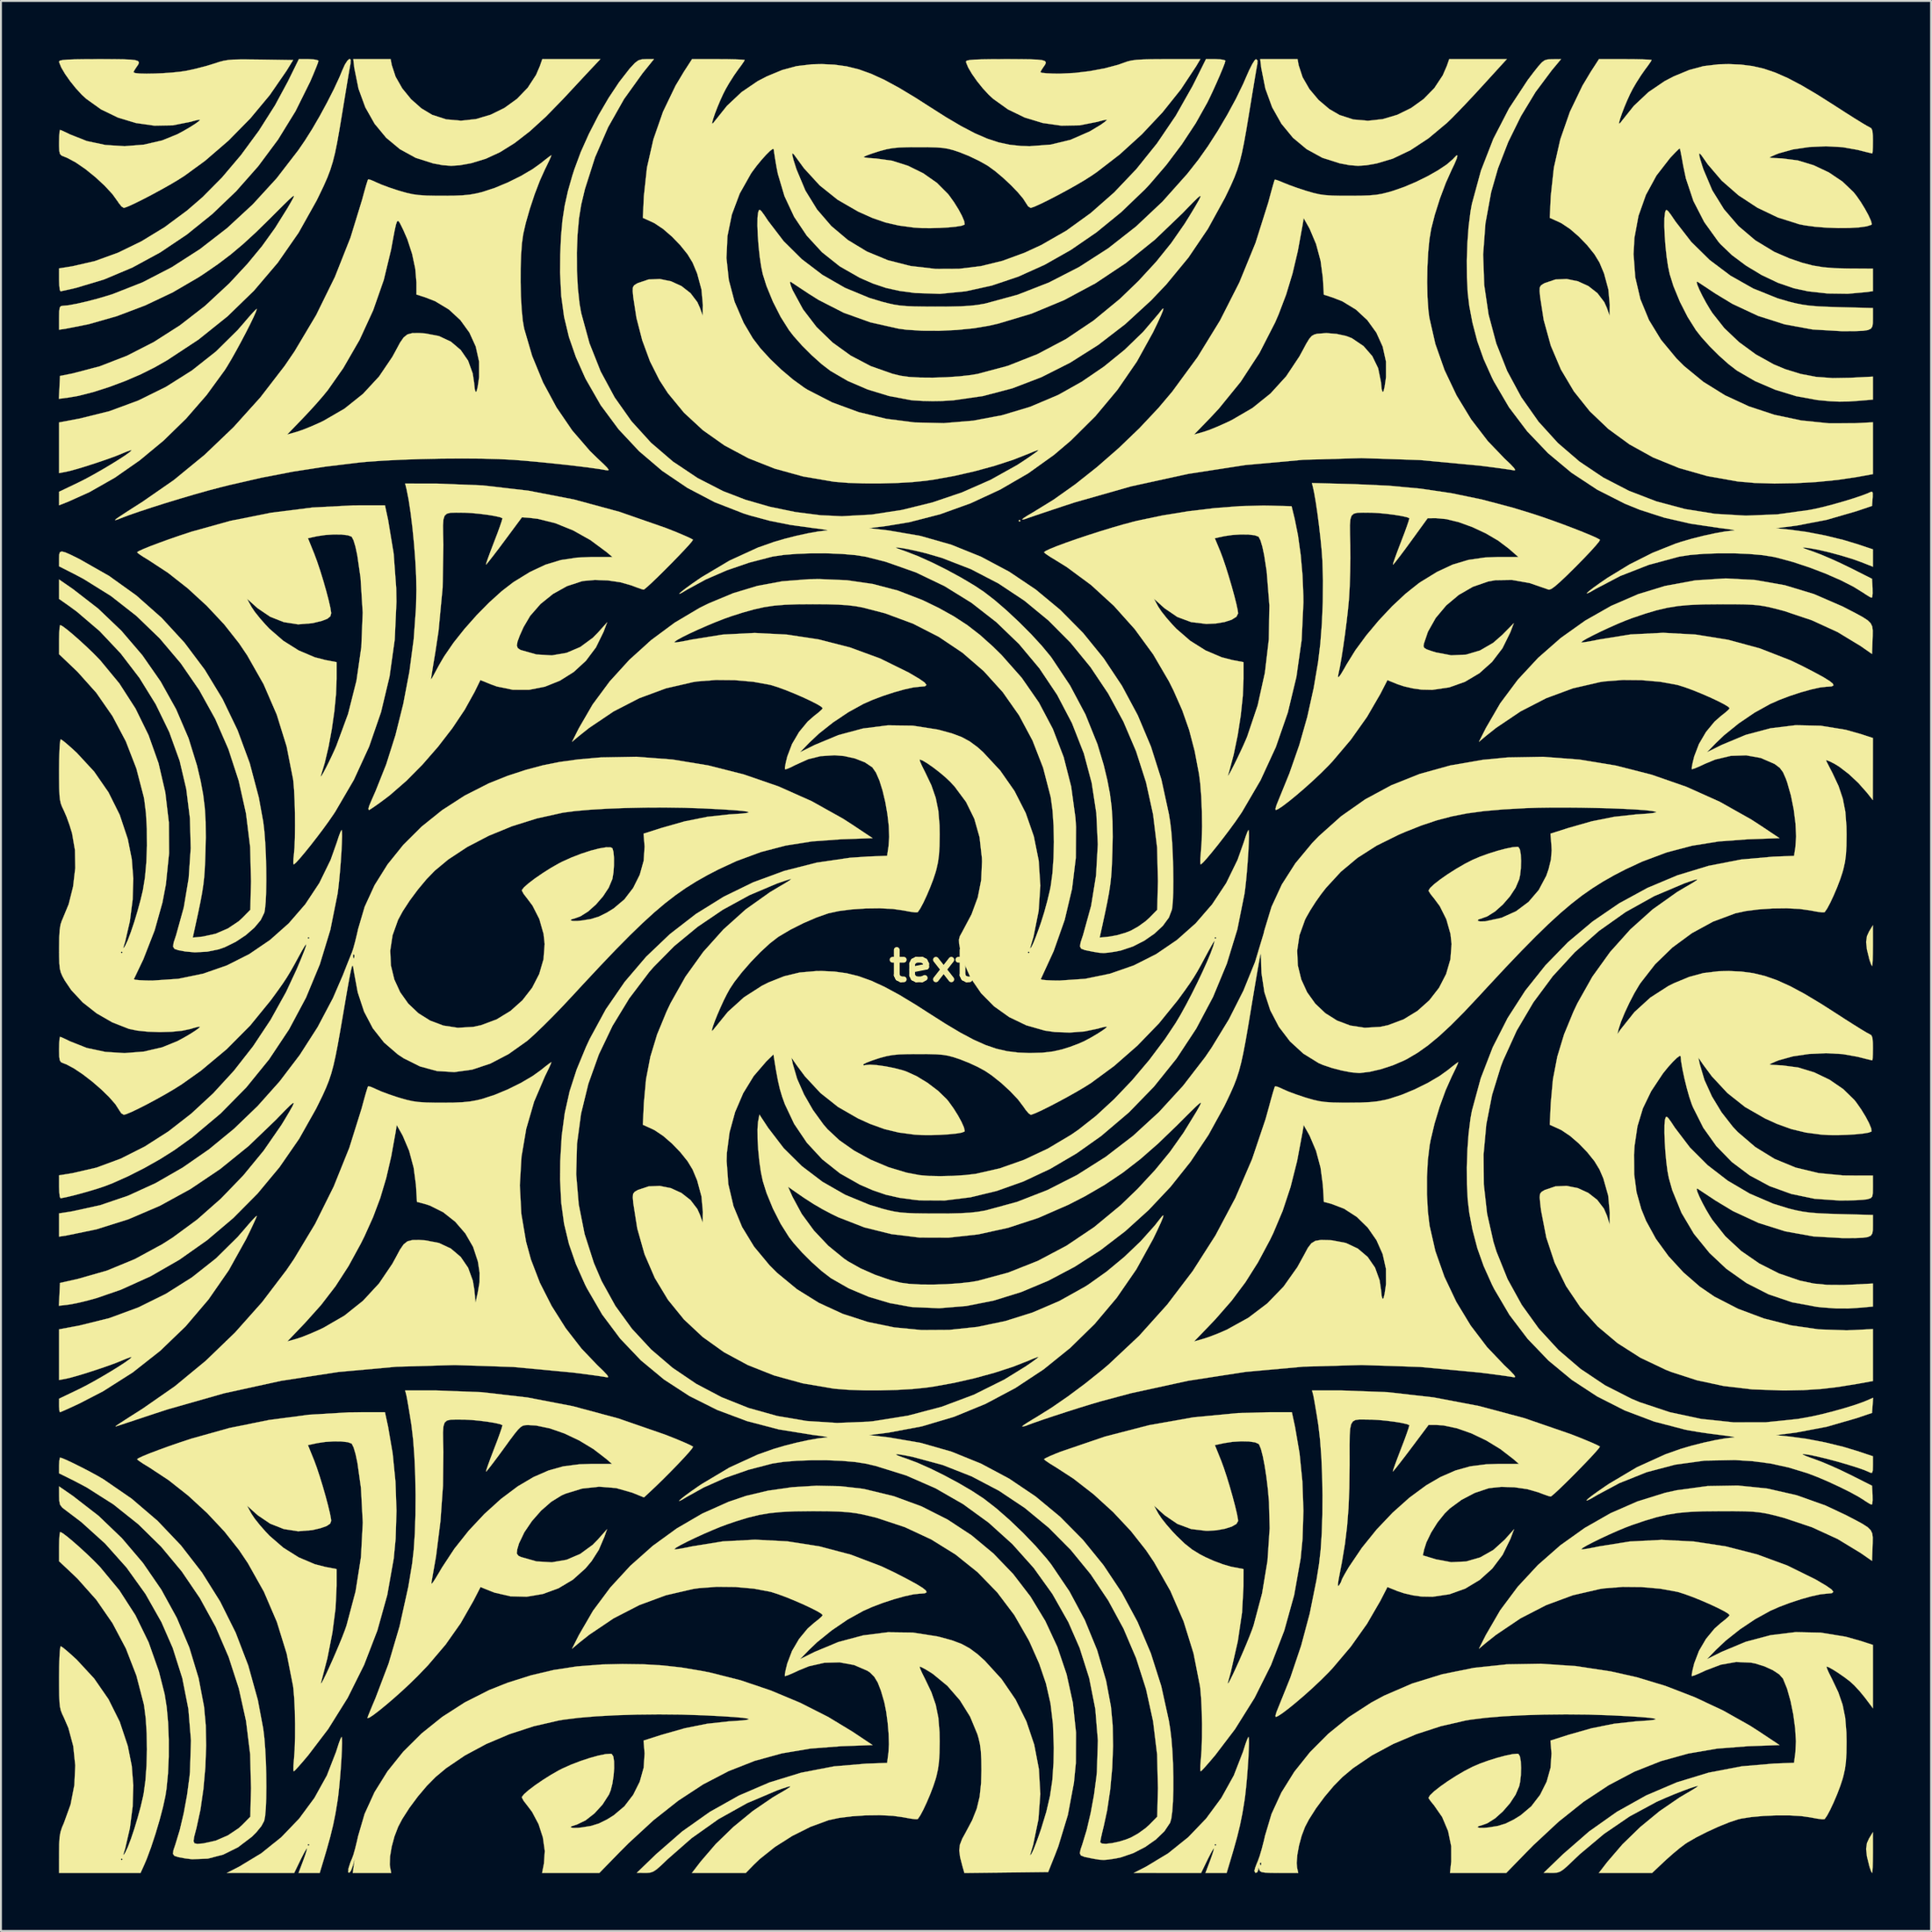
<source format=kicad_pcb>
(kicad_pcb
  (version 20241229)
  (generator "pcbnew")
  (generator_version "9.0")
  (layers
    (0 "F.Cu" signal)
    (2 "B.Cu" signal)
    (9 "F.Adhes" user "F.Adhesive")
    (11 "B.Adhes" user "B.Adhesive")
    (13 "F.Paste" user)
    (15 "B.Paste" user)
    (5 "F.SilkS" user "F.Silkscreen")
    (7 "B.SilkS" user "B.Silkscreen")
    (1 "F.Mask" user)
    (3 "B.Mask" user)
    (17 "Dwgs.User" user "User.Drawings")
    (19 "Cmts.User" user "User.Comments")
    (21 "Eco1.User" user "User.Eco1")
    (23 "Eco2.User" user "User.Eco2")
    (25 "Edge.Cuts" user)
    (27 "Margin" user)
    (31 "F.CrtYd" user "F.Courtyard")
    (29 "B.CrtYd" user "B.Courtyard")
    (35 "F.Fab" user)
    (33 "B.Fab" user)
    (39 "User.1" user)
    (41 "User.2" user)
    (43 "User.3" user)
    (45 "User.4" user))
  (footprint "texture"
    (layer "F.Cu")
    (at 47.052 47.054)
    (property "Reference" "texture" (at 0 0 0) (layer "F.SilkS") (effects (font (size 1.524 1.524) (thickness 0.3))))
    (attr through_hole)
    (fp_poly (pts (xy 2.822 -23.095) (xy 2.775 -23.048) (xy 2.728 -23.095) (xy 2.775 -23.142) (xy 2.822 -23.095)) (stroke (width 0.01) (type solid)) (fill yes) (layer "F.SilkS"))
    (fp_poly (pts (xy 47.037 -1.058) (xy 47.033 -0.637) (xy 47.024 -0.296) (xy 47.01 -0.071) (xy 46.994 0) (xy 46.944 -0.081) (xy 46.872 -0.282) (xy 46.851 -0.353) (xy 46.726 -0.861) (xy 46.685 -1.245) (xy 46.727 -1.547) (xy 46.838 -1.792) (xy 47.036 -2.117) (xy 47.037 -1.058)) (stroke (width 0.01) (type solid)) (fill yes) (layer "F.SilkS"))
    (fp_poly (pts (xy 47.037 45.979) (xy 47.033 46.4) (xy 47.024 46.741) (xy 47.01 46.966) (xy 46.994 47.037) (xy 46.944 46.956) (xy 46.872 46.755) (xy 46.851 46.684) (xy 46.726 46.176) (xy 46.685 45.792) (xy 46.727 45.49) (xy 46.838 45.245) (xy 47.036 44.92) (xy 47.037 45.979)) (stroke (width 0.01) (type solid)) (fill yes) (layer "F.SilkS"))
    (fp_poly (pts (xy -33.812 -47.022) (xy -33.628 -46.982) (xy -33.584 -46.945) (xy -33.62 -46.826) (xy -33.718 -46.574) (xy -33.861 -46.227) (xy -34.014 -45.871) (xy -34.775 -44.337) (xy -35.679 -42.869) (xy -36.71 -41.482) (xy -37.852 -40.189) (xy -39.091 -39.004) (xy -40.411 -37.94) (xy -41.797 -37.01) (xy -43.234 -36.229) (xy -44.706 -35.609) (xy -46.143 -35.178) (xy -46.5 -35.094) (xy -46.784 -35.031) (xy -46.948 -34.998) (xy -46.966 -34.996) (xy -47.003 -35.082) (xy -47.028 -35.305) (xy -47.037 -35.59) (xy -47.037 -36.185) (xy -46.355 -36.293) (xy -45.186 -36.562) (xy -43.983 -36.997) (xy -42.77 -37.587) (xy -41.569 -38.319) (xy -40.405 -39.181) (xy -39.595 -39.881) (xy -38.585 -40.901) (xy -37.6 -42.065) (xy -36.673 -43.327) (xy -35.837 -44.645) (xy -35.171 -45.878) (xy -34.601 -47.037) (xy -34.093 -47.037) (xy -33.812 -47.022)) (stroke (width 0.01) (type solid)) (fill yes) (layer "F.SilkS"))
    (fp_poly (pts (xy 17.254 -46.718) (xy 17.457 -46.096) (xy 17.811 -45.483) (xy 18.285 -44.92) (xy 18.846 -44.445) (xy 19.377 -44.137) (xy 20.091 -43.907) (xy 20.846 -43.841) (xy 21.614 -43.926) (xy 22.369 -44.15) (xy 23.084 -44.501) (xy 23.733 -44.967) (xy 24.289 -45.535) (xy 24.725 -46.194) (xy 24.938 -46.684) (xy 25.061 -47.037) (xy 28.048 -47.037) (xy 26.761 -45.626) (xy 26.33 -45.158) (xy 25.902 -44.702) (xy 25.508 -44.292) (xy 25.179 -43.957) (xy 24.945 -43.731) (xy 24.943 -43.729) (xy 23.986 -42.93) (xy 23.051 -42.314) (xy 22.134 -41.876) (xy 21.305 -41.629) (xy 20.775 -41.534) (xy 20.331 -41.504) (xy 19.886 -41.539) (xy 19.385 -41.633) (xy 18.48 -41.921) (xy 17.668 -42.366) (xy 16.958 -42.958) (xy 16.359 -43.686) (xy 15.879 -44.538) (xy 15.527 -45.504) (xy 15.314 -46.573) (xy 15.306 -46.637) (xy 15.258 -47.037) (xy 17.195 -47.037) (xy 17.254 -46.718)) (stroke (width 0.01) (type solid)) (fill yes) (layer "F.SilkS"))
    (fp_poly (pts (xy -29.784 -46.731) (xy -29.585 -46.125) (xy -29.239 -45.518) (xy -28.78 -44.956) (xy -28.244 -44.482) (xy -27.685 -44.147) (xy -26.958 -43.913) (xy -26.194 -43.844) (xy -25.419 -43.928) (xy -24.658 -44.153) (xy -23.94 -44.506) (xy -23.289 -44.976) (xy -22.734 -45.55) (xy -22.3 -46.217) (xy -22.099 -46.684) (xy -21.976 -47.037) (xy -18.964 -47.037) (xy -19.341 -46.637) (xy -19.531 -46.435) (xy -19.818 -46.128) (xy -20.174 -45.746) (xy -20.569 -45.321) (xy -20.884 -44.983) (xy -21.783 -44.06) (xy -22.619 -43.298) (xy -23.407 -42.687) (xy -24.164 -42.214) (xy -24.903 -41.872) (xy -25.64 -41.647) (xy -25.729 -41.628) (xy -26.262 -41.533) (xy -26.706 -41.504) (xy -27.149 -41.539) (xy -27.639 -41.63) (xy -28.545 -41.919) (xy -29.359 -42.365) (xy -30.072 -42.958) (xy -30.673 -43.685) (xy -31.155 -44.537) (xy -31.508 -45.501) (xy -31.723 -46.567) (xy -31.731 -46.637) (xy -31.779 -47.037) (xy -29.842 -47.037) (xy -29.784 -46.731)) (stroke (width 0.01) (type solid)) (fill yes) (layer "F.SilkS"))
    (fp_poly (pts (xy -32.365 40.069) (xy -32.361 40.31) (xy -32.372 40.67) (xy -32.394 41.115) (xy -32.427 41.61) (xy -32.468 42.122) (xy -32.514 42.617) (xy -32.563 43.059) (xy -32.598 43.311) (xy -32.703 43.952) (xy -32.825 44.552) (xy -32.977 45.174) (xy -33.175 45.883) (xy -33.273 46.214) (xy -33.52 47.037) (xy -34.618 47.037) (xy -34.382 46.411) (xy -34.27 46.1) (xy -34.197 45.866) (xy -34.176 45.756) (xy -34.177 45.754) (xy -34.229 45.817) (xy -34.34 46.012) (xy -34.487 46.3) (xy -34.526 46.38) (xy -34.844 47.037) (xy -36.589 47.037) (xy -38.335 47.036) (xy -37.691 46.706) (xy -36.551 46.017) (xy -36.005 45.579) (xy -34.149 45.579) (xy -34.102 45.626) (xy -34.055 45.579) (xy -34.102 45.532) (xy -34.149 45.579) (xy -36.005 45.579) (xy -35.51 45.181) (xy -34.585 44.217) (xy -33.793 43.144) (xy -33.148 41.981) (xy -32.668 40.747) (xy -32.642 40.664) (xy -32.538 40.338) (xy -32.449 40.097) (xy -32.391 39.985) (xy -32.385 39.981) (xy -32.365 40.069)) (stroke (width 0.01) (type solid)) (fill yes) (layer "F.SilkS"))
    (fp_poly (pts (xy 14.672 40.069) (xy 14.676 40.31) (xy 14.665 40.67) (xy 14.643 41.115) (xy 14.61 41.61) (xy 14.57 42.122) (xy 14.523 42.617) (xy 14.474 43.059) (xy 14.439 43.311) (xy 14.334 43.952) (xy 14.212 44.552) (xy 14.06 45.174) (xy 13.862 45.883) (xy 13.764 46.214) (xy 13.517 47.037) (xy 12.419 47.037) (xy 12.655 46.411) (xy 12.767 46.1) (xy 12.84 45.866) (xy 12.861 45.756) (xy 12.86 45.754) (xy 12.808 45.817) (xy 12.697 46.012) (xy 12.55 46.3) (xy 12.511 46.38) (xy 12.193 47.037) (xy 10.448 47.037) (xy 8.702 47.036) (xy 9.346 46.706) (xy 10.486 46.017) (xy 11.032 45.579) (xy 12.888 45.579) (xy 12.935 45.626) (xy 12.982 45.579) (xy 12.935 45.532) (xy 12.888 45.579) (xy 11.032 45.579) (xy 11.527 45.181) (xy 12.452 44.217) (xy 13.244 43.144) (xy 13.889 41.981) (xy 14.369 40.747) (xy 14.395 40.664) (xy 14.499 40.338) (xy 14.588 40.097) (xy 14.646 39.985) (xy 14.652 39.981) (xy 14.672 40.069)) (stroke (width 0.01) (type solid)) (fill yes) (layer "F.SilkS"))
    (fp_poly (pts (xy -36.828 -33.936) (xy -36.949 -33.66) (xy -37.129 -33.287) (xy -37.352 -32.848) (xy -37.6 -32.377) (xy -37.856 -31.906) (xy -38.104 -31.467) (xy -38.325 -31.095) (xy -38.447 -30.903) (xy -39.389 -29.612) (xy -40.455 -28.388) (xy -41.62 -27.252) (xy -42.86 -26.225) (xy -44.149 -25.327) (xy -45.465 -24.579) (xy -46.565 -24.084) (xy -47.037 -23.898) (xy -47.037 -24.249) (xy -47.036 -24.6) (xy -46.025 -25.084) (xy -45.661 -25.268) (xy -45.241 -25.496) (xy -44.797 -25.75) (xy -44.359 -26.01) (xy -43.958 -26.258) (xy -43.623 -26.476) (xy -43.386 -26.645) (xy -43.278 -26.746) (xy -43.274 -26.757) (xy -43.352 -26.746) (xy -43.552 -26.673) (xy -43.768 -26.583) (xy -44.105 -26.447) (xy -44.555 -26.283) (xy -45.066 -26.109) (xy -45.59 -25.939) (xy -46.075 -25.791) (xy -46.473 -25.681) (xy -46.684 -25.633) (xy -47.037 -25.567) (xy -47.037 -28.195) (xy -45.964 -28.397) (xy -44.429 -28.778) (xy -42.932 -29.33) (xy -41.496 -30.039) (xy -40.143 -30.893) (xy -38.897 -31.878) (xy -37.78 -32.981) (xy -37.477 -33.329) (xy -37.205 -33.647) (xy -36.983 -33.895) (xy -36.835 -34.048) (xy -36.783 -34.082) (xy -36.828 -33.936)) (stroke (width 0.01) (type solid)) (fill yes) (layer "F.SilkS"))
    (fp_poly (pts (xy -36.823 13.068) (xy -36.931 13.312) (xy -37.092 13.656) (xy -37.292 14.068) (xy -37.338 14.162) (xy -38.24 15.783) (xy -39.289 17.294) (xy -40.475 18.687) (xy -41.788 19.951) (xy -43.218 21.077) (xy -44.756 22.054) (xy -45.983 22.688) (xy -46.371 22.869) (xy -46.693 23.015) (xy -46.913 23.111) (xy -46.994 23.142) (xy -47.022 23.059) (xy -47.036 22.853) (xy -47.037 22.789) (xy -47.036 22.437) (xy -46.025 21.953) (xy -45.661 21.769) (xy -45.241 21.541) (xy -44.797 21.287) (xy -44.359 21.027) (xy -43.958 20.779) (xy -43.623 20.561) (xy -43.386 20.392) (xy -43.278 20.291) (xy -43.274 20.28) (xy -43.352 20.291) (xy -43.552 20.364) (xy -43.768 20.454) (xy -44.105 20.59) (xy -44.555 20.754) (xy -45.066 20.928) (xy -45.59 21.098) (xy -46.075 21.246) (xy -46.473 21.356) (xy -46.684 21.404) (xy -47.037 21.47) (xy -47.037 18.842) (xy -45.964 18.64) (xy -44.429 18.259) (xy -42.932 17.707) (xy -41.496 16.998) (xy -40.143 16.144) (xy -38.897 15.159) (xy -37.78 14.056) (xy -37.477 13.708) (xy -37.205 13.391) (xy -36.983 13.143) (xy -36.835 12.992) (xy -36.783 12.96) (xy -36.823 13.068)) (stroke (width 0.01) (type solid)) (fill yes) (layer "F.SilkS"))
    (fp_poly (pts (xy 36.425 7.887) (xy 36.567 8.083) (xy 36.769 8.389) (xy 37.545 9.409) (xy 38.466 10.33) (xy 39.51 11.134) (xy 40.653 11.806) (xy 41.873 12.329) (xy 42.663 12.573) (xy 43.046 12.668) (xy 43.402 12.737) (xy 43.775 12.788) (xy 44.21 12.823) (xy 44.751 12.848) (xy 45.32 12.865) (xy 47.037 12.909) (xy 47.037 13.452) (xy 47.034 13.693) (xy 47.006 13.867) (xy 46.927 13.984) (xy 46.77 14.055) (xy 46.509 14.093) (xy 46.117 14.107) (xy 45.567 14.11) (xy 45.478 14.11) (xy 43.954 14.023) (xy 42.495 13.761) (xy 41.102 13.322) (xy 39.775 12.707) (xy 38.873 12.163) (xy 38.52 11.929) (xy 38.218 11.729) (xy 38.007 11.59) (xy 37.934 11.542) (xy 37.894 11.563) (xy 37.933 11.714) (xy 38.037 11.963) (xy 38.191 12.277) (xy 38.378 12.625) (xy 38.585 12.974) (xy 38.704 13.159) (xy 39.382 14.015) (xy 40.203 14.777) (xy 41.14 15.425) (xy 42.164 15.944) (xy 43.246 16.314) (xy 43.964 16.467) (xy 44.659 16.534) (xy 45.508 16.54) (xy 45.869 16.526) (xy 47.037 16.467) (xy 47.037 17.659) (xy 46.402 17.719) (xy 45.749 17.761) (xy 45.114 17.758) (xy 44.413 17.706) (xy 44.121 17.675) (xy 42.836 17.436) (xy 41.619 17.023) (xy 40.481 16.443) (xy 39.433 15.701) (xy 38.563 14.884) (xy 37.752 13.886) (xy 37.108 12.799) (xy 36.631 11.627) (xy 36.452 10.995) (xy 36.385 10.642) (xy 36.326 10.186) (xy 36.277 9.671) (xy 36.242 9.146) (xy 36.224 8.658) (xy 36.226 8.254) (xy 36.25 7.982) (xy 36.256 7.955) (xy 36.292 7.842) (xy 36.341 7.813) (xy 36.425 7.887)) (stroke (width 0.01) (type solid)) (fill yes) (layer "F.SilkS"))
    (fp_poly (pts (xy 36.426 -39.142) (xy 36.57 -38.949) (xy 36.795 -38.618) (xy 36.797 -38.614) (xy 37.617 -37.556) (xy 38.573 -36.616) (xy 39.649 -35.807) (xy 40.826 -35.142) (xy 42.085 -34.635) (xy 42.663 -34.464) (xy 43.046 -34.369) (xy 43.402 -34.3) (xy 43.775 -34.249) (xy 44.21 -34.214) (xy 44.751 -34.189) (xy 45.32 -34.172) (xy 47.037 -34.128) (xy 47.037 -33.585) (xy 47.034 -33.347) (xy 47.008 -33.175) (xy 46.932 -33.058) (xy 46.78 -32.986) (xy 46.527 -32.947) (xy 46.145 -32.931) (xy 45.61 -32.927) (xy 45.419 -32.927) (xy 43.91 -33.015) (xy 42.461 -33.281) (xy 41.073 -33.724) (xy 39.747 -34.345) (xy 38.876 -34.872) (xy 38.522 -35.107) (xy 38.22 -35.307) (xy 38.008 -35.446) (xy 37.934 -35.495) (xy 37.893 -35.474) (xy 37.933 -35.323) (xy 38.037 -35.075) (xy 38.191 -34.76) (xy 38.38 -34.41) (xy 38.588 -34.059) (xy 38.711 -33.868) (xy 39.328 -33.087) (xy 40.091 -32.362) (xy 40.96 -31.725) (xy 41.892 -31.206) (xy 42.486 -30.958) (xy 43.288 -30.71) (xy 44.088 -30.558) (xy 44.946 -30.495) (xy 45.869 -30.511) (xy 47.037 -30.57) (xy 47.037 -29.379) (xy 46.317 -29.318) (xy 45.774 -29.28) (xy 45.304 -29.272) (xy 44.826 -29.293) (xy 44.261 -29.346) (xy 44.121 -29.362) (xy 43.051 -29.558) (xy 41.965 -29.891) (xy 40.925 -30.338) (xy 39.997 -30.876) (xy 39.981 -30.886) (xy 39.546 -31.221) (xy 39.057 -31.658) (xy 38.567 -32.146) (xy 38.131 -32.632) (xy 37.858 -32.98) (xy 37.427 -33.665) (xy 37.025 -34.454) (xy 36.691 -35.266) (xy 36.496 -35.889) (xy 36.412 -36.29) (xy 36.339 -36.787) (xy 36.28 -37.333) (xy 36.239 -37.883) (xy 36.218 -38.388) (xy 36.223 -38.802) (xy 36.255 -39.078) (xy 36.255 -39.079) (xy 36.291 -39.188) (xy 36.34 -39.215) (xy 36.426 -39.142)) (stroke (width 0.01) (type solid)) (fill yes) (layer "F.SilkS"))
    (fp_poly (pts (xy -31.915 -47.009) (xy -31.921 -46.822) (xy -31.929 -46.778) (xy -31.959 -46.616) (xy -32.014 -46.297) (xy -32.089 -45.849) (xy -32.18 -45.3) (xy -32.282 -44.68) (xy -32.366 -44.168) (xy -32.5 -43.362) (xy -32.617 -42.707) (xy -32.727 -42.168) (xy -32.842 -41.71) (xy -32.971 -41.296) (xy -33.124 -40.893) (xy -33.313 -40.464) (xy -33.548 -39.974) (xy -33.687 -39.691) (xy -34.616 -38.033) (xy -35.699 -36.475) (xy -36.931 -35.027) (xy -38.302 -33.697) (xy -39.805 -32.493) (xy -41.431 -31.422) (xy -42.058 -31.064) (xy -42.791 -30.696) (xy -43.604 -30.346) (xy -44.448 -30.03) (xy -45.272 -29.768) (xy -46.028 -29.575) (xy -46.548 -29.484) (xy -47.047 -29.42) (xy -47.018 -30.013) (xy -46.99 -30.606) (xy -46.331 -30.737) (xy -44.925 -31.107) (xy -43.517 -31.653) (xy -42.125 -32.365) (xy -40.768 -33.232) (xy -39.465 -34.242) (xy -38.233 -35.386) (xy -38.143 -35.479) (xy -37.267 -36.423) (xy -36.513 -37.336) (xy -35.837 -38.277) (xy -35.195 -39.304) (xy -35.003 -39.635) (xy -34.906 -39.811) (xy -34.855 -39.92) (xy -34.865 -39.952) (xy -34.947 -39.898) (xy -35.115 -39.746) (xy -35.38 -39.489) (xy -35.757 -39.114) (xy -36.09 -38.78) (xy -36.829 -38.056) (xy -37.495 -37.445) (xy -38.132 -36.909) (xy -38.784 -36.415) (xy -39.493 -35.925) (xy -39.812 -35.717) (xy -41.147 -34.939) (xy -42.573 -34.263) (xy -44.043 -33.707) (xy -45.511 -33.288) (xy -46.637 -33.065) (xy -47.037 -33.003) (xy -47.037 -33.623) (xy -47.032 -33.956) (xy -47.006 -34.143) (xy -46.949 -34.225) (xy -46.846 -34.243) (xy -46.845 -34.243) (xy -46.555 -34.271) (xy -46.132 -34.348) (xy -45.621 -34.464) (xy -45.066 -34.608) (xy -44.513 -34.77) (xy -44.252 -34.854) (xy -42.711 -35.46) (xy -41.197 -36.242) (xy -39.729 -37.185) (xy -38.321 -38.276) (xy -36.992 -39.504) (xy -35.756 -40.854) (xy -34.63 -42.314) (xy -34.285 -42.818) (xy -33.91 -43.412) (xy -33.517 -44.088) (xy -33.133 -44.796) (xy -32.783 -45.484) (xy -32.496 -46.102) (xy -32.353 -46.449) (xy -32.215 -46.754) (xy -32.082 -46.959) (xy -31.976 -47.049) (xy -31.915 -47.009)) (stroke (width 0.01) (type solid)) (fill yes) (layer "F.SilkS"))
    (fp_poly (pts (xy -46.856 29.413) (xy -46.629 29.582) (xy -46.328 29.832) (xy -45.98 30.138) (xy -45.614 30.474) (xy -45.26 30.814) (xy -44.946 31.134) (xy -44.904 31.179) (xy -43.913 32.375) (xy -43.078 33.671) (xy -42.395 35.072) (xy -41.861 36.585) (xy -41.563 37.765) (xy -41.456 38.435) (xy -41.384 39.236) (xy -41.349 40.113) (xy -41.35 41.013) (xy -41.389 41.881) (xy -41.465 42.664) (xy -41.523 43.039) (xy -41.649 43.62) (xy -41.827 44.299) (xy -42.04 45.014) (xy -42.267 45.703) (xy -42.49 46.305) (xy -42.611 46.59) (xy -42.813 47.037) (xy -47.037 47.037) (xy -47.037 46.331) (xy -43.839 46.331) (xy -43.791 46.379) (xy -43.744 46.331) (xy -43.791 46.284) (xy -43.839 46.331) (xy -47.037 46.331) (xy -47.037 46.014) (xy -47.032 45.534) (xy -47.011 45.187) (xy -46.965 44.918) (xy -46.885 44.671) (xy -46.789 44.449) (xy -46.442 43.49) (xy -46.245 42.483) (xy -46.198 41.462) (xy -46.301 40.462) (xy -46.554 39.519) (xy -46.796 38.959) (xy -46.884 38.775) (xy -46.948 38.605) (xy -46.991 38.413) (xy -47.017 38.164) (xy -47.031 37.824) (xy -47.036 37.358) (xy -47.037 36.88) (xy -47.032 36.334) (xy -47.019 35.874) (xy -46.998 35.528) (xy -46.972 35.323) (xy -46.951 35.278) (xy -46.851 35.339) (xy -46.648 35.504) (xy -46.372 35.746) (xy -46.118 35.98) (xy -45.218 36.953) (xy -44.475 38.027) (xy -43.893 39.195) (xy -43.476 40.447) (xy -43.269 41.481) (xy -43.189 42.498) (xy -43.223 43.596) (xy -43.366 44.71) (xy -43.612 45.777) (xy -43.695 46.049) (xy -43.699 46.109) (xy -43.629 46.018) (xy -43.607 45.981) (xy -43.47 45.69) (xy -43.307 45.262) (xy -43.133 44.742) (xy -42.962 44.176) (xy -42.808 43.612) (xy -42.687 43.094) (xy -42.648 42.898) (xy -42.558 42.236) (xy -42.502 41.462) (xy -42.48 40.633) (xy -42.494 39.806) (xy -42.541 39.038) (xy -42.624 38.386) (xy -42.645 38.271) (xy -43.027 36.801) (xy -43.571 35.398) (xy -44.268 34.081) (xy -45.106 32.869) (xy -46.077 31.779) (xy -46.281 31.582) (xy -47.037 30.871) (xy -47.037 30.111) (xy -47.03 29.76) (xy -47.012 29.494) (xy -46.986 29.36) (xy -46.977 29.351) (xy -46.856 29.413)) (stroke (width 0.01) (type solid)) (fill yes) (layer "F.SilkS"))
    (fp_poly (pts (xy -46.723 -21.458) (xy -46.433 -21.331) (xy -46.005 -21.119) (xy -45.977 -21.105) (xy -44.448 -20.236) (xy -43.027 -19.217) (xy -41.72 -18.06) (xy -40.536 -16.773) (xy -39.48 -15.366) (xy -38.56 -13.85) (xy -37.782 -12.234) (xy -37.152 -10.528) (xy -36.679 -8.741) (xy -36.449 -7.479) (xy -36.392 -6.994) (xy -36.347 -6.409) (xy -36.315 -5.763) (xy -36.296 -5.093) (xy -36.291 -4.436) (xy -36.301 -3.831) (xy -36.324 -3.315) (xy -36.363 -2.926) (xy -36.395 -2.765) (xy -36.58 -2.385) (xy -36.912 -1.988) (xy -37.355 -1.602) (xy -37.875 -1.257) (xy -38.437 -0.981) (xy -38.759 -0.866) (xy -39.354 -0.745) (xy -39.998 -0.711) (xy -40.485 -0.755) (xy -40.845 -0.82) (xy -41.051 -0.89) (xy -41.126 -1.007) (xy -41.096 -1.215) (xy -40.984 -1.555) (xy -40.969 -1.599) (xy -40.57 -3.039) (xy -40.316 -4.556) (xy -40.21 -6.111) (xy -40.251 -7.667) (xy -40.441 -9.185) (xy -40.781 -10.629) (xy -40.787 -10.65) (xy -41.324 -12.137) (xy -42.023 -13.575) (xy -42.868 -14.941) (xy -43.842 -16.213) (xy -44.929 -17.366) (xy -46.111 -18.376) (xy -46.488 -18.653) (xy -47.037 -19.04) (xy -47.037 -20.049) (xy -46.321 -19.554) (xy -45.011 -18.54) (xy -43.807 -17.39) (xy -42.722 -16.123) (xy -41.771 -14.758) (xy -40.967 -13.316) (xy -40.323 -11.815) (xy -39.883 -10.393) (xy -39.698 -9.604) (xy -39.565 -8.893) (xy -39.48 -8.203) (xy -39.437 -7.478) (xy -39.43 -6.663) (xy -39.445 -5.974) (xy -39.463 -5.439) (xy -39.484 -4.99) (xy -39.514 -4.591) (xy -39.558 -4.206) (xy -39.62 -3.799) (xy -39.707 -3.332) (xy -39.823 -2.769) (xy -39.974 -2.073) (xy -40.045 -1.749) (xy -40.105 -1.476) (xy -39.577 -1.53) (xy -38.922 -1.674) (xy -38.277 -1.952) (xy -37.713 -2.33) (xy -37.528 -2.501) (xy -37.119 -2.917) (xy -37.083 -4.398) (xy -37.127 -6.171) (xy -37.342 -7.913) (xy -37.721 -9.61) (xy -38.256 -11.25) (xy -38.941 -12.821) (xy -39.767 -14.31) (xy -40.728 -15.704) (xy -41.817 -16.991) (xy -43.026 -18.158) (xy -44.347 -19.192) (xy -45.775 -20.081) (xy -46.224 -20.319) (xy -47.037 -20.731) (xy -47.037 -21.143) (xy -47.031 -21.344) (xy -46.995 -21.463) (xy -46.901 -21.502) (xy -46.723 -21.458)) (stroke (width 0.01) (type solid)) (fill yes) (layer "F.SilkS"))
    (fp_poly (pts (xy -44.262 -47.036) (xy -43.726 -47.029) (xy -43.34 -47.013) (xy -43.085 -46.984) (xy -42.944 -46.936) (xy -42.896 -46.867) (xy -42.924 -46.772) (xy -43.008 -46.646) (xy -43.036 -46.608) (xy -43.144 -46.44) (xy -43.177 -46.355) (xy -43.092 -46.315) (xy -42.857 -46.291) (xy -42.509 -46.283) (xy -42.088 -46.29) (xy -41.629 -46.309) (xy -41.172 -46.342) (xy -40.752 -46.385) (xy -40.439 -46.432) (xy -39.958 -46.537) (xy -39.44 -46.671) (xy -38.996 -46.806) (xy -38.98 -46.811) (xy -38.728 -46.893) (xy -38.501 -46.953) (xy -38.264 -46.992) (xy -37.979 -47.015) (xy -37.609 -47.024) (xy -37.118 -47.022) (xy -36.603 -47.016) (xy -34.898 -46.99) (xy -35.246 -46.426) (xy -36.108 -45.177) (xy -37.122 -43.96) (xy -38.254 -42.809) (xy -39.468 -41.763) (xy -40.546 -40.977) (xy -40.882 -40.764) (xy -41.298 -40.518) (xy -41.762 -40.258) (xy -42.24 -39.999) (xy -42.699 -39.76) (xy -43.108 -39.557) (xy -43.432 -39.408) (xy -43.641 -39.33) (xy -43.684 -39.323) (xy -43.802 -39.397) (xy -43.947 -39.58) (xy -43.977 -39.629) (xy -44.267 -40.031) (xy -44.675 -40.473) (xy -45.158 -40.919) (xy -45.672 -41.334) (xy -46.176 -41.68) (xy -46.626 -41.921) (xy -46.747 -41.969) (xy -46.9 -42.03) (xy -46.986 -42.112) (xy -47.026 -42.264) (xy -47.037 -42.533) (xy -47.037 -42.719) (xy -47.03 -43.041) (xy -47.013 -43.273) (xy -46.988 -43.368) (xy -46.987 -43.368) (xy -46.882 -43.329) (xy -46.665 -43.228) (xy -46.478 -43.136) (xy -45.6 -42.789) (xy -44.64 -42.585) (xy -43.641 -42.522) (xy -42.643 -42.601) (xy -41.69 -42.822) (xy -40.912 -43.138) (xy -40.575 -43.318) (xy -40.25 -43.508) (xy -39.974 -43.683) (xy -39.787 -43.819) (xy -39.724 -43.893) (xy -39.725 -43.896) (xy -39.824 -43.888) (xy -40.044 -43.836) (xy -40.215 -43.787) (xy -41.134 -43.605) (xy -42.092 -43.587) (xy -43.056 -43.724) (xy -43.99 -44.008) (xy -44.86 -44.429) (xy -45.63 -44.98) (xy -45.855 -45.187) (xy -46.165 -45.522) (xy -46.465 -45.896) (xy -46.727 -46.269) (xy -46.923 -46.602) (xy -47.027 -46.854) (xy -47.036 -46.919) (xy -46.993 -46.96) (xy -46.852 -46.99) (xy -46.595 -47.012) (xy -46.203 -47.027) (xy -45.659 -47.035) (xy -44.967 -47.037) (xy -44.262 -47.036)) (stroke (width 0.01) (type solid)) (fill yes) (layer "F.SilkS"))
    (fp_poly (pts (xy -46.847 25.536) (xy -46.587 25.65) (xy -46.24 25.815) (xy -45.844 26.013) (xy -45.438 26.224) (xy -45.061 26.429) (xy -44.752 26.609) (xy -44.732 26.621) (xy -43.272 27.626) (xy -41.931 28.773) (xy -40.715 30.051) (xy -39.63 31.451) (xy -38.683 32.961) (xy -37.88 34.573) (xy -37.227 36.277) (xy -36.731 38.062) (xy -36.449 39.558) (xy -36.392 40.039) (xy -36.347 40.616) (xy -36.314 41.254) (xy -36.295 41.916) (xy -36.289 42.568) (xy -36.296 43.173) (xy -36.318 43.695) (xy -36.354 44.099) (xy -36.401 44.338) (xy -36.547 44.609) (xy -36.811 44.932) (xy -37.037 45.157) (xy -37.756 45.703) (xy -38.525 46.085) (xy -39.325 46.294) (xy -40.137 46.325) (xy -40.485 46.283) (xy -40.849 46.216) (xy -41.056 46.149) (xy -41.133 46.042) (xy -41.107 45.859) (xy -41.006 45.56) (xy -41.006 45.56) (xy -40.777 44.804) (xy -40.57 43.925) (xy -40.398 42.984) (xy -40.273 42.046) (xy -40.249 41.801) (xy -40.197 40.164) (xy -40.33 38.537) (xy -40.646 36.934) (xy -41.143 35.368) (xy -41.728 34.03) (xy -42.557 32.566) (xy -43.537 31.201) (xy -44.653 29.95) (xy -45.89 28.833) (xy -46.642 28.264) (xy -46.871 28.089) (xy -46.987 27.936) (xy -47.029 27.73) (xy -47.035 27.488) (xy -47.037 26.988) (xy -46.321 27.483) (xy -44.991 28.513) (xy -43.777 29.677) (xy -42.688 30.958) (xy -41.737 32.341) (xy -40.932 33.808) (xy -40.284 35.343) (xy -39.803 36.929) (xy -39.519 38.413) (xy -39.432 39.362) (xy -39.411 40.428) (xy -39.452 41.552) (xy -39.552 42.677) (xy -39.705 43.744) (xy -39.91 44.694) (xy -39.932 44.779) (xy -40.031 45.157) (xy -40.065 45.386) (xy -40.017 45.499) (xy -39.869 45.529) (xy -39.606 45.51) (xy -39.563 45.505) (xy -38.919 45.363) (xy -38.28 45.087) (xy -37.72 44.712) (xy -37.528 44.536) (xy -37.119 44.12) (xy -37.083 42.639) (xy -37.127 40.883) (xy -37.34 39.156) (xy -37.714 37.469) (xy -38.243 35.837) (xy -38.917 34.272) (xy -39.731 32.788) (xy -40.676 31.397) (xy -41.745 30.113) (xy -42.93 28.95) (xy -44.223 27.919) (xy -45.618 27.034) (xy -46.261 26.695) (xy -47.037 26.31) (xy -47.037 25.902) (xy -47.025 25.655) (xy -46.996 25.51) (xy -46.98 25.494) (xy -46.847 25.536)) (stroke (width 0.01) (type solid)) (fill yes) (layer "F.SilkS"))
    (fp_poly (pts (xy -29.974 23.896) (xy -29.737 25.275) (xy -29.591 26.749) (xy -29.539 28.251) (xy -29.584 29.711) (xy -29.682 30.734) (xy -30.017 32.621) (xy -30.531 34.463) (xy -31.218 36.245) (xy -32.069 37.953) (xy -33.08 39.571) (xy -34.118 40.935) (xy -34.396 41.264) (xy -34.631 41.532) (xy -34.797 41.71) (xy -34.868 41.769) (xy -34.886 41.684) (xy -34.882 41.459) (xy -34.857 41.145) (xy -34.855 41.135) (xy -34.819 40.627) (xy -34.8 40) (xy -34.798 39.312) (xy -34.812 38.621) (xy -34.842 37.986) (xy -34.887 37.463) (xy -34.902 37.344) (xy -35.233 35.66) (xy -35.74 34.022) (xy -36.414 32.451) (xy -37.247 30.967) (xy -37.7 30.293) (xy -38.463 29.326) (xy -39.358 28.371) (xy -39.775 27.987) (xy -37.29 27.987) (xy -37.06 28.409) (xy -36.893 28.658) (xy -36.633 28.986) (xy -36.32 29.342) (xy -36.124 29.547) (xy -35.407 30.168) (xy -34.611 30.668) (xy -33.779 31.022) (xy -33.231 31.164) (xy -32.644 31.276) (xy -32.644 32.143) (xy -32.699 33.307) (xy -32.862 34.575) (xy -33.123 35.9) (xy -33.439 37.112) (xy -33.459 37.217) (xy -33.418 37.172) (xy -33.326 37.004) (xy -33.195 36.737) (xy -33.037 36.396) (xy -32.861 36.005) (xy -32.68 35.589) (xy -32.504 35.174) (xy -32.345 34.784) (xy -32.214 34.443) (xy -32.128 34.196) (xy -31.66 32.434) (xy -31.38 30.656) (xy -31.286 28.864) (xy -31.381 27.063) (xy -31.564 25.767) (xy -31.66 25.311) (xy -31.76 24.972) (xy -31.854 24.783) (xy -31.872 24.765) (xy -32.064 24.695) (xy -32.39 24.658) (xy -32.795 24.653) (xy -33.23 24.681) (xy -33.64 24.742) (xy -33.664 24.747) (xy -34.13 24.847) (xy -33.806 25.648) (xy -33.67 26.018) (xy -33.518 26.477) (xy -33.362 26.986) (xy -33.214 27.502) (xy -33.086 27.985) (xy -32.988 28.394) (xy -32.934 28.686) (xy -32.926 28.778) (xy -32.981 28.921) (xy -33.162 29.044) (xy -33.49 29.158) (xy -33.906 29.255) (xy -34.642 29.315) (xy -35.381 29.2) (xy -36.088 28.921) (xy -36.73 28.487) (xy -36.797 28.429) (xy -37.29 27.987) (xy -39.775 27.987) (xy -40.338 27.469) (xy -41.359 26.663) (xy -42.374 25.994) (xy -42.394 25.983) (xy -42.683 25.807) (xy -42.895 25.664) (xy -42.989 25.582) (xy -42.99 25.577) (xy -42.906 25.517) (xy -42.671 25.409) (xy -42.312 25.263) (xy -41.857 25.091) (xy -41.333 24.901) (xy -40.767 24.706) (xy -40.188 24.515) (xy -40.177 24.511) (xy -38.203 23.959) (xy -36.149 23.543) (xy -34.069 23.27) (xy -32.016 23.149) (xy -31.507 23.143) (xy -30.136 23.142) (xy -29.974 23.896)) (stroke (width 0.01) (type solid)) (fill yes) (layer "F.SilkS"))
    (fp_poly (pts (xy 17.063 23.896) (xy 17.3 25.275) (xy 17.446 26.749) (xy 17.498 28.251) (xy 17.453 29.711) (xy 17.355 30.734) (xy 17.019 32.625) (xy 16.505 34.47) (xy 15.818 36.253) (xy 14.964 37.961) (xy 13.951 39.58) (xy 12.92 40.935) (xy 12.641 41.264) (xy 12.406 41.532) (xy 12.24 41.71) (xy 12.17 41.769) (xy 12.151 41.684) (xy 12.155 41.459) (xy 12.18 41.145) (xy 12.182 41.135) (xy 12.218 40.627) (xy 12.237 40) (xy 12.24 39.312) (xy 12.225 38.621) (xy 12.195 37.986) (xy 12.15 37.463) (xy 12.135 37.344) (xy 11.8 35.643) (xy 11.287 33.994) (xy 10.602 32.412) (xy 9.75 30.911) (xy 9.334 30.295) (xy 8.547 29.297) (xy 7.628 28.318) (xy 7.265 27.987) (xy 9.751 27.987) (xy 9.979 28.404) (xy 10.144 28.651) (xy 10.403 28.977) (xy 10.714 29.333) (xy 10.913 29.542) (xy 11.335 29.95) (xy 11.72 30.257) (xy 12.138 30.514) (xy 12.418 30.658) (xy 12.854 30.853) (xy 13.31 31.024) (xy 13.707 31.142) (xy 13.806 31.164) (xy 14.393 31.276) (xy 14.391 32.171) (xy 14.316 33.538) (xy 14.096 35.021) (xy 13.732 36.619) (xy 13.593 37.125) (xy 13.577 37.222) (xy 13.621 37.171) (xy 13.716 36.997) (xy 13.85 36.724) (xy 14.011 36.378) (xy 14.189 35.984) (xy 14.371 35.566) (xy 14.547 35.15) (xy 14.705 34.762) (xy 14.835 34.425) (xy 14.914 34.198) (xy 15.357 32.535) (xy 15.637 30.844) (xy 15.75 29.16) (xy 15.715 27.799) (xy 15.657 27.14) (xy 15.581 26.505) (xy 15.492 25.925) (xy 15.396 25.431) (xy 15.299 25.054) (xy 15.205 24.823) (xy 15.176 24.785) (xy 14.993 24.704) (xy 14.674 24.658) (xy 14.268 24.649) (xy 13.823 24.677) (xy 13.389 24.744) (xy 13.373 24.747) (xy 12.908 24.847) (xy 13.231 25.648) (xy 13.369 26.022) (xy 13.522 26.485) (xy 13.678 26.996) (xy 13.826 27.515) (xy 13.954 27.999) (xy 14.051 28.407) (xy 14.104 28.698) (xy 14.111 28.785) (xy 14.023 28.935) (xy 13.785 29.072) (xy 13.432 29.184) (xy 13.003 29.262) (xy 12.536 29.293) (xy 12.465 29.293) (xy 11.676 29.199) (xy 10.962 28.932) (xy 10.313 28.491) (xy 10.242 28.429) (xy 9.751 27.987) (xy 7.265 27.987) (xy 6.62 27.4) (xy 5.571 26.585) (xy 4.643 25.983) (xy 4.354 25.807) (xy 4.143 25.664) (xy 4.048 25.582) (xy 4.047 25.577) (xy 4.128 25.521) (xy 4.349 25.417) (xy 4.67 25.282) (xy 4.915 25.186) (xy 7.208 24.404) (xy 9.502 23.81) (xy 11.8 23.404) (xy 14.102 23.185) (xy 15.624 23.143) (xy 16.901 23.142) (xy 17.063 23.896)) (stroke (width 0.01) (type solid)) (fill yes) (layer "F.SilkS"))
    (fp_poly (pts (xy -29.974 -23.141) (xy -29.686 -21.403) (xy -29.552 -19.581) (xy -29.541 -18.894) (xy -29.629 -16.936) (xy -29.896 -15.027) (xy -30.339 -13.173) (xy -30.958 -11.38) (xy -31.749 -9.657) (xy -32.711 -8.01) (xy -32.806 -7.866) (xy -33.055 -7.505) (xy -33.349 -7.1) (xy -33.668 -6.678) (xy -33.988 -6.266) (xy -34.29 -5.892) (xy -34.55 -5.584) (xy -34.747 -5.367) (xy -34.859 -5.271) (xy -34.869 -5.268) (xy -34.89 -5.352) (xy -34.882 -5.567) (xy -34.862 -5.752) (xy -34.828 -6.139) (xy -34.808 -6.664) (xy -34.801 -7.275) (xy -34.805 -7.923) (xy -34.822 -8.556) (xy -34.849 -9.125) (xy -34.887 -9.58) (xy -34.901 -9.69) (xy -35.236 -11.391) (xy -35.748 -13.039) (xy -36.431 -14.618) (xy -37.28 -16.114) (xy -37.703 -16.741) (xy -38.474 -17.719) (xy -39.376 -18.682) (xy -39.777 -19.05) (xy -37.29 -19.05) (xy -37.06 -18.628) (xy -36.893 -18.379) (xy -36.633 -18.051) (xy -36.32 -17.696) (xy -36.124 -17.49) (xy -35.407 -16.869) (xy -34.611 -16.369) (xy -33.779 -16.015) (xy -33.231 -15.873) (xy -32.644 -15.761) (xy -32.644 -14.894) (xy -32.675 -14.104) (xy -32.761 -13.215) (xy -32.893 -12.287) (xy -33.061 -11.377) (xy -33.257 -10.545) (xy -33.444 -9.925) (xy -33.468 -9.823) (xy -33.427 -9.865) (xy -33.333 -10.023) (xy -33.201 -10.27) (xy -33.046 -10.58) (xy -32.88 -10.925) (xy -32.719 -11.278) (xy -32.661 -11.412) (xy -32.048 -13.079) (xy -31.614 -14.795) (xy -31.361 -16.55) (xy -31.29 -18.334) (xy -31.402 -20.138) (xy -31.572 -21.308) (xy -31.665 -21.748) (xy -31.764 -22.077) (xy -31.858 -22.259) (xy -31.872 -22.272) (xy -32.064 -22.342) (xy -32.39 -22.379) (xy -32.795 -22.384) (xy -33.23 -22.356) (xy -33.64 -22.295) (xy -33.664 -22.29) (xy -34.13 -22.19) (xy -33.801 -21.376) (xy -33.653 -20.977) (xy -33.492 -20.497) (xy -33.332 -19.976) (xy -33.184 -19.457) (xy -33.059 -18.982) (xy -32.97 -18.591) (xy -32.928 -18.327) (xy -32.927 -18.289) (xy -32.971 -18.136) (xy -33.124 -18.012) (xy -33.411 -17.901) (xy -33.856 -17.792) (xy -33.906 -17.782) (xy -34.642 -17.722) (xy -35.381 -17.837) (xy -36.088 -18.116) (xy -36.73 -18.55) (xy -36.797 -18.608) (xy -37.29 -19.05) (xy -39.777 -19.05) (xy -40.364 -19.589) (xy -41.391 -20.397) (xy -42.394 -21.054) (xy -42.683 -21.23) (xy -42.895 -21.373) (xy -42.989 -21.455) (xy -42.99 -21.46) (xy -42.906 -21.52) (xy -42.671 -21.628) (xy -42.312 -21.774) (xy -41.857 -21.946) (xy -41.333 -22.136) (xy -40.767 -22.331) (xy -40.188 -22.522) (xy -40.177 -22.526) (xy -38.151 -23.09) (xy -36.043 -23.511) (xy -33.902 -23.781) (xy -31.776 -23.892) (xy -31.413 -23.894) (xy -30.136 -23.895) (xy -29.974 -23.141)) (stroke (width 0.01) (type solid)) (fill yes) (layer "F.SilkS"))
    (fp_poly (pts (xy 15.804 -23.878) (xy 16.886 -23.848) (xy 17.047 -23.189) (xy 17.22 -22.325) (xy 17.357 -21.333) (xy 17.451 -20.27) (xy 17.495 -19.196) (xy 17.498 -18.862) (xy 17.407 -16.91) (xy 17.137 -15.003) (xy 16.691 -13.15) (xy 16.07 -11.358) (xy 15.276 -9.636) (xy 14.314 -7.991) (xy 14.231 -7.866) (xy 13.984 -7.507) (xy 13.69 -7.103) (xy 13.372 -6.682) (xy 13.052 -6.27) (xy 12.75 -5.896) (xy 12.49 -5.586) (xy 12.293 -5.369) (xy 12.18 -5.271) (xy 12.17 -5.268) (xy 12.151 -5.353) (xy 12.155 -5.578) (xy 12.18 -5.892) (xy 12.182 -5.902) (xy 12.225 -6.516) (xy 12.242 -7.245) (xy 12.233 -8.025) (xy 12.201 -8.794) (xy 12.146 -9.489) (xy 12.087 -9.949) (xy 11.859 -11.153) (xy 11.576 -12.236) (xy 11.216 -13.263) (xy 10.759 -14.298) (xy 10.523 -14.77) (xy 9.709 -16.163) (xy 8.75 -17.475) (xy 7.668 -18.683) (xy 7.266 -19.05) (xy 9.747 -19.05) (xy 9.977 -18.628) (xy 10.144 -18.379) (xy 10.404 -18.051) (xy 10.717 -17.696) (xy 10.913 -17.49) (xy 11.63 -16.869) (xy 12.426 -16.369) (xy 13.258 -16.015) (xy 13.806 -15.873) (xy 14.393 -15.761) (xy 14.393 -14.894) (xy 14.356 -14.001) (xy 14.251 -13.004) (xy 14.09 -11.97) (xy 13.883 -10.967) (xy 13.641 -10.062) (xy 13.598 -9.925) (xy 13.59 -9.867) (xy 13.647 -9.951) (xy 13.755 -10.146) (xy 13.897 -10.423) (xy 14.06 -10.753) (xy 14.228 -11.106) (xy 14.388 -11.452) (xy 14.524 -11.762) (xy 14.586 -11.912) (xy 15.129 -13.529) (xy 15.502 -15.214) (xy 15.706 -16.946) (xy 15.736 -18.708) (xy 15.593 -20.48) (xy 15.465 -21.308) (xy 15.372 -21.748) (xy 15.273 -22.077) (xy 15.179 -22.259) (xy 15.165 -22.272) (xy 14.973 -22.342) (xy 14.647 -22.379) (xy 14.241 -22.384) (xy 13.806 -22.356) (xy 13.395 -22.295) (xy 13.371 -22.289) (xy 12.904 -22.189) (xy 13.185 -21.513) (xy 13.317 -21.165) (xy 13.468 -20.72) (xy 13.625 -20.217) (xy 13.778 -19.699) (xy 13.915 -19.204) (xy 14.023 -18.774) (xy 14.092 -18.448) (xy 14.111 -18.289) (xy 14.023 -18.115) (xy 13.779 -17.963) (xy 13.413 -17.843) (xy 12.957 -17.767) (xy 12.465 -17.744) (xy 11.676 -17.839) (xy 10.96 -18.105) (xy 10.309 -18.548) (xy 10.24 -18.608) (xy 9.747 -19.05) (xy 7.266 -19.05) (xy 6.485 -19.764) (xy 5.22 -20.697) (xy 4.643 -21.054) (xy 4.354 -21.23) (xy 4.143 -21.373) (xy 4.048 -21.455) (xy 4.047 -21.46) (xy 4.132 -21.529) (xy 4.37 -21.642) (xy 4.737 -21.789) (xy 5.206 -21.963) (xy 5.749 -22.153) (xy 6.342 -22.351) (xy 6.957 -22.548) (xy 7.568 -22.735) (xy 8.149 -22.903) (xy 8.673 -23.044) (xy 8.905 -23.101) (xy 10.19 -23.37) (xy 11.537 -23.589) (xy 12.892 -23.751) (xy 14.202 -23.852) (xy 15.413 -23.884) (xy 15.804 -23.878)) (stroke (width 0.01) (type solid)) (fill yes) (layer "F.SilkS"))
    (fp_poly (pts (xy -16.722 36.215) (xy -15.728 36.273) (xy -14.771 36.38) (xy -13.777 36.545) (xy -13.217 36.657) (xy -11.687 37.045) (xy -10.13 37.571) (xy -8.598 38.212) (xy -7.145 38.947) (xy -5.88 39.714) (xy -4.845 40.404) (xy -6.491 40.463) (xy -8.063 40.584) (xy -9.547 40.834) (xy -10.959 41.222) (xy -12.316 41.756) (xy -13.633 42.442) (xy -14.926 43.289) (xy -16.211 44.304) (xy -17.504 45.495) (xy -17.952 45.945) (xy -19.017 47.037) (xy -21.986 47.037) (xy -21.89 46.549) (xy -21.846 45.898) (xy -21.944 45.198) (xy -22.17 44.503) (xy -22.507 43.867) (xy -22.774 43.514) (xy -22.94 43.301) (xy -23.029 43.137) (xy -23.033 43.093) (xy -22.92 42.948) (xy -22.678 42.736) (xy -22.341 42.482) (xy -21.946 42.211) (xy -21.526 41.947) (xy -21.118 41.714) (xy -20.952 41.629) (xy -20.499 41.425) (xy -20.007 41.236) (xy -19.515 41.073) (xy -19.062 40.948) (xy -18.688 40.872) (xy -18.432 40.856) (xy -18.375 40.869) (xy -18.293 40.992) (xy -18.253 41.253) (xy -18.249 41.605) (xy -18.28 42.003) (xy -18.341 42.402) (xy -18.431 42.756) (xy -18.516 42.966) (xy -18.852 43.489) (xy -19.271 43.948) (xy -19.731 44.308) (xy -20.191 44.53) (xy -20.265 44.551) (xy -20.47 44.619) (xy -20.506 44.671) (xy -20.39 44.699) (xy -20.141 44.697) (xy -19.94 44.678) (xy -19.454 44.599) (xy -19.043 44.472) (xy -18.629 44.268) (xy -18.271 44.046) (xy -17.719 43.581) (xy -17.262 42.985) (xy -16.921 42.302) (xy -16.717 41.574) (xy -16.67 40.844) (xy -16.675 40.772) (xy -16.723 40.171) (xy -15.817 39.881) (xy -14.58 39.529) (xy -13.419 39.297) (xy -12.276 39.172) (xy -12.141 39.164) (xy -11.66 39.132) (xy -11.366 39.098) (xy -11.259 39.062) (xy -11.339 39.025) (xy -11.605 38.987) (xy -12.056 38.948) (xy -12.693 38.907) (xy -13.514 38.865) (xy -13.658 38.859) (xy -14.78 38.822) (xy -15.924 38.811) (xy -17.059 38.823) (xy -18.151 38.857) (xy -19.168 38.912) (xy -20.077 38.988) (xy -20.845 39.083) (xy -21.124 39.129) (xy -22.419 39.427) (xy -23.682 39.839) (xy -24.883 40.348) (xy -25.987 40.941) (xy -26.963 41.602) (xy -27.51 42.059) (xy -27.967 42.522) (xy -28.435 43.077) (xy -28.873 43.667) (xy -29.239 44.238) (xy -29.452 44.643) (xy -29.643 45.14) (xy -29.787 45.672) (xy -29.872 46.179) (xy -29.887 46.601) (xy -29.872 46.725) (xy -29.813 47.037) (xy -31.806 47.037) (xy -31.708 46.331) (xy -31.809 46.684) (xy -31.899 46.915) (xy -31.986 47.026) (xy -32.04 47.003) (xy -32.033 46.834) (xy -32.021 46.778) (xy -31.928 46.486) (xy -31.842 46.284) (xy -31.772 46.092) (xy -31.681 45.769) (xy -31.583 45.368) (xy -31.531 45.133) (xy -31.191 43.974) (xy -30.678 42.848) (xy -30.006 41.768) (xy -29.187 40.747) (xy -28.235 39.801) (xy -27.166 38.943) (xy -25.991 38.188) (xy -24.725 37.548) (xy -23.771 37.17) (xy -22.564 36.788) (xy -21.384 36.509) (xy -20.176 36.324) (xy -18.888 36.224) (xy -17.827 36.2) (xy -16.722 36.215)) (stroke (width 0.01) (type solid)) (fill yes) (layer "F.SilkS"))
    (fp_poly (pts (xy -21.53 5.063) (xy -21.622 5.27) (xy -21.765 5.568) (xy -21.838 5.715) (xy -22.402 7.038) (xy -22.809 8.441) (xy -23.056 9.895) (xy -23.142 11.373) (xy -23.064 12.849) (xy -22.819 14.294) (xy -22.567 15.217) (xy -22.103 16.425) (xy -21.492 17.628) (xy -20.763 18.782) (xy -19.943 19.84) (xy -19.123 20.699) (xy -18.802 21.008) (xy -18.615 21.209) (xy -18.553 21.313) (xy -18.606 21.333) (xy -18.627 21.329) (xy -18.797 21.299) (xy -19.117 21.251) (xy -19.55 21.192) (xy -20.058 21.125) (xy -20.414 21.081) (xy -23.478 20.794) (xy -26.524 20.694) (xy -29.548 20.781) (xy -32.548 21.053) (xy -35.524 21.512) (xy -38.473 22.157) (xy -41.392 22.988) (xy -42.004 23.187) (xy -42.562 23.372) (xy -43.069 23.54) (xy -43.492 23.681) (xy -43.803 23.784) (xy -43.97 23.839) (xy -43.98 23.842) (xy -44.11 23.88) (xy -44.078 23.843) (xy -43.99 23.782) (xy -43.848 23.688) (xy -43.582 23.516) (xy -43.226 23.288) (xy -42.815 23.027) (xy -42.7 22.954) (xy -41.03 21.792) (xy -39.427 20.469) (xy -38.388 19.467) (xy -35.198 19.467) (xy -34.697 19.326) (xy -34.388 19.22) (xy -33.979 19.056) (xy -33.538 18.861) (xy -33.328 18.761) (xy -32.24 18.131) (xy -31.276 17.362) (xy -30.445 16.464) (xy -29.755 15.445) (xy -29.582 15.129) (xy -29.358 14.711) (xy -29.169 14.436) (xy -28.97 14.278) (xy -28.717 14.211) (xy -28.364 14.206) (xy -28.05 14.226) (xy -27.334 14.363) (xy -26.715 14.654) (xy -26.207 15.087) (xy -25.824 15.647) (xy -25.579 16.32) (xy -25.502 16.787) (xy -25.439 17.451) (xy -25.325 16.952) (xy -25.231 16.402) (xy -25.227 15.902) (xy -25.311 15.347) (xy -25.318 15.315) (xy -25.566 14.563) (xy -25.967 13.868) (xy -26.492 13.261) (xy -27.115 12.769) (xy -27.809 12.422) (xy -28.091 12.332) (xy -28.477 12.23) (xy -28.529 11.355) (xy -28.647 10.459) (xy -28.882 9.583) (xy -29.215 8.798) (xy -29.289 8.663) (xy -29.525 8.247) (xy -29.584 8.616) (xy -29.812 9.877) (xy -30.072 10.999) (xy -30.38 12.031) (xy -30.751 13.02) (xy -31.199 14.016) (xy -31.386 14.391) (xy -32.026 15.562) (xy -32.7 16.604) (xy -33.447 17.576) (xy -34.274 18.499) (xy -35.198 19.467) (xy -38.388 19.467) (xy -37.911 19.007) (xy -36.507 17.43) (xy -35.237 15.759) (xy -34.857 15.2) (xy -33.757 13.373) (xy -32.795 11.438) (xy -31.986 9.43) (xy -31.346 7.386) (xy -31.324 7.303) (xy -31.212 6.891) (xy -31.115 6.55) (xy -31.043 6.319) (xy -31.011 6.238) (xy -30.91 6.251) (xy -30.704 6.334) (xy -30.59 6.389) (xy -30.323 6.506) (xy -29.944 6.648) (xy -29.521 6.791) (xy -29.381 6.834) (xy -29.021 6.937) (xy -28.705 7.008) (xy -28.381 7.053) (xy -27.998 7.077) (xy -27.505 7.087) (xy -27.187 7.088) (xy -26.576 7.083) (xy -26.101 7.062) (xy -25.712 7.022) (xy -25.356 6.957) (xy -25.071 6.885) (xy -24.437 6.677) (xy -23.754 6.392) (xy -23.083 6.059) (xy -22.484 5.708) (xy -22.058 5.403) (xy -21.8 5.197) (xy -21.604 5.048) (xy -21.51 4.986) (xy -21.508 4.986) (xy -21.53 5.063)) (stroke (width 0.01) (type solid)) (fill yes) (layer "F.SilkS"))
    (fp_poly (pts (xy 30.373 -46.449) (xy 29.538 -45.33) (xy 28.781 -44.079) (xy 28.123 -42.743) (xy 27.591 -41.372) (xy 27.237 -40.143) (xy 26.94 -38.518) (xy 26.82 -36.908) (xy 26.876 -35.326) (xy 27.104 -33.782) (xy 27.502 -32.29) (xy 28.068 -30.86) (xy 28.798 -29.505) (xy 29.691 -28.237) (xy 29.704 -28.221) (xy 30.696 -27.129) (xy 31.816 -26.166) (xy 33.048 -25.338) (xy 34.381 -24.649) (xy 35.8 -24.102) (xy 37.293 -23.703) (xy 38.846 -23.454) (xy 40.447 -23.36) (xy 42.081 -23.426) (xy 43.737 -23.655) (xy 44.027 -23.712) (xy 44.471 -23.814) (xy 44.982 -23.947) (xy 45.514 -24.099) (xy 46.022 -24.255) (xy 46.459 -24.401) (xy 46.78 -24.524) (xy 46.878 -24.57) (xy 46.983 -24.607) (xy 47.026 -24.542) (xy 47.025 -24.338) (xy 47.019 -24.262) (xy 46.99 -23.864) (xy 46.19 -23.593) (xy 44.648 -23.146) (xy 43.109 -22.849) (xy 42.898 -22.821) (xy 42.004 -22.706) (xy 42.71 -22.636) (xy 43.596 -22.516) (xy 44.557 -22.331) (xy 45.501 -22.101) (xy 46.167 -21.901) (xy 47.037 -21.613) (xy 47.037 -20.71) (xy 46.449 -20.943) (xy 45.96 -21.117) (xy 45.375 -21.295) (xy 44.762 -21.46) (xy 44.188 -21.593) (xy 43.718 -21.677) (xy 43.697 -21.679) (xy 43.484 -21.704) (xy 43.401 -21.703) (xy 43.462 -21.666) (xy 43.679 -21.585) (xy 43.98 -21.48) (xy 44.366 -21.333) (xy 44.855 -21.125) (xy 45.382 -20.885) (xy 45.861 -20.653) (xy 46.99 -20.085) (xy 47.018 -19.591) (xy 47.021 -19.316) (xy 46.999 -19.139) (xy 46.971 -19.102) (xy 46.854 -19.155) (xy 46.65 -19.282) (xy 46.567 -19.34) (xy 46.031 -19.672) (xy 45.353 -20.017) (xy 44.576 -20.356) (xy 43.744 -20.674) (xy 42.901 -20.953) (xy 42.089 -21.174) (xy 41.863 -21.225) (xy 41.302 -21.314) (xy 40.609 -21.374) (xy 39.835 -21.405) (xy 39.035 -21.406) (xy 38.26 -21.379) (xy 37.564 -21.322) (xy 36.999 -21.235) (xy 36.983 -21.232) (xy 35.409 -20.807) (xy 33.936 -20.232) (xy 32.651 -19.557) (xy 32.363 -19.392) (xy 32.218 -19.325) (xy 32.206 -19.348) (xy 32.318 -19.451) (xy 32.542 -19.625) (xy 32.87 -19.86) (xy 33.272 -20.135) (xy 34.416 -20.832) (xy 35.606 -21.431) (xy 36.782 -21.902) (xy 37.065 -21.996) (xy 37.634 -22.162) (xy 38.242 -22.315) (xy 38.837 -22.445) (xy 39.366 -22.539) (xy 39.777 -22.586) (xy 39.827 -22.589) (xy 39.86 -22.603) (xy 39.73 -22.632) (xy 39.461 -22.672) (xy 39.081 -22.72) (xy 37.584 -22.942) (xy 36.219 -23.254) (xy 34.944 -23.665) (xy 34.163 -23.983) (xy 32.729 -24.712) (xy 31.4 -25.588) (xy 30.188 -26.599) (xy 29.105 -27.734) (xy 28.162 -28.981) (xy 27.372 -30.33) (xy 27.276 -30.523) (xy 26.849 -31.475) (xy 26.522 -32.395) (xy 26.269 -33.362) (xy 26.104 -34.226) (xy 26.023 -34.906) (xy 25.981 -35.714) (xy 25.975 -36.596) (xy 26.005 -37.495) (xy 26.068 -38.356) (xy 26.164 -39.124) (xy 26.238 -39.528) (xy 26.707 -41.252) (xy 27.35 -42.904) (xy 28.162 -44.477) (xy 29.141 -45.965) (xy 29.434 -46.351) (xy 29.687 -46.67) (xy 29.866 -46.869) (xy 30.012 -46.977) (xy 30.166 -47.022) (xy 30.37 -47.032) (xy 30.413 -47.033) (xy 30.863 -47.037) (xy 30.373 -46.449)) (stroke (width 0.01) (type solid)) (fill yes) (layer "F.SilkS"))
    (fp_poly (pts (xy 25.507 5.063) (xy 25.415 5.27) (xy 25.272 5.568) (xy 25.199 5.715) (xy 24.874 6.445) (xy 24.566 7.29) (xy 24.298 8.177) (xy 24.095 9.035) (xy 24.045 9.306) (xy 23.953 10.066) (xy 23.907 10.937) (xy 23.907 11.845) (xy 23.954 12.721) (xy 24.04 13.453) (xy 24.343 14.783) (xy 24.812 16.115) (xy 25.427 17.413) (xy 26.171 18.641) (xy 27.024 19.764) (xy 27.917 20.701) (xy 28.238 21.007) (xy 28.424 21.205) (xy 28.486 21.309) (xy 28.434 21.33) (xy 28.41 21.326) (xy 28.24 21.297) (xy 27.92 21.25) (xy 27.487 21.191) (xy 26.979 21.125) (xy 26.623 21.081) (xy 23.559 20.793) (xy 20.52 20.692) (xy 17.505 20.777) (xy 14.509 21.048) (xy 11.532 21.507) (xy 8.569 22.152) (xy 7.009 22.569) (xy 6.479 22.725) (xy 5.861 22.915) (xy 5.202 23.125) (xy 4.546 23.339) (xy 3.938 23.543) (xy 3.425 23.723) (xy 3.081 23.851) (xy 2.945 23.884) (xy 2.916 23.871) (xy 2.992 23.807) (xy 3.194 23.673) (xy 3.487 23.494) (xy 3.645 23.401) (xy 4.43 22.911) (xy 5.29 22.318) (xy 6.177 21.657) (xy 7.041 20.966) (xy 7.394 20.667) (xy 8.668 19.471) (xy 11.828 19.471) (xy 12.335 19.325) (xy 12.68 19.209) (xy 13.103 19.044) (xy 13.514 18.865) (xy 13.525 18.86) (xy 14.645 18.241) (xy 15.626 17.497) (xy 16.472 16.623) (xy 17.186 15.615) (xy 17.534 14.983) (xy 17.73 14.617) (xy 17.909 14.382) (xy 18.118 14.253) (xy 18.405 14.205) (xy 18.815 14.214) (xy 18.987 14.226) (xy 19.702 14.363) (xy 20.322 14.654) (xy 20.83 15.085) (xy 21.212 15.638) (xy 21.451 16.299) (xy 21.524 16.789) (xy 21.559 17.12) (xy 21.603 17.265) (xy 21.654 17.227) (xy 21.71 17.007) (xy 21.769 16.608) (xy 21.783 16.486) (xy 21.781 15.704) (xy 21.609 14.938) (xy 21.288 14.216) (xy 20.835 13.565) (xy 20.27 13.013) (xy 19.611 12.587) (xy 18.946 12.332) (xy 18.56 12.23) (xy 18.508 11.355) (xy 18.39 10.459) (xy 18.155 9.583) (xy 17.822 8.798) (xy 17.748 8.663) (xy 17.512 8.247) (xy 17.453 8.616) (xy 17.173 10.108) (xy 16.834 11.455) (xy 16.425 12.692) (xy 15.934 13.857) (xy 15.766 14.204) (xy 15.146 15.363) (xy 14.496 16.394) (xy 13.775 17.358) (xy 12.94 18.313) (xy 12.666 18.602) (xy 11.828 19.471) (xy 8.668 19.471) (xy 8.977 19.181) (xy 10.434 17.56) (xy 11.757 15.82) (xy 12.937 13.973) (xy 13.967 12.034) (xy 14.837 10.015) (xy 15.539 7.931) (xy 15.713 7.303) (xy 15.825 6.891) (xy 15.922 6.55) (xy 15.994 6.319) (xy 16.026 6.238) (xy 16.127 6.251) (xy 16.333 6.334) (xy 16.447 6.389) (xy 16.714 6.506) (xy 17.093 6.648) (xy 17.516 6.791) (xy 17.656 6.835) (xy 18.014 6.938) (xy 18.328 7.009) (xy 18.648 7.053) (xy 19.025 7.077) (xy 19.51 7.086) (xy 19.85 7.086) (xy 20.469 7.08) (xy 20.951 7.058) (xy 21.349 7.015) (xy 21.713 6.946) (xy 21.966 6.883) (xy 22.6 6.676) (xy 23.282 6.392) (xy 23.954 6.059) (xy 24.555 5.707) (xy 24.979 5.403) (xy 25.237 5.197) (xy 25.433 5.048) (xy 25.527 4.986) (xy 25.529 4.986) (xy 25.507 5.063)) (stroke (width 0.01) (type solid)) (fill yes) (layer "F.SilkS"))
    (fp_poly (pts (xy 25.488 -42.031) (xy 25.449 -41.872) (xy 25.322 -41.574) (xy 25.202 -41.327) (xy 24.886 -40.622) (xy 24.58 -39.808) (xy 24.312 -38.961) (xy 24.128 -38.241) (xy 24.036 -37.691) (xy 23.97 -37.009) (xy 23.93 -36.248) (xy 23.918 -35.461) (xy 23.934 -34.704) (xy 23.98 -34.029) (xy 24.03 -33.632) (xy 24.342 -32.265) (xy 24.819 -30.908) (xy 25.443 -29.594) (xy 26.197 -28.355) (xy 27.064 -27.225) (xy 27.917 -26.336) (xy 28.238 -26.03) (xy 28.424 -25.832) (xy 28.486 -25.728) (xy 28.434 -25.707) (xy 28.41 -25.711) (xy 28.24 -25.74) (xy 27.92 -25.787) (xy 27.487 -25.846) (xy 26.979 -25.912) (xy 26.623 -25.956) (xy 23.557 -26.243) (xy 20.512 -26.344) (xy 17.489 -26.257) (xy 14.49 -25.985) (xy 11.515 -25.526) (xy 8.567 -24.881) (xy 5.646 -24.05) (xy 5.033 -23.85) (xy 4.477 -23.665) (xy 3.974 -23.496) (xy 3.555 -23.355) (xy 3.251 -23.25) (xy 3.09 -23.193) (xy 3.081 -23.189) (xy 2.945 -23.155) (xy 2.916 -23.17) (xy 2.992 -23.237) (xy 3.19 -23.365) (xy 3.457 -23.521) (xy 4.531 -24.181) (xy 5.656 -24.978) (xy 6.798 -25.883) (xy 7.923 -26.866) (xy 8.652 -27.566) (xy 11.828 -27.566) (xy 12.335 -27.709) (xy 12.636 -27.813) (xy 13.042 -27.978) (xy 13.491 -28.178) (xy 13.782 -28.317) (xy 14.857 -28.943) (xy 15.795 -29.697) (xy 16.604 -30.585) (xy 17.289 -31.614) (xy 17.451 -31.911) (xy 17.655 -32.292) (xy 17.806 -32.537) (xy 17.933 -32.68) (xy 18.066 -32.755) (xy 18.215 -32.793) (xy 18.691 -32.829) (xy 19.223 -32.785) (xy 19.725 -32.675) (xy 20.019 -32.559) (xy 20.616 -32.156) (xy 21.072 -31.633) (xy 21.376 -31.004) (xy 21.522 -30.282) (xy 21.524 -30.248) (xy 21.559 -29.917) (xy 21.603 -29.772) (xy 21.654 -29.81) (xy 21.71 -30.03) (xy 21.769 -30.429) (xy 21.783 -30.551) (xy 21.783 -31.352) (xy 21.611 -32.127) (xy 21.283 -32.851) (xy 20.815 -33.499) (xy 20.223 -34.048) (xy 19.524 -34.473) (xy 19.04 -34.665) (xy 18.559 -34.82) (xy 18.508 -35.689) (xy 18.391 -36.576) (xy 18.157 -37.446) (xy 17.827 -38.229) (xy 17.748 -38.374) (xy 17.512 -38.79) (xy 17.453 -38.421) (xy 17.212 -37.096) (xy 16.933 -35.914) (xy 16.604 -34.828) (xy 16.212 -33.796) (xy 16.035 -33.387) (xy 15.22 -31.795) (xy 14.247 -30.305) (xy 13.114 -28.912) (xy 12.676 -28.442) (xy 11.828 -27.566) (xy 8.652 -27.566) (xy 8.997 -27.898) (xy 9.984 -28.949) (xy 10.696 -29.792) (xy 12.008 -31.581) (xy 13.171 -33.475) (xy 14.177 -35.456) (xy 15.016 -37.507) (xy 15.68 -39.609) (xy 15.713 -39.734) (xy 15.824 -40.145) (xy 15.918 -40.482) (xy 15.985 -40.709) (xy 16.014 -40.787) (xy 16.109 -40.769) (xy 16.318 -40.691) (xy 16.465 -40.628) (xy 16.757 -40.51) (xy 17.155 -40.367) (xy 17.584 -40.225) (xy 17.686 -40.193) (xy 18.026 -40.095) (xy 18.327 -40.027) (xy 18.637 -39.984) (xy 19.005 -39.961) (xy 19.48 -39.951) (xy 19.897 -39.951) (xy 20.475 -39.955) (xy 20.915 -39.97) (xy 21.265 -40.001) (xy 21.576 -40.053) (xy 21.895 -40.133) (xy 22.135 -40.203) (xy 22.73 -40.41) (xy 23.347 -40.672) (xy 23.946 -40.968) (xy 24.49 -41.277) (xy 24.939 -41.578) (xy 25.254 -41.85) (xy 25.298 -41.9) (xy 25.438 -42.043) (xy 25.488 -42.031)) (stroke (width 0.01) (type solid)) (fill yes) (layer "F.SilkS"))
    (fp_poly (pts (xy 31.62 36.307) (xy 33.44 36.583) (xy 34.783 36.884) (xy 36.279 37.336) (xy 37.795 37.922) (xy 39.271 38.614) (xy 40.647 39.388) (xy 41.157 39.715) (xy 42.192 40.404) (xy 40.546 40.463) (xy 38.96 40.586) (xy 37.461 40.843) (xy 36.034 41.239) (xy 34.663 41.784) (xy 33.333 42.485) (xy 32.028 43.347) (xy 30.733 44.38) (xy 29.433 45.59) (xy 29.085 45.942) (xy 28.02 47.037) (xy 25.103 47.037) (xy 25.167 46.439) (xy 25.165 45.647) (xy 25.003 44.863) (xy 24.695 44.134) (xy 24.271 43.524) (xy 24.102 43.319) (xy 24.001 43.173) (xy 23.989 43.141) (xy 24.066 43.007) (xy 24.278 42.804) (xy 24.594 42.555) (xy 24.982 42.281) (xy 25.413 42.004) (xy 25.855 41.745) (xy 26.278 41.527) (xy 26.281 41.525) (xy 26.666 41.361) (xy 27.108 41.202) (xy 27.564 41.06) (xy 27.992 40.947) (xy 28.349 40.874) (xy 28.592 40.854) (xy 28.651 40.864) (xy 28.724 40.982) (xy 28.771 41.237) (xy 28.789 41.578) (xy 28.778 41.955) (xy 28.737 42.319) (xy 28.69 42.538) (xy 28.506 42.973) (xy 28.21 43.423) (xy 27.841 43.848) (xy 27.438 44.207) (xy 27.038 44.459) (xy 26.79 44.549) (xy 26.574 44.613) (xy 26.527 44.664) (xy 26.629 44.696) (xy 26.861 44.698) (xy 27.097 44.678) (xy 27.583 44.599) (xy 27.994 44.472) (xy 28.408 44.268) (xy 28.766 44.046) (xy 29.318 43.581) (xy 29.775 42.985) (xy 30.116 42.302) (xy 30.32 41.574) (xy 30.367 40.844) (xy 30.362 40.772) (xy 30.314 40.171) (xy 31.22 39.881) (xy 32.457 39.529) (xy 33.618 39.297) (xy 34.761 39.172) (xy 34.896 39.164) (xy 35.377 39.132) (xy 35.671 39.098) (xy 35.778 39.062) (xy 35.698 39.025) (xy 35.432 38.987) (xy 34.981 38.948) (xy 34.344 38.907) (xy 33.523 38.865) (xy 33.379 38.859) (xy 32.257 38.822) (xy 31.113 38.811) (xy 29.978 38.823) (xy 28.886 38.857) (xy 27.869 38.912) (xy 26.96 38.988) (xy 26.192 39.083) (xy 25.913 39.129) (xy 24.618 39.427) (xy 23.355 39.839) (xy 22.154 40.348) (xy 21.05 40.941) (xy 20.074 41.602) (xy 19.527 42.059) (xy 19.065 42.528) (xy 18.593 43.089) (xy 18.152 43.685) (xy 17.785 44.262) (xy 17.581 44.652) (xy 17.41 45.101) (xy 17.274 45.602) (xy 17.183 46.095) (xy 17.15 46.521) (xy 17.172 46.77) (xy 17.231 47.037) (xy 16.242 47.037) (xy 15.795 47.033) (xy 15.501 47.019) (xy 15.328 46.988) (xy 15.242 46.936) (xy 15.211 46.872) (xy 15.175 46.756) (xy 15.16 46.823) (xy 15.157 46.872) (xy 15.102 47.005) (xy 15.011 47.033) (xy 14.958 46.937) (xy 14.958 46.926) (xy 14.994 46.777) (xy 15.074 46.567) (xy 15.24 46.567) (xy 15.274 46.644) (xy 15.303 46.629) (xy 15.314 46.518) (xy 15.303 46.504) (xy 15.247 46.517) (xy 15.24 46.567) (xy 15.074 46.567) (xy 15.086 46.535) (xy 15.131 46.432) (xy 15.227 46.171) (xy 15.34 45.789) (xy 15.454 45.348) (xy 15.508 45.11) (xy 15.846 43.976) (xy 16.358 42.863) (xy 17.029 41.787) (xy 17.845 40.766) (xy 18.792 39.816) (xy 19.855 38.954) (xy 21.021 38.198) (xy 21.684 37.841) (xy 23.141 37.212) (xy 24.699 36.731) (xy 26.343 36.398) (xy 28.055 36.216) (xy 29.82 36.186) (xy 31.62 36.307)) (stroke (width 0.01) (type solid)) (fill yes) (layer "F.SilkS"))
    (fp_poly (pts (xy 15.119 -46.97) (xy 15.108 -46.778) (xy 15.078 -46.616) (xy 15.023 -46.297) (xy 14.948 -45.849) (xy 14.857 -45.3) (xy 14.755 -44.68) (xy 14.671 -44.168) (xy 14.536 -43.358) (xy 14.418 -42.699) (xy 14.307 -42.158) (xy 14.193 -41.699) (xy 14.065 -41.289) (xy 13.915 -40.892) (xy 13.732 -40.474) (xy 13.505 -40.001) (xy 13.427 -39.84) (xy 12.545 -38.235) (xy 11.538 -36.748) (xy 10.383 -35.347) (xy 9.599 -34.523) (xy 8.253 -33.288) (xy 6.85 -32.209) (xy 5.4 -31.293) (xy 3.914 -30.543) (xy 2.402 -29.964) (xy 0.874 -29.562) (xy -0.661 -29.342) (xy -1.223 -29.307) (xy -1.727 -29.299) (xy -2.246 -29.309) (xy -2.7 -29.336) (xy -2.869 -29.353) (xy -3.995 -29.566) (xy -5.1 -29.903) (xy -6.132 -30.346) (xy -7.033 -30.87) (xy -7.491 -31.222) (xy -7.999 -31.677) (xy -8.502 -32.179) (xy -8.944 -32.676) (xy -9.179 -32.98) (xy -9.611 -33.665) (xy -10.012 -34.454) (xy -10.346 -35.266) (xy -10.407 -35.46) (xy -9.132 -35.46) (xy -9.088 -35.292) (xy -8.996 -35.06) (xy -8.452 -34.058) (xy -7.755 -33.148) (xy -6.925 -32.343) (xy -5.98 -31.661) (xy -4.94 -31.115) (xy -3.823 -30.721) (xy -3.387 -30.615) (xy -2.949 -30.554) (xy -2.377 -30.522) (xy -1.72 -30.517) (xy -1.029 -30.538) (xy -0.355 -30.583) (xy 0.251 -30.652) (xy 0.611 -30.713) (xy 2.177 -31.133) (xy 3.701 -31.735) (xy 5.181 -32.516) (xy 6.611 -33.475) (xy 7.989 -34.609) (xy 8.948 -35.535) (xy 9.861 -36.526) (xy 10.644 -37.497) (xy 11.34 -38.5) (xy 11.598 -38.914) (xy 11.888 -39.394) (xy 12.079 -39.725) (xy 12.166 -39.908) (xy 12.145 -39.946) (xy 12.012 -39.841) (xy 11.76 -39.594) (xy 11.385 -39.208) (xy 11.243 -39.06) (xy 9.801 -37.677) (xy 8.29 -36.46) (xy 6.716 -35.412) (xy 5.085 -34.538) (xy 3.403 -33.839) (xy 1.677 -33.321) (xy 1.176 -33.207) (xy 0.4 -33.077) (xy -0.476 -32.99) (xy -1.391 -32.947) (xy -2.282 -32.951) (xy -3.09 -33.003) (xy -3.495 -33.057) (xy -4.962 -33.387) (xy -6.344 -33.883) (xy -7.647 -34.549) (xy -8.164 -34.874) (xy -8.517 -35.108) (xy -8.819 -35.308) (xy -9.03 -35.447) (xy -9.103 -35.495) (xy -9.132 -35.46) (xy -10.407 -35.46) (xy -10.542 -35.889) (xy -10.625 -36.291) (xy -10.698 -36.789) (xy -10.757 -37.337) (xy -10.798 -37.887) (xy -10.818 -38.393) (xy -10.814 -38.807) (xy -10.781 -39.082) (xy -10.745 -39.195) (xy -10.696 -39.224) (xy -10.612 -39.151) (xy -10.469 -38.957) (xy -10.263 -38.648) (xy -9.461 -37.599) (xy -8.516 -36.662) (xy -7.45 -35.85) (xy -6.28 -35.178) (xy -5.026 -34.658) (xy -4.374 -34.459) (xy -4.029 -34.37) (xy -3.726 -34.304) (xy -3.426 -34.259) (xy -3.09 -34.229) (xy -2.677 -34.212) (xy -2.149 -34.204) (xy -1.599 -34.201) (xy -0.865 -34.204) (xy -0.28 -34.217) (xy 0.191 -34.245) (xy 0.588 -34.288) (xy 0.946 -34.35) (xy 1.023 -34.366) (xy 2.681 -34.819) (xy 4.299 -35.451) (xy 5.869 -36.257) (xy 7.38 -37.229) (xy 8.824 -38.362) (xy 10.192 -39.65) (xy 11.474 -41.086) (xy 12.054 -41.823) (xy 12.545 -42.517) (xy 13.055 -43.312) (xy 13.551 -44.153) (xy 14.003 -44.987) (xy 14.377 -45.757) (xy 14.509 -46.062) (xy 14.682 -46.454) (xy 14.841 -46.77) (xy 14.968 -46.974) (xy 15.036 -47.035) (xy 15.119 -46.97)) (stroke (width 0.01) (type solid)) (fill yes) (layer "F.SilkS"))
    (fp_poly (pts (xy -25.109 22.103) (xy -22.749 22.375) (xy -20.389 22.829) (xy -18.022 23.466) (xy -15.642 24.29) (xy -15.406 24.381) (xy -14.964 24.558) (xy -14.588 24.717) (xy -14.312 24.842) (xy -14.169 24.92) (xy -14.157 24.931) (xy -14.205 25.018) (xy -14.366 25.213) (xy -14.616 25.491) (xy -14.934 25.829) (xy -15.298 26.203) (xy -15.683 26.59) (xy -16.068 26.966) (xy -16.425 27.303) (xy -16.703 27.559) (xy -17.308 27.314) (xy -18.146 27.075) (xy -19.027 27.004) (xy -19.916 27.102) (xy -20.777 27.367) (xy -20.979 27.457) (xy -21.512 27.786) (xy -22.036 28.243) (xy -22.513 28.785) (xy -22.909 29.369) (xy -23.186 29.949) (xy -23.276 30.255) (xy -23.299 30.468) (xy -23.217 30.585) (xy -23.076 30.652) (xy -22.272 30.879) (xy -21.48 30.924) (xy -20.719 30.794) (xy -20.007 30.49) (xy -19.364 30.019) (xy -19.097 29.747) (xy -18.619 29.21) (xy -18.754 29.596) (xy -19.045 30.277) (xy -19.419 30.863) (xy -19.74 31.244) (xy -20.392 31.828) (xy -21.136 32.271) (xy -21.944 32.567) (xy -22.784 32.709) (xy -23.629 32.688) (xy -24.448 32.499) (xy -24.626 32.432) (xy -25.18 32.208) (xy -25.546 32.92) (xy -26.213 34.087) (xy -26.99 35.19) (xy -27.906 36.268) (xy -28.454 36.838) (xy -28.845 37.22) (xy -29.261 37.607) (xy -29.68 37.981) (xy -30.08 38.323) (xy -30.438 38.615) (xy -30.732 38.839) (xy -30.939 38.976) (xy -31.039 39.007) (xy -31.044 38.994) (xy -31.01 38.893) (xy -30.915 38.656) (xy -30.776 38.32) (xy -30.63 37.976) (xy -29.947 36.175) (xy -29.377 34.241) (xy -28.925 32.196) (xy -28.893 32.006) (xy -27.729 32.006) (xy -27.714 32.039) (xy -27.651 31.971) (xy -27.528 31.783) (xy -27.332 31.459) (xy -27.171 31.186) (xy -26.536 30.221) (xy -25.795 29.288) (xy -24.98 28.418) (xy -24.12 27.639) (xy -23.247 26.984) (xy -22.434 26.504) (xy -21.656 26.164) (xy -20.886 25.948) (xy -20.058 25.842) (xy -19.458 25.823) (xy -18.361 25.823) (xy -18.658 25.563) (xy -19.321 25.054) (xy -20.056 24.609) (xy -20.825 24.244) (xy -21.584 23.979) (xy -22.294 23.831) (xy -22.71 23.806) (xy -22.857 23.812) (xy -22.979 23.839) (xy -23.098 23.911) (xy -23.239 24.049) (xy -23.423 24.275) (xy -23.675 24.611) (xy -23.979 25.031) (xy -24.279 25.44) (xy -24.54 25.787) (xy -24.741 26.047) (xy -24.864 26.195) (xy -24.894 26.22) (xy -24.873 26.126) (xy -24.794 25.89) (xy -24.669 25.546) (xy -24.509 25.127) (xy -24.467 25.018) (xy -24.301 24.585) (xy -24.168 24.218) (xy -24.078 23.951) (xy -24.044 23.818) (xy -24.045 23.81) (xy -24.177 23.756) (xy -24.449 23.695) (xy -24.814 23.635) (xy -25.226 23.582) (xy -25.637 23.543) (xy -25.999 23.524) (xy -26.059 23.523) (xy -26.447 23.519) (xy -26.73 23.528) (xy -26.923 23.573) (xy -27.043 23.682) (xy -27.105 23.879) (xy -27.125 24.19) (xy -27.12 24.64) (xy -27.107 25.193) (xy -27.127 26.947) (xy -27.256 28.779) (xy -27.488 30.618) (xy -27.711 31.887) (xy -27.729 32.006) (xy -28.893 32.006) (xy -28.725 30.997) (xy -28.643 30.277) (xy -28.586 29.415) (xy -28.555 28.457) (xy -28.548 27.449) (xy -28.565 26.436) (xy -28.607 25.463) (xy -28.672 24.575) (xy -28.761 23.818) (xy -28.771 23.754) (xy -28.85 23.26) (xy -28.923 22.819) (xy -28.984 22.471) (xy -29.026 22.257) (xy -29.033 22.225) (xy -29.091 22.013) (xy -27.478 22.013) (xy -25.109 22.103)) (stroke (width 0.01) (type solid)) (fill yes) (layer "F.SilkS"))
    (fp_poly (pts (xy -27.456 -25.022) (xy -25.071 -24.929) (xy -22.699 -24.655) (xy -20.333 -24.198) (xy -17.966 -23.556) (xy -15.59 -22.729) (xy -15.406 -22.658) (xy -14.965 -22.481) (xy -14.59 -22.322) (xy -14.314 -22.198) (xy -14.172 -22.122) (xy -14.161 -22.111) (xy -14.211 -22.028) (xy -14.371 -21.839) (xy -14.619 -21.571) (xy -14.927 -21.247) (xy -15.272 -20.892) (xy -15.629 -20.533) (xy -15.973 -20.193) (xy -16.28 -19.898) (xy -16.524 -19.674) (xy -16.681 -19.544) (xy -16.723 -19.522) (xy -16.841 -19.554) (xy -17.079 -19.638) (xy -17.357 -19.743) (xy -17.922 -19.904) (xy -18.581 -20.001) (xy -19.25 -20.025) (xy -19.848 -19.972) (xy -19.931 -19.955) (xy -20.693 -19.705) (xy -21.418 -19.302) (xy -22.068 -18.778) (xy -22.605 -18.163) (xy -22.951 -17.575) (xy -23.149 -17.132) (xy -23.263 -16.824) (xy -23.295 -16.622) (xy -23.25 -16.493) (xy -23.131 -16.409) (xy -23.078 -16.386) (xy -22.273 -16.159) (xy -21.48 -16.113) (xy -20.717 -16.244) (xy -20.004 -16.548) (xy -19.359 -17.022) (xy -19.094 -17.29) (xy -18.613 -17.827) (xy -18.8 -17.33) (xy -19.194 -16.525) (xy -19.718 -15.828) (xy -20.348 -15.25) (xy -21.063 -14.8) (xy -21.841 -14.489) (xy -22.658 -14.328) (xy -23.493 -14.327) (xy -24.324 -14.497) (xy -24.63 -14.607) (xy -25.187 -14.832) (xy -25.49 -14.213) (xy -25.998 -13.298) (xy -26.64 -12.338) (xy -27.383 -11.375) (xy -28.191 -10.449) (xy -29.031 -9.601) (xy -29.87 -8.871) (xy -30.097 -8.696) (xy -30.432 -8.448) (xy -30.713 -8.25) (xy -30.905 -8.123) (xy -30.972 -8.09) (xy -30.994 -8.164) (xy -30.956 -8.302) (xy -30.874 -8.5) (xy -30.745 -8.797) (xy -30.627 -9.063) (xy -30.074 -10.452) (xy -29.591 -11.977) (xy -29.186 -13.597) (xy -28.944 -14.87) (xy -27.749 -14.87) (xy -27.71 -14.914) (xy -27.612 -15.085) (xy -27.526 -15.247) (xy -27.331 -15.606) (xy -27.112 -15.984) (xy -27.044 -16.094) (xy -26.578 -16.772) (xy -26.011 -17.485) (xy -25.382 -18.195) (xy -24.727 -18.859) (xy -24.085 -19.44) (xy -23.493 -19.897) (xy -23.468 -19.914) (xy -22.617 -20.438) (xy -21.812 -20.815) (xy -21.007 -21.06) (xy -20.155 -21.186) (xy -19.447 -21.214) (xy -18.338 -21.214) (xy -18.647 -21.475) (xy -19.479 -22.092) (xy -20.376 -22.595) (xy -21.299 -22.969) (xy -22.208 -23.195) (xy -22.645 -23.247) (xy -23.031 -23.275) (xy -23.951 -22.035) (xy -24.259 -21.622) (xy -24.527 -21.272) (xy -24.735 -21.006) (xy -24.864 -20.851) (xy -24.898 -20.821) (xy -24.875 -20.913) (xy -24.795 -21.148) (xy -24.669 -21.491) (xy -24.509 -21.91) (xy -24.467 -22.019) (xy -24.301 -22.452) (xy -24.168 -22.819) (xy -24.078 -23.086) (xy -24.044 -23.219) (xy -24.045 -23.227) (xy -24.177 -23.282) (xy -24.449 -23.342) (xy -24.814 -23.402) (xy -25.226 -23.455) (xy -25.637 -23.494) (xy -25.999 -23.513) (xy -26.059 -23.514) (xy -26.447 -23.518) (xy -26.73 -23.509) (xy -26.923 -23.464) (xy -27.043 -23.355) (xy -27.105 -23.158) (xy -27.125 -22.847) (xy -27.12 -22.397) (xy -27.107 -21.844) (xy -27.145 -19.624) (xy -27.357 -17.384) (xy -27.523 -16.282) (xy -27.604 -15.798) (xy -27.672 -15.383) (xy -27.721 -15.071) (xy -27.747 -14.895) (xy -27.749 -14.87) (xy -28.944 -14.87) (xy -28.868 -15.27) (xy -28.644 -16.957) (xy -28.525 -18.614) (xy -28.506 -19.52) (xy -28.52 -20.241) (xy -28.562 -21.043) (xy -28.626 -21.884) (xy -28.708 -22.719) (xy -28.805 -23.504) (xy -28.91 -24.195) (xy -29.02 -24.748) (xy -29.036 -24.81) (xy -29.089 -25.024) (xy -27.456 -25.022)) (stroke (width 0.01) (type solid)) (fill yes) (layer "F.SilkS"))
    (fp_poly (pts (xy 19.486 22.013) (xy 21.877 22.102) (xy 24.248 22.371) (xy 26.61 22.82) (xy 28.973 23.452) (xy 31.345 24.27) (xy 31.631 24.38) (xy 32.072 24.557) (xy 32.447 24.714) (xy 32.722 24.838) (xy 32.864 24.913) (xy 32.875 24.923) (xy 32.825 25.007) (xy 32.664 25.195) (xy 32.418 25.465) (xy 32.11 25.789) (xy 31.765 26.144) (xy 31.409 26.504) (xy 31.065 26.844) (xy 30.76 27.139) (xy 30.516 27.364) (xy 30.36 27.494) (xy 30.318 27.515) (xy 30.198 27.483) (xy 29.958 27.399) (xy 29.68 27.294) (xy 29.103 27.129) (xy 28.438 27.033) (xy 27.765 27.013) (xy 27.166 27.075) (xy 27.083 27.092) (xy 26.383 27.327) (xy 25.698 27.686) (xy 25.093 28.131) (xy 24.828 28.39) (xy 24.453 28.858) (xy 24.125 29.38) (xy 23.877 29.892) (xy 23.759 30.264) (xy 23.694 30.565) (xy 24.37 30.77) (xy 25.16 30.918) (xy 25.933 30.883) (xy 26.668 30.67) (xy 27.348 30.286) (xy 27.941 29.749) (xy 28.424 29.21) (xy 28.237 29.707) (xy 27.831 30.537) (xy 27.293 31.252) (xy 26.64 31.84) (xy 25.895 32.288) (xy 25.075 32.582) (xy 24.201 32.711) (xy 23.628 32.701) (xy 23.185 32.639) (xy 22.724 32.533) (xy 22.397 32.426) (xy 21.857 32.208) (xy 21.491 32.92) (xy 20.797 34.116) (xy 19.956 35.301) (xy 19.004 36.425) (xy 18.793 36.648) (xy 18.417 37.024) (xy 18 37.418) (xy 17.566 37.808) (xy 17.141 38.173) (xy 16.752 38.491) (xy 16.424 38.74) (xy 16.182 38.899) (xy 16.062 38.947) (xy 16.05 38.871) (xy 16.107 38.681) (xy 16.142 38.594) (xy 16.828 36.891) (xy 17.384 35.241) (xy 17.827 33.582) (xy 18.13 32.081) (xy 19.287 32.081) (xy 19.301 32.16) (xy 19.348 32.121) (xy 19.448 31.954) (xy 19.473 31.875) (xy 19.519 31.764) (xy 19.641 31.539) (xy 19.815 31.241) (xy 19.862 31.164) (xy 20.531 30.173) (xy 21.296 29.225) (xy 22.127 28.35) (xy 22.995 27.575) (xy 23.871 26.93) (xy 24.603 26.504) (xy 25.381 26.164) (xy 26.151 25.948) (xy 26.979 25.842) (xy 27.579 25.823) (xy 28.676 25.823) (xy 28.379 25.563) (xy 27.715 25.052) (xy 26.98 24.604) (xy 26.215 24.238) (xy 25.461 23.973) (xy 24.759 23.825) (xy 24.391 23.801) (xy 23.99 23.801) (xy 23.077 25.02) (xy 22.768 25.428) (xy 22.501 25.774) (xy 22.295 26.036) (xy 22.168 26.187) (xy 22.138 26.214) (xy 22.161 26.122) (xy 22.241 25.889) (xy 22.368 25.546) (xy 22.528 25.127) (xy 22.57 25.018) (xy 22.736 24.585) (xy 22.869 24.218) (xy 22.959 23.951) (xy 22.993 23.818) (xy 22.992 23.81) (xy 22.86 23.756) (xy 22.588 23.695) (xy 22.223 23.635) (xy 21.811 23.582) (xy 21.4 23.543) (xy 21.038 23.524) (xy 20.979 23.523) (xy 20.646 23.518) (xy 20.388 23.518) (xy 20.197 23.544) (xy 20.063 23.619) (xy 19.974 23.763) (xy 19.923 23.998) (xy 19.899 24.345) (xy 19.893 24.825) (xy 19.894 25.46) (xy 19.894 25.899) (xy 19.88 27.074) (xy 19.838 28.112) (xy 19.763 29.065) (xy 19.652 29.98) (xy 19.498 30.91) (xy 19.392 31.457) (xy 19.317 31.852) (xy 19.287 32.081) (xy 18.13 32.081) (xy 18.177 31.851) (xy 18.313 30.997) (xy 18.395 30.276) (xy 18.451 29.413) (xy 18.482 28.454) (xy 18.489 27.446) (xy 18.471 26.432) (xy 18.43 25.459) (xy 18.364 24.572) (xy 18.275 23.816) (xy 18.266 23.754) (xy 18.188 23.26) (xy 18.114 22.819) (xy 18.053 22.471) (xy 18.011 22.257) (xy 18.004 22.225) (xy 17.946 22.013) (xy 19.486 22.013)) (stroke (width 0.01) (type solid)) (fill yes) (layer "F.SilkS"))
    (fp_poly (pts (xy 20.142 -24.994) (xy 21.923 -24.913) (xy 23.579 -24.76) (xy 25.164 -24.526) (xy 26.731 -24.203) (xy 28.331 -23.781) (xy 29.398 -23.455) (xy 29.884 -23.294) (xy 30.415 -23.108) (xy 30.961 -22.909) (xy 31.492 -22.708) (xy 31.978 -22.517) (xy 32.387 -22.349) (xy 32.691 -22.214) (xy 32.859 -22.124) (xy 32.88 -22.105) (xy 32.833 -22.016) (xy 32.67 -21.817) (xy 32.413 -21.53) (xy 32.079 -21.177) (xy 31.689 -20.779) (xy 31.652 -20.741) (xy 31.174 -20.268) (xy 30.808 -19.922) (xy 30.541 -19.69) (xy 30.357 -19.56) (xy 30.242 -19.52) (xy 30.214 -19.525) (xy 29.233 -19.864) (xy 28.314 -20.026) (xy 27.459 -20.012) (xy 27.083 -19.945) (xy 26.291 -19.672) (xy 25.556 -19.248) (xy 24.903 -18.7) (xy 24.361 -18.054) (xy 23.956 -17.336) (xy 23.75 -16.727) (xy 23.728 -16.595) (xy 23.764 -16.504) (xy 23.891 -16.426) (xy 24.144 -16.337) (xy 24.367 -16.268) (xy 25.161 -16.117) (xy 25.927 -16.15) (xy 26.656 -16.366) (xy 27.338 -16.761) (xy 27.822 -17.184) (xy 28.41 -17.781) (xy 28.23 -17.307) (xy 27.823 -16.483) (xy 27.282 -15.773) (xy 26.628 -15.188) (xy 25.88 -14.744) (xy 25.058 -14.452) (xy 24.185 -14.325) (xy 23.628 -14.336) (xy 23.185 -14.398) (xy 22.724 -14.504) (xy 22.397 -14.611) (xy 21.857 -14.829) (xy 21.491 -14.117) (xy 20.797 -12.921) (xy 19.956 -11.736) (xy 19.004 -10.612) (xy 18.793 -10.389) (xy 18.417 -10.013) (xy 18 -9.619) (xy 17.566 -9.229) (xy 17.141 -8.864) (xy 16.752 -8.546) (xy 16.424 -8.297) (xy 16.182 -8.138) (xy 16.062 -8.09) (xy 16.05 -8.166) (xy 16.107 -8.356) (xy 16.142 -8.443) (xy 16.772 -9.991) (xy 17.286 -11.464) (xy 17.7 -12.92) (xy 18.032 -14.417) (xy 18.131 -14.998) (xy 19.289 -14.998) (xy 19.329 -14.984) (xy 19.442 -15.133) (xy 19.631 -15.45) (xy 19.738 -15.642) (xy 20.192 -16.376) (xy 20.762 -17.151) (xy 21.41 -17.925) (xy 22.1 -18.659) (xy 22.795 -19.309) (xy 23.458 -19.836) (xy 23.569 -19.914) (xy 24.428 -20.442) (xy 25.242 -20.821) (xy 26.055 -21.065) (xy 26.915 -21.19) (xy 27.566 -21.214) (xy 28.65 -21.214) (xy 28.147 -21.653) (xy 27.602 -22.064) (xy 26.959 -22.441) (xy 26.263 -22.766) (xy 25.564 -23.02) (xy 24.908 -23.181) (xy 24.367 -23.231) (xy 23.942 -23.226) (xy 23.058 -22.006) (xy 22.758 -21.597) (xy 22.497 -21.25) (xy 22.296 -20.99) (xy 22.173 -20.842) (xy 22.143 -20.817) (xy 22.164 -20.911) (xy 22.243 -21.147) (xy 22.368 -21.491) (xy 22.528 -21.91) (xy 22.57 -22.019) (xy 22.736 -22.452) (xy 22.869 -22.819) (xy 22.959 -23.086) (xy 22.993 -23.219) (xy 22.992 -23.227) (xy 22.86 -23.282) (xy 22.588 -23.342) (xy 22.223 -23.402) (xy 21.811 -23.455) (xy 21.4 -23.494) (xy 21.038 -23.513) (xy 20.979 -23.514) (xy 20.592 -23.518) (xy 20.31 -23.51) (xy 20.117 -23.465) (xy 19.996 -23.358) (xy 19.933 -23.163) (xy 19.912 -22.855) (xy 19.916 -22.409) (xy 19.93 -21.823) (xy 19.934 -21.166) (xy 19.925 -20.453) (xy 19.903 -19.756) (xy 19.871 -19.15) (xy 19.858 -18.976) (xy 19.806 -18.441) (xy 19.735 -17.828) (xy 19.652 -17.181) (xy 19.561 -16.546) (xy 19.471 -15.967) (xy 19.386 -15.489) (xy 19.319 -15.174) (xy 19.289 -14.998) (xy 18.131 -14.998) (xy 18.26 -15.757) (xy 18.376 -16.71) (xy 18.458 -17.776) (xy 18.505 -18.892) (xy 18.515 -19.992) (xy 18.485 -21.011) (xy 18.448 -21.543) (xy 18.386 -22.183) (xy 18.309 -22.849) (xy 18.225 -23.495) (xy 18.139 -24.077) (xy 18.056 -24.552) (xy 17.998 -24.824) (xy 17.941 -25.051) (xy 20.142 -24.994)) (stroke (width 0.01) (type solid)) (fill yes) (layer "F.SilkS"))
    (fp_poly (pts (xy -21.53 -41.974) (xy -21.622 -41.767) (xy -21.765 -41.469) (xy -21.838 -41.322) (xy -22.103 -40.734) (xy -22.373 -40.027) (xy -22.624 -39.27) (xy -22.835 -38.531) (xy -22.966 -37.959) (xy -23.032 -37.488) (xy -23.076 -36.883) (xy -23.099 -36.192) (xy -23.101 -35.461) (xy -23.084 -34.734) (xy -23.046 -34.059) (xy -22.99 -33.482) (xy -22.919 -33.067) (xy -22.503 -31.645) (xy -21.938 -30.27) (xy -21.238 -28.971) (xy -20.421 -27.775) (xy -19.501 -26.71) (xy -19.12 -26.338) (xy -18.803 -26.041) (xy -18.614 -25.849) (xy -18.537 -25.744) (xy -18.56 -25.707) (xy -18.669 -25.718) (xy -18.674 -25.719) (xy -19.017 -25.778) (xy -19.511 -25.847) (xy -20.116 -25.923) (xy -20.796 -26.002) (xy -21.512 -26.078) (xy -22.227 -26.149) (xy -22.903 -26.21) (xy -23.471 -26.254) (xy -24.236 -26.293) (xy -25.141 -26.316) (xy -26.143 -26.323) (xy -27.198 -26.316) (xy -28.263 -26.294) (xy -29.295 -26.259) (xy -30.249 -26.211) (xy -31.083 -26.152) (xy -31.468 -26.115) (xy -33.24 -25.901) (xy -34.905 -25.643) (xy -36.541 -25.328) (xy -38.228 -24.941) (xy -38.711 -24.82) (xy -39.327 -24.657) (xy -40.026 -24.459) (xy -40.77 -24.24) (xy -41.52 -24.011) (xy -42.24 -23.783) (xy -42.89 -23.568) (xy -43.434 -23.379) (xy -43.822 -23.231) (xy -44.06 -23.14) (xy -44.138 -23.131) (xy -44.074 -23.193) (xy -43.928 -23.294) (xy -43.658 -23.473) (xy -43.297 -23.706) (xy -42.88 -23.972) (xy -42.736 -24.063) (xy -41.085 -25.207) (xy -39.494 -26.511) (xy -38.389 -27.566) (xy -35.209 -27.566) (xy -34.702 -27.71) (xy -34.391 -27.816) (xy -33.98 -27.981) (xy -33.537 -28.176) (xy -33.328 -28.276) (xy -32.24 -28.906) (xy -31.276 -29.675) (xy -30.445 -30.573) (xy -29.755 -31.592) (xy -29.582 -31.908) (xy -29.358 -32.326) (xy -29.169 -32.601) (xy -28.97 -32.759) (xy -28.717 -32.827) (xy -28.364 -32.831) (xy -28.05 -32.811) (xy -27.335 -32.674) (xy -26.715 -32.383) (xy -26.207 -31.952) (xy -25.825 -31.399) (xy -25.586 -30.738) (xy -25.513 -30.248) (xy -25.478 -29.917) (xy -25.434 -29.772) (xy -25.383 -29.81) (xy -25.327 -30.03) (xy -25.268 -30.429) (xy -25.254 -30.551) (xy -25.254 -31.354) (xy -25.426 -32.129) (xy -25.755 -32.853) (xy -26.224 -33.501) (xy -26.818 -34.05) (xy -27.522 -34.476) (xy -28.011 -34.67) (xy -28.504 -34.829) (xy -28.504 -35.462) (xy -28.563 -36.161) (xy -28.725 -36.929) (xy -28.973 -37.691) (xy -29.183 -38.173) (xy -29.3 -38.414) (xy -29.387 -38.578) (xy -29.454 -38.65) (xy -29.511 -38.614) (xy -29.567 -38.454) (xy -29.633 -38.155) (xy -29.719 -37.702) (xy -29.818 -37.159) (xy -30.197 -35.586) (xy -30.746 -34.015) (xy -31.451 -32.481) (xy -32.297 -31.015) (xy -33.101 -29.869) (xy -33.344 -29.571) (xy -33.673 -29.191) (xy -34.045 -28.781) (xy -34.371 -28.435) (xy -35.209 -27.566) (xy -38.389 -27.566) (xy -37.989 -27.949) (xy -36.596 -29.495) (xy -35.341 -31.124) (xy -34.822 -31.886) (xy -33.702 -33.767) (xy -32.731 -35.743) (xy -31.923 -37.784) (xy -31.324 -39.734) (xy -31.212 -40.146) (xy -31.115 -40.487) (xy -31.043 -40.718) (xy -31.011 -40.799) (xy -30.91 -40.786) (xy -30.704 -40.703) (xy -30.59 -40.648) (xy -30.323 -40.532) (xy -29.944 -40.39) (xy -29.52 -40.248) (xy -29.381 -40.205) (xy -29.019 -40.102) (xy -28.698 -40.031) (xy -28.367 -39.987) (xy -27.976 -39.962) (xy -27.471 -39.952) (xy -27.187 -39.951) (xy -26.58 -39.955) (xy -26.109 -39.974) (xy -25.724 -40.012) (xy -25.373 -40.076) (xy -25.071 -40.151) (xy -24.436 -40.36) (xy -23.754 -40.645) (xy -23.083 -40.978) (xy -22.484 -41.329) (xy -22.058 -41.634) (xy -21.8 -41.84) (xy -21.604 -41.989) (xy -21.51 -42.051) (xy -21.508 -42.051) (xy -21.53 -41.974)) (stroke (width 0.01) (type solid)) (fill yes) (layer "F.SilkS"))
    (fp_poly (pts (xy 34.677 -47.034) (xy 35.084 -47.026) (xy 35.384 -47.013) (xy 35.543 -46.998) (xy 35.56 -46.991) (xy 35.507 -46.897) (xy 35.372 -46.702) (xy 35.233 -46.516) (xy 35.008 -46.196) (xy 34.759 -45.805) (xy 34.584 -45.504) (xy 34.437 -45.217) (xy 34.287 -44.887) (xy 34.144 -44.546) (xy 34.021 -44.224) (xy 33.927 -43.952) (xy 33.875 -43.76) (xy 33.876 -43.681) (xy 33.939 -43.74) (xy 34.639 -44.615) (xy 35.395 -45.326) (xy 36.232 -45.896) (xy 36.709 -46.144) (xy 37.502 -46.472) (xy 38.252 -46.675) (xy 39.036 -46.768) (xy 39.558 -46.78) (xy 40.19 -46.754) (xy 40.786 -46.678) (xy 41.373 -46.544) (xy 41.975 -46.34) (xy 42.618 -46.057) (xy 43.328 -45.684) (xy 44.13 -45.212) (xy 45.049 -44.63) (xy 45.11 -44.59) (xy 45.604 -44.272) (xy 46.052 -43.988) (xy 46.429 -43.754) (xy 46.706 -43.589) (xy 46.857 -43.507) (xy 46.868 -43.503) (xy 46.959 -43.444) (xy 47.011 -43.312) (xy 47.033 -43.064) (xy 47.037 -42.797) (xy 47.033 -42.474) (xy 47.022 -42.241) (xy 47.006 -42.146) (xy 47.005 -42.145) (xy 46.905 -42.167) (xy 46.669 -42.224) (xy 46.342 -42.307) (xy 46.237 -42.333) (xy 45.458 -42.471) (xy 44.6 -42.518) (xy 43.723 -42.477) (xy 42.886 -42.353) (xy 42.148 -42.148) (xy 41.99 -42.086) (xy 41.784 -41.995) (xy 41.679 -41.937) (xy 41.675 -41.932) (xy 41.761 -41.918) (xy 41.988 -41.903) (xy 42.306 -41.889) (xy 42.323 -41.888) (xy 43.141 -41.783) (xy 43.965 -41.533) (xy 44.75 -41.162) (xy 45.453 -40.69) (xy 46.031 -40.139) (xy 46.177 -39.957) (xy 46.407 -39.627) (xy 46.621 -39.278) (xy 46.801 -38.948) (xy 46.927 -38.674) (xy 46.979 -38.494) (xy 46.966 -38.447) (xy 46.712 -38.365) (xy 46.312 -38.309) (xy 45.806 -38.279) (xy 45.234 -38.275) (xy 44.636 -38.296) (xy 44.051 -38.342) (xy 43.52 -38.413) (xy 43.214 -38.474) (xy 42.102 -38.826) (xy 41.043 -39.332) (xy 40.065 -39.974) (xy 39.197 -40.732) (xy 38.467 -41.586) (xy 38.302 -41.824) (xy 38.137 -42.059) (xy 38.044 -42.151) (xy 38.022 -42.092) (xy 38.071 -41.875) (xy 38.188 -41.493) (xy 38.247 -41.315) (xy 38.705 -40.232) (xy 39.314 -39.25) (xy 40.062 -38.382) (xy 40.935 -37.641) (xy 41.919 -37.043) (xy 42.71 -36.701) (xy 43.345 -36.484) (xy 43.907 -36.335) (xy 44.463 -36.243) (xy 45.077 -36.194) (xy 45.743 -36.179) (xy 47.036 -36.171) (xy 47.037 -35.004) (xy 46.731 -34.958) (xy 45.736 -34.868) (xy 44.691 -34.882) (xy 43.672 -34.995) (xy 42.945 -35.151) (xy 42.114 -35.436) (xy 41.268 -35.838) (xy 40.457 -36.326) (xy 39.727 -36.871) (xy 39.128 -37.444) (xy 39.024 -37.564) (xy 38.29 -38.584) (xy 37.728 -39.677) (xy 37.337 -40.848) (xy 37.199 -41.505) (xy 37.131 -41.886) (xy 37.073 -42.189) (xy 37.033 -42.373) (xy 37.022 -42.407) (xy 36.951 -42.356) (xy 36.788 -42.197) (xy 36.564 -41.961) (xy 36.512 -41.905) (xy 35.808 -40.997) (xy 35.262 -39.994) (xy 34.879 -38.912) (xy 34.666 -37.766) (xy 34.621 -36.924) (xy 34.709 -35.726) (xy 34.976 -34.586) (xy 35.421 -33.505) (xy 36.046 -32.481) (xy 36.849 -31.512) (xy 37.237 -31.125) (xy 38.237 -30.303) (xy 39.366 -29.601) (xy 40.603 -29.028) (xy 41.927 -28.591) (xy 43.317 -28.296) (xy 44.752 -28.15) (xy 46.063 -28.152) (xy 47.037 -28.202) (xy 47.037 -25.514) (xy 46.214 -25.364) (xy 45.218 -25.215) (xy 44.137 -25.107) (xy 43.023 -25.043) (xy 41.93 -25.025) (xy 40.911 -25.054) (xy 40.029 -25.132) (xy 38.45 -25.412) (xy 36.983 -25.829) (xy 35.634 -26.379) (xy 34.409 -27.057) (xy 33.313 -27.857) (xy 32.351 -28.774) (xy 31.53 -29.803) (xy 30.855 -30.939) (xy 30.33 -32.177) (xy 29.962 -33.511) (xy 29.78 -34.685) (xy 29.75 -35.006) (xy 29.758 -35.193) (xy 29.82 -35.303) (xy 29.955 -35.39) (xy 30.016 -35.422) (xy 30.568 -35.608) (xy 31.154 -35.634) (xy 31.737 -35.515) (xy 32.281 -35.266) (xy 32.748 -34.901) (xy 33.102 -34.435) (xy 33.235 -34.141) (xy 33.381 -33.726) (xy 33.389 -34.294) (xy 33.318 -35.086) (xy 33.093 -35.919) (xy 32.857 -36.485) (xy 32.594 -36.917) (xy 32.221 -37.382) (xy 31.783 -37.835) (xy 31.327 -38.229) (xy 30.898 -38.517) (xy 30.779 -38.577) (xy 30.277 -38.806) (xy 30.33 -39.934) (xy 30.49 -41.41) (xy 30.824 -42.879) (xy 31.321 -44.307) (xy 31.971 -45.659) (xy 32.395 -46.368) (xy 32.828 -47.037) (xy 34.194 -47.037) (xy 34.677 -47.034)) (stroke (width 0.01) (type solid)) (fill yes) (layer "F.SilkS"))
    (fp_poly (pts (xy 41.567 27.101) (xy 43.084 27.447) (xy 44.578 27.979) (xy 45.626 28.471) (xy 46.142 28.738) (xy 46.515 28.942) (xy 46.768 29.108) (xy 46.922 29.262) (xy 47.002 29.43) (xy 47.028 29.639) (xy 47.024 29.914) (xy 47.018 30.082) (xy 46.99 30.852) (xy 46.402 30.443) (xy 45.207 29.717) (xy 43.878 29.107) (xy 42.433 28.623) (xy 42.057 28.522) (xy 41.708 28.436) (xy 41.404 28.373) (xy 41.108 28.328) (xy 40.783 28.298) (xy 40.39 28.281) (xy 39.892 28.274) (xy 39.253 28.272) (xy 39.088 28.273) (xy 38.246 28.281) (xy 37.545 28.309) (xy 36.937 28.364) (xy 36.377 28.454) (xy 35.818 28.585) (xy 35.212 28.765) (xy 34.525 28.998) (xy 34.181 29.129) (xy 33.776 29.298) (xy 33.344 29.49) (xy 32.917 29.689) (xy 32.528 29.88) (xy 32.208 30.046) (xy 31.992 30.173) (xy 31.91 30.244) (xy 31.912 30.25) (xy 32.016 30.249) (xy 32.259 30.213) (xy 32.601 30.148) (xy 32.799 30.106) (xy 34.422 29.846) (xy 36.079 29.761) (xy 37.748 29.846) (xy 39.405 30.098) (xy 41.026 30.514) (xy 42.588 31.087) (xy 44.067 31.816) (xy 44.622 32.144) (xy 44.891 32.332) (xy 44.985 32.457) (xy 44.905 32.527) (xy 44.652 32.55) (xy 44.646 32.55) (xy 44.307 32.587) (xy 43.844 32.688) (xy 43.304 32.839) (xy 42.736 33.026) (xy 42.186 33.233) (xy 41.714 33.441) (xy 40.933 33.872) (xy 40.143 34.4) (xy 39.413 34.978) (xy 38.9 35.46) (xy 38.429 35.947) (xy 39.182 35.573) (xy 40.441 35.047) (xy 41.726 34.705) (xy 43.025 34.546) (xy 44.329 34.573) (xy 45.628 34.784) (xy 46.424 35.009) (xy 47.037 35.21) (xy 47.037 38.495) (xy 46.623 37.945) (xy 46.356 37.618) (xy 46.069 37.308) (xy 45.847 37.104) (xy 45.557 36.884) (xy 45.25 36.671) (xy 44.967 36.491) (xy 44.749 36.37) (xy 44.636 36.333) (xy 44.631 36.336) (xy 44.654 36.43) (xy 44.747 36.645) (xy 44.893 36.937) (xy 44.914 36.977) (xy 45.24 37.663) (xy 45.464 38.312) (xy 45.6 38.987) (xy 45.662 39.749) (xy 45.671 40.217) (xy 45.664 40.801) (xy 45.638 41.255) (xy 45.588 41.636) (xy 45.507 42.001) (xy 45.46 42.173) (xy 45.338 42.542) (xy 45.18 42.956) (xy 45.002 43.373) (xy 44.825 43.752) (xy 44.667 44.049) (xy 44.547 44.225) (xy 44.52 44.248) (xy 44.397 44.252) (xy 44.143 44.22) (xy 43.813 44.158) (xy 43.789 44.153) (xy 43.316 44.086) (xy 42.716 44.053) (xy 42.047 44.051) (xy 41.367 44.079) (xy 40.733 44.136) (xy 40.204 44.219) (xy 40.029 44.261) (xy 39.569 44.415) (xy 39.014 44.641) (xy 38.428 44.91) (xy 37.874 45.191) (xy 37.416 45.456) (xy 37.296 45.535) (xy 37.019 45.744) (xy 36.671 46.033) (xy 36.316 46.348) (xy 36.219 46.438) (xy 35.584 47.037) (xy 32.821 47.037) (xy 33.255 46.473) (xy 34.046 45.552) (xy 34.97 44.655) (xy 35.971 43.832) (xy 36.997 43.128) (xy 37.309 42.943) (xy 37.623 42.759) (xy 37.853 42.616) (xy 37.966 42.534) (xy 37.968 42.521) (xy 37.811 42.557) (xy 37.523 42.652) (xy 37.144 42.792) (xy 36.717 42.96) (xy 36.283 43.141) (xy 35.881 43.319) (xy 35.796 43.359) (xy 34.42 44.103) (xy 33.09 45.011) (xy 31.837 46.062) (xy 31.554 46.33) (xy 31.226 46.644) (xy 30.994 46.847) (xy 30.817 46.965) (xy 30.657 47.019) (xy 30.476 47.033) (xy 30.394 47.033) (xy 29.963 47.029) (xy 30.958 46.069) (xy 32.316 44.885) (xy 33.757 43.866) (xy 35.276 43.016) (xy 36.866 42.337) (xy 38.519 41.833) (xy 40.23 41.506) (xy 41.91 41.362) (xy 42.945 41.324) (xy 43.017 40.771) (xy 43.044 40.209) (xy 43.004 39.54) (xy 42.908 38.822) (xy 42.764 38.115) (xy 42.584 37.476) (xy 42.376 36.965) (xy 42.371 36.955) (xy 42.177 36.736) (xy 41.844 36.518) (xy 41.418 36.323) (xy 40.947 36.176) (xy 40.707 36.128) (xy 39.942 36.095) (xy 39.143 36.235) (xy 38.34 36.542) (xy 38.337 36.543) (xy 38.022 36.69) (xy 37.779 36.791) (xy 37.649 36.827) (xy 37.64 36.825) (xy 37.643 36.722) (xy 37.689 36.487) (xy 37.767 36.173) (xy 37.769 36.165) (xy 38.015 35.519) (xy 38.381 34.896) (xy 38.826 34.357) (xy 39.148 34.074) (xy 39.39 33.883) (xy 39.555 33.734) (xy 39.605 33.666) (xy 39.523 33.582) (xy 39.299 33.448) (xy 38.968 33.279) (xy 38.566 33.092) (xy 38.127 32.902) (xy 37.686 32.724) (xy 37.278 32.575) (xy 36.939 32.468) (xy 36.877 32.453) (xy 36.008 32.294) (xy 35.042 32.21) (xy 34.058 32.201) (xy 33.133 32.272) (xy 32.883 32.308) (xy 31.47 32.635) (xy 30.094 33.144) (xy 28.763 33.829) (xy 27.489 34.687) (xy 26.966 35.103) (xy 26.604 35.406) (xy 26.955 34.707) (xy 27.707 33.411) (xy 28.616 32.192) (xy 29.663 31.064) (xy 30.827 30.042) (xy 32.089 29.142) (xy 33.428 28.378) (xy 34.825 27.766) (xy 36.26 27.32) (xy 36.873 27.185) (xy 38.462 26.97) (xy 40.026 26.943) (xy 41.567 27.101)) (stroke (width 0.01) (type solid)) (fill yes) (layer "F.SilkS"))
    (fp_poly (pts (xy -46.855 -17.624) (xy -46.629 -17.455) (xy -46.328 -17.205) (xy -45.98 -16.899) (xy -45.614 -16.563) (xy -45.26 -16.223) (xy -44.947 -15.903) (xy -44.904 -15.858) (xy -43.912 -14.657) (xy -43.075 -13.357) (xy -42.397 -11.973) (xy -41.879 -10.517) (xy -41.528 -9.003) (xy -41.344 -7.444) (xy -41.333 -5.853) (xy -41.497 -4.245) (xy -41.678 -3.293) (xy -42.083 -1.848) (xy -42.667 -0.351) (xy -43.16 0.682) (xy -43.087 0.711) (xy -42.864 0.734) (xy -42.525 0.749) (xy -42.191 0.753) (xy -40.854 0.662) (xy -39.562 0.395) (xy -38.33 -0.035) (xy -37.171 -0.621) (xy -36.099 -1.351) (xy -35.978 -1.458) (xy -34.149 -1.458) (xy -34.102 -1.411) (xy -34.055 -1.458) (xy -34.102 -1.505) (xy -34.149 -1.458) (xy -35.978 -1.458) (xy -35.127 -2.214) (xy -34.27 -3.202) (xy -33.541 -4.303) (xy -32.954 -5.507) (xy -32.635 -6.406) (xy -32.532 -6.722) (xy -32.444 -6.954) (xy -32.389 -7.054) (xy -32.385 -7.056) (xy -32.365 -6.968) (xy -32.361 -6.727) (xy -32.372 -6.367) (xy -32.394 -5.923) (xy -32.427 -5.428) (xy -32.467 -4.917) (xy -32.513 -4.424) (xy -32.562 -3.984) (xy -32.596 -3.735) (xy -32.968 -1.881) (xy -33.515 -0.087) (xy -34.231 1.638) (xy -35.11 3.284) (xy -36.146 4.841) (xy -37.331 6.299) (xy -38.661 7.648) (xy -40.129 8.88) (xy -41.053 9.544) (xy -41.791 10.01) (xy -42.613 10.474) (xy -43.456 10.901) (xy -44.257 11.259) (xy -44.685 11.425) (xy -45.021 11.537) (xy -45.433 11.662) (xy -45.873 11.787) (xy -46.296 11.899) (xy -46.655 11.985) (xy -46.902 12.034) (xy -46.966 12.041) (xy -47.003 11.955) (xy -47.028 11.732) (xy -47.037 11.447) (xy -47.037 10.852) (xy -46.355 10.744) (xy -45.098 10.454) (xy -43.839 9.988) (xy -42.592 9.359) (xy -41.368 8.577) (xy -40.182 7.654) (xy -39.046 6.603) (xy -37.974 5.435) (xy -36.977 4.162) (xy -36.07 2.796) (xy -35.265 1.348) (xy -34.724 0.188) (xy -34.479 -0.392) (xy -34.314 -0.806) (xy -34.228 -1.052) (xy -34.222 -1.131) (xy -34.296 -1.041) (xy -34.45 -0.782) (xy -34.595 -0.517) (xy -34.843 -0.062) (xy -35.046 0.296) (xy -35.233 0.604) (xy -35.437 0.912) (xy -35.688 1.267) (xy -36.017 1.719) (xy -36.063 1.781) (xy -37.127 3.085) (xy -38.344 4.31) (xy -39.683 5.429) (xy -40.687 6.141) (xy -41.065 6.378) (xy -41.508 6.639) (xy -41.984 6.905) (xy -42.459 7.16) (xy -42.9 7.385) (xy -43.274 7.564) (xy -43.549 7.679) (xy -43.681 7.714) (xy -43.811 7.637) (xy -43.912 7.486) (xy -44.11 7.176) (xy -44.435 6.803) (xy -44.849 6.399) (xy -45.315 5.996) (xy -45.797 5.624) (xy -46.257 5.315) (xy -46.658 5.1) (xy -46.825 5.036) (xy -46.937 4.986) (xy -47.001 4.889) (xy -47.03 4.699) (xy -47.037 4.372) (xy -47.037 4.321) (xy -47.03 3.998) (xy -47.013 3.765) (xy -46.988 3.669) (xy -46.987 3.669) (xy -46.882 3.708) (xy -46.665 3.809) (xy -46.478 3.901) (xy -45.6 4.248) (xy -44.64 4.452) (xy -43.641 4.515) (xy -42.643 4.436) (xy -41.69 4.215) (xy -40.912 3.899) (xy -40.575 3.719) (xy -40.25 3.529) (xy -39.974 3.354) (xy -39.787 3.218) (xy -39.724 3.144) (xy -39.725 3.141) (xy -39.823 3.151) (xy -40.043 3.207) (xy -40.221 3.262) (xy -40.645 3.353) (xy -41.194 3.408) (xy -41.806 3.425) (xy -42.422 3.405) (xy -42.982 3.348) (xy -43.415 3.258) (xy -44.279 2.92) (xy -45.09 2.453) (xy -45.812 1.885) (xy -46.409 1.243) (xy -46.74 0.753) (xy -46.864 0.527) (xy -46.947 0.336) (xy -46.998 0.133) (xy -47.024 -0.128) (xy -47.034 -0.492) (xy -47.035 -0.706) (xy -43.839 -0.706) (xy -43.791 -0.659) (xy -43.744 -0.706) (xy -43.791 -0.753) (xy -43.839 -0.706) (xy -47.035 -0.706) (xy -47.036 -0.922) (xy -47.03 -1.471) (xy -47.007 -1.868) (xy -46.964 -2.147) (xy -46.898 -2.346) (xy -46.884 -2.375) (xy -46.539 -3.209) (xy -46.309 -4.129) (xy -46.198 -5.083) (xy -46.214 -6.017) (xy -46.363 -6.878) (xy -46.369 -6.901) (xy -46.5 -7.326) (xy -46.653 -7.749) (xy -46.798 -8.082) (xy -46.803 -8.093) (xy -46.889 -8.272) (xy -46.951 -8.442) (xy -46.992 -8.636) (xy -47.018 -8.891) (xy -47.031 -9.239) (xy -47.036 -9.716) (xy -47.037 -10.157) (xy -47.032 -10.703) (xy -47.019 -11.163) (xy -46.998 -11.509) (xy -46.972 -11.714) (xy -46.951 -11.759) (xy -46.851 -11.698) (xy -46.648 -11.533) (xy -46.372 -11.291) (xy -46.118 -11.057) (xy -45.218 -10.084) (xy -44.475 -9.01) (xy -43.893 -7.842) (xy -43.476 -6.59) (xy -43.269 -5.556) (xy -43.189 -4.539) (xy -43.223 -3.441) (xy -43.366 -2.327) (xy -43.612 -1.26) (xy -43.695 -0.988) (xy -43.7 -0.924) (xy -43.631 -1.016) (xy -43.61 -1.052) (xy -43.476 -1.335) (xy -43.316 -1.757) (xy -43.142 -2.275) (xy -42.97 -2.844) (xy -42.813 -3.421) (xy -42.692 -3.927) (xy -42.583 -4.595) (xy -42.511 -5.386) (xy -42.479 -6.242) (xy -42.485 -7.104) (xy -42.53 -7.914) (xy -42.616 -8.614) (xy -42.644 -8.766) (xy -43.029 -10.246) (xy -43.574 -11.652) (xy -44.27 -12.967) (xy -45.108 -14.174) (xy -46.078 -15.257) (xy -46.207 -15.381) (xy -47.037 -16.172) (xy -47.037 -16.929) (xy -47.03 -17.279) (xy -47.012 -17.544) (xy -46.986 -17.678) (xy -46.977 -17.686) (xy -46.855 -17.624)) (stroke (width 0.01) (type solid)) (fill yes) (layer "F.SilkS"))
    (fp_poly (pts (xy -15.231 -10.712) (xy -13.367 -10.405) (xy -11.525 -9.938) (xy -9.73 -9.319) (xy -8.008 -8.553) (xy -6.385 -7.647) (xy -5.88 -7.322) (xy -4.845 -6.633) (xy -6.491 -6.574) (xy -7.975 -6.467) (xy -9.343 -6.251) (xy -10.636 -5.914) (xy -11.9 -5.447) (xy -12.833 -5.015) (xy -13.43 -4.705) (xy -13.992 -4.387) (xy -14.533 -4.048) (xy -15.066 -3.675) (xy -15.609 -3.256) (xy -16.175 -2.777) (xy -16.778 -2.226) (xy -17.436 -1.59) (xy -18.161 -0.856) (xy -18.968 -0.01) (xy -19.874 0.959) (xy -20.435 1.566) (xy -20.921 2.085) (xy -21.416 2.597) (xy -21.89 3.071) (xy -22.314 3.479) (xy -22.656 3.791) (xy -22.785 3.899) (xy -23.734 4.571) (xy -24.68 5.063) (xy -25.616 5.372) (xy -26.538 5.5) (xy -27.44 5.445) (xy -28.317 5.207) (xy -29.164 4.785) (xy -29.473 4.58) (xy -30.183 3.967) (xy -30.764 3.23) (xy -31.218 2.365) (xy -31.548 1.366) (xy -31.756 0.235) (xy -31.777 0.085) (xy -31.799 -0.006) (xy -31.825 -0.021) (xy -31.859 0.054) (xy -31.904 0.235) (xy -31.965 0.536) (xy -32.045 0.973) (xy -32.148 1.561) (xy -32.277 2.316) (xy -32.315 2.54) (xy -32.463 3.4) (xy -32.589 4.104) (xy -32.702 4.681) (xy -32.81 5.161) (xy -32.921 5.573) (xy -33.045 5.946) (xy -33.19 6.31) (xy -33.363 6.695) (xy -33.574 7.129) (xy -33.715 7.411) (xy -34.587 8.959) (xy -35.603 10.428) (xy -36.747 11.803) (xy -38.004 13.07) (xy -39.357 14.216) (xy -40.791 15.227) (xy -42.289 16.089) (xy -43.836 16.788) (xy -45.072 17.214) (xy -45.535 17.343) (xy -45.993 17.455) (xy -46.378 17.534) (xy -46.54 17.559) (xy -47.047 17.619) (xy -47.018 17.027) (xy -46.99 16.435) (xy -46.049 16.223) (xy -44.56 15.797) (xy -43.111 15.2) (xy -41.686 14.426) (xy -41.139 14.078) (xy -39.875 13.148) (xy -38.647 12.065) (xy -37.487 10.864) (xy -36.431 9.58) (xy -35.509 8.247) (xy -35.355 7.996) (xy -35.098 7.564) (xy -34.932 7.27) (xy -34.865 7.115) (xy -34.902 7.099) (xy -35.049 7.22) (xy -35.312 7.479) (xy -35.697 7.876) (xy -35.794 7.977) (xy -37.204 9.331) (xy -38.684 10.529) (xy -40.224 11.565) (xy -41.814 12.436) (xy -43.444 13.134) (xy -45.105 13.656) (xy -46.637 13.972) (xy -47.037 14.034) (xy -47.037 12.828) (xy -46.355 12.721) (xy -44.908 12.404) (xy -43.461 11.912) (xy -42.029 11.257) (xy -40.626 10.451) (xy -39.267 9.509) (xy -37.966 8.441) (xy -36.738 7.26) (xy -35.596 5.98) (xy -34.555 4.611) (xy -33.629 3.168) (xy -32.833 1.662) (xy -32.318 0.47) (xy -32.156 0.058) (xy -32.007 -0.318) (xy -31.923 -0.525) (xy -31.79 -0.525) (xy -31.772 -0.403) (xy -31.74 -0.402) (xy -31.718 -0.528) (xy -31.733 -0.582) (xy -31.775 -0.618) (xy -31.79 -0.525) (xy -31.923 -0.525) (xy -31.891 -0.603) (xy -31.849 -0.706) (xy -31.817 -0.799) (xy -29.863 -0.799) (xy -29.828 -0.03) (xy -29.651 0.696) (xy -29.346 1.361) (xy -28.926 1.95) (xy -28.403 2.446) (xy -27.792 2.83) (xy -27.105 3.088) (xy -26.356 3.202) (xy -25.558 3.155) (xy -25.152 3.068) (xy -24.346 2.767) (xy -23.625 2.328) (xy -23.006 1.775) (xy -22.504 1.129) (xy -22.135 0.412) (xy -21.912 -0.353) (xy -21.853 -1.144) (xy -21.909 -1.665) (xy -22.13 -2.44) (xy -22.484 -3.136) (xy -22.774 -3.523) (xy -22.94 -3.737) (xy -23.029 -3.9) (xy -23.033 -3.944) (xy -22.92 -4.089) (xy -22.678 -4.3) (xy -22.342 -4.555) (xy -21.946 -4.826) (xy -21.527 -5.091) (xy -21.118 -5.324) (xy -20.952 -5.409) (xy -20.459 -5.632) (xy -19.95 -5.828) (xy -19.46 -5.987) (xy -19.021 -6.1) (xy -18.664 -6.159) (xy -18.422 -6.155) (xy -18.338 -6.108) (xy -18.285 -5.919) (xy -18.258 -5.605) (xy -18.259 -5.229) (xy -18.285 -4.851) (xy -18.338 -4.534) (xy -18.348 -4.499) (xy -18.531 -4.064) (xy -18.827 -3.614) (xy -19.196 -3.189) (xy -19.599 -2.83) (xy -19.999 -2.578) (xy -20.247 -2.488) (xy -20.463 -2.424) (xy -20.51 -2.373) (xy -20.408 -2.342) (xy -20.176 -2.339) (xy -19.94 -2.359) (xy -19.454 -2.438) (xy -19.043 -2.565) (xy -18.629 -2.77) (xy -18.271 -2.991) (xy -17.719 -3.456) (xy -17.262 -4.052) (xy -16.921 -4.735) (xy -16.717 -5.463) (xy -16.67 -6.193) (xy -16.675 -6.265) (xy -16.723 -6.866) (xy -15.817 -7.156) (xy -14.58 -7.508) (xy -13.419 -7.74) (xy -12.276 -7.865) (xy -12.141 -7.873) (xy -11.661 -7.905) (xy -11.368 -7.939) (xy -11.263 -7.974) (xy -11.344 -8.01) (xy -11.614 -8.048) (xy -12.071 -8.087) (xy -12.716 -8.128) (xy -13.549 -8.171) (xy -13.651 -8.176) (xy -14.62 -8.209) (xy -15.635 -8.223) (xy -16.666 -8.218) (xy -17.678 -8.197) (xy -18.637 -8.159) (xy -19.513 -8.106) (xy -20.27 -8.039) (xy -20.876 -7.96) (xy -20.931 -7.95) (xy -22.254 -7.657) (xy -23.538 -7.255) (xy -24.753 -6.757) (xy -25.869 -6.175) (xy -26.856 -5.525) (xy -27.555 -4.944) (xy -27.981 -4.503) (xy -28.427 -3.969) (xy -28.852 -3.397) (xy -29.214 -2.843) (xy -29.455 -2.399) (xy -29.743 -1.594) (xy -29.863 -0.799) (xy -31.817 -0.799) (xy -31.777 -0.919) (xy -31.684 -1.26) (xy -31.583 -1.675) (xy -31.527 -1.927) (xy -31.188 -3.075) (xy -30.675 -4.194) (xy -30.003 -5.269) (xy -29.185 -6.285) (xy -28.237 -7.229) (xy -27.171 -8.085) (xy -26.003 -8.84) (xy -24.745 -9.479) (xy -23.771 -9.867) (xy -22.839 -10.172) (xy -21.958 -10.408) (xy -21.07 -10.586) (xy -20.117 -10.717) (xy -19.041 -10.812) (xy -18.924 -10.82) (xy -17.092 -10.853) (xy -15.231 -10.712)) (stroke (width 0.01) (type solid)) (fill yes) (layer "F.SilkS"))
    (fp_poly (pts (xy -6.513 26.978) (xy -5.363 27.11) (xy -5.268 27.127) (xy -3.745 27.496) (xy -2.306 28.025) (xy -0.96 28.705) (xy 0.286 29.523) (xy 1.424 30.47) (xy 2.446 31.533) (xy 3.344 32.702) (xy 4.111 33.966) (xy 4.738 35.314) (xy 5.218 36.736) (xy 5.543 38.219) (xy 5.705 39.754) (xy 5.697 41.328) (xy 5.598 42.352) (xy 5.282 44.031) (xy 4.786 45.66) (xy 4.619 46.095) (xy 4.261 46.99) (xy 2.089 47.015) (xy -0.084 47.04) (xy -0.185 46.686) (xy -0.305 46.221) (xy -0.35 45.87) (xy -0.316 45.571) (xy -0.197 45.263) (xy -0.022 44.945) (xy 0.32 44.302) (xy 0.559 43.699) (xy 0.708 43.076) (xy 0.783 42.376) (xy 0.8 41.722) (xy 0.793 41.153) (xy 0.77 40.72) (xy 0.725 40.368) (xy 0.651 40.044) (xy 0.591 39.84) (xy 0.212 38.927) (xy -0.317 38.079) (xy -0.967 37.331) (xy -1.712 36.718) (xy -1.824 36.644) (xy -2.1 36.476) (xy -2.308 36.365) (xy -2.404 36.334) (xy -2.405 36.334) (xy -2.383 36.429) (xy -2.289 36.645) (xy -2.144 36.937) (xy -2.123 36.977) (xy -1.796 37.663) (xy -1.572 38.31) (xy -1.436 38.978) (xy -1.373 39.731) (xy -1.365 40.217) (xy -1.374 40.806) (xy -1.401 41.265) (xy -1.453 41.651) (xy -1.536 42.023) (xy -1.578 42.173) (xy -1.698 42.538) (xy -1.855 42.95) (xy -2.032 43.366) (xy -2.208 43.744) (xy -2.366 44.042) (xy -2.485 44.219) (xy -2.514 44.245) (xy -2.636 44.248) (xy -2.889 44.216) (xy -3.219 44.155) (xy -3.246 44.149) (xy -3.793 44.073) (xy -4.462 44.041) (xy -5.191 44.05) (xy -5.921 44.098) (xy -6.589 44.183) (xy -7.132 44.301) (xy -8.066 44.643) (xy -9.011 45.116) (xy -9.91 45.687) (xy -10.704 46.32) (xy -11.003 46.607) (xy -11.422 47.037) (xy -14.216 47.037) (xy -13.764 46.449) (xy -12.98 45.536) (xy -12.062 44.647) (xy -11.063 43.828) (xy -10.038 43.127) (xy -9.728 42.943) (xy -9.354 42.726) (xy -9.149 42.593) (xy -9.112 42.541) (xy -9.246 42.567) (xy -9.552 42.668) (xy -9.804 42.758) (xy -11.356 43.417) (xy -12.838 44.245) (xy -14.234 45.234) (xy -15.483 46.33) (xy -15.811 46.644) (xy -16.043 46.847) (xy -16.22 46.965) (xy -16.38 47.019) (xy -16.561 47.033) (xy -16.643 47.033) (xy -17.074 47.029) (xy -16.079 46.069) (xy -14.726 44.888) (xy -13.289 43.871) (xy -11.775 43.021) (xy -10.194 42.342) (xy -8.553 41.837) (xy -6.86 41.51) (xy -5.169 41.366) (xy -4.092 41.33) (xy -4.02 40.773) (xy -3.998 40.36) (xy -4.013 39.831) (xy -4.062 39.25) (xy -4.137 38.686) (xy -4.233 38.203) (xy -4.247 38.149) (xy -4.414 37.578) (xy -4.578 37.16) (xy -4.758 36.861) (xy -4.971 36.647) (xy -5.123 36.545) (xy -5.806 36.251) (xy -6.558 36.114) (xy -7.348 36.135) (xy -8.142 36.314) (xy -8.7 36.542) (xy -9.015 36.689) (xy -9.258 36.79) (xy -9.388 36.827) (xy -9.397 36.825) (xy -9.394 36.722) (xy -9.348 36.487) (xy -9.27 36.173) (xy -9.268 36.165) (xy -9.022 35.519) (xy -8.656 34.896) (xy -8.211 34.357) (xy -7.889 34.074) (xy -7.647 33.883) (xy -7.482 33.734) (xy -7.432 33.666) (xy -7.514 33.583) (xy -7.738 33.45) (xy -8.069 33.282) (xy -8.471 33.094) (xy -8.91 32.904) (xy -9.351 32.725) (xy -9.76 32.574) (xy -10.101 32.465) (xy -10.16 32.45) (xy -11.005 32.291) (xy -11.952 32.206) (xy -12.926 32.196) (xy -13.854 32.265) (xy -14.154 32.308) (xy -15.567 32.635) (xy -16.943 33.144) (xy -18.274 33.829) (xy -19.548 34.687) (xy -20.071 35.103) (xy -20.433 35.406) (xy -20.082 34.707) (xy -19.344 33.436) (xy -18.444 32.228) (xy -17.407 31.102) (xy -16.435 30.239) (xy -15.126 30.239) (xy -15.125 30.25) (xy -15.021 30.249) (xy -14.778 30.212) (xy -14.437 30.147) (xy -14.245 30.105) (xy -12.607 29.839) (xy -10.94 29.751) (xy -9.264 29.838) (xy -7.602 30.098) (xy -5.974 30.528) (xy -4.402 31.126) (xy -3.669 31.473) (xy -3.036 31.8) (xy -2.566 32.057) (xy -2.25 32.251) (xy -2.079 32.39) (xy -2.045 32.481) (xy -2.138 32.532) (xy -2.351 32.55) (xy -2.391 32.55) (xy -2.731 32.587) (xy -3.195 32.689) (xy -3.736 32.84) (xy -4.305 33.027) (xy -4.857 33.236) (xy -5.33 33.445) (xy -6.143 33.896) (xy -6.963 34.454) (xy -7.72 35.066) (xy -8.137 35.464) (xy -8.608 35.947) (xy -7.855 35.573) (xy -6.616 35.057) (xy -5.342 34.716) (xy -4.051 34.552) (xy -2.761 34.569) (xy -1.49 34.767) (xy -1.364 34.797) (xy -0.735 34.969) (xy -0.237 35.155) (xy 0.187 35.385) (xy 0.595 35.688) (xy 0.971 36.026) (xy 1.845 36.983) (xy 2.567 38.039) (xy 3.132 39.179) (xy 3.538 40.386) (xy 3.779 41.645) (xy 3.853 42.94) (xy 3.756 44.256) (xy 3.483 45.576) (xy 3.342 46.049) (xy 3.327 46.132) (xy 3.393 46.045) (xy 3.418 46.002) (xy 3.504 45.819) (xy 3.628 45.503) (xy 3.774 45.104) (xy 3.895 44.753) (xy 4.166 43.865) (xy 4.357 43.041) (xy 4.479 42.214) (xy 4.54 41.319) (xy 4.554 40.546) (xy 4.513 39.339) (xy 4.383 38.247) (xy 4.148 37.212) (xy 3.796 36.179) (xy 3.314 35.09) (xy 3.245 34.949) (xy 2.505 33.66) (xy 1.621 32.488) (xy 0.602 31.44) (xy -0.543 30.521) (xy -1.803 29.739) (xy -3.171 29.102) (xy -4.636 28.616) (xy -5.362 28.441) (xy -5.725 28.374) (xy -6.119 28.326) (xy -6.581 28.294) (xy -7.148 28.277) (xy -7.86 28.271) (xy -7.996 28.271) (xy -8.841 28.281) (xy -9.547 28.312) (xy -10.16 28.371) (xy -10.729 28.467) (xy -11.302 28.607) (xy -11.926 28.798) (xy -12.359 28.945) (xy -12.732 29.084) (xy -13.16 29.26) (xy -13.612 29.456) (xy -14.055 29.659) (xy -14.46 29.854) (xy -14.794 30.025) (xy -15.027 30.158) (xy -15.126 30.239) (xy -16.435 30.239) (xy -16.253 30.076) (xy -15.005 29.17) (xy -13.685 28.4) (xy -12.316 27.787) (xy -11.407 27.479) (xy -10.258 27.207) (xy -9.019 27.03) (xy -7.752 26.953) (xy -6.513 26.978)) (stroke (width 0.01) (type solid)) (fill yes) (layer "F.SilkS"))
    (fp_poly (pts (xy 31.818 -10.708) (xy 33.7 -10.398) (xy 35.556 -9.925) (xy 37.362 -9.297) (xy 39.094 -8.52) (xy 40.725 -7.602) (xy 41.157 -7.322) (xy 42.192 -6.633) (xy 40.546 -6.574) (xy 39.044 -6.464) (xy 37.657 -6.241) (xy 36.344 -5.895) (xy 35.062 -5.415) (xy 34.204 -5.015) (xy 33.601 -4.702) (xy 33.033 -4.379) (xy 32.486 -4.034) (xy 31.944 -3.655) (xy 31.394 -3.227) (xy 30.819 -2.739) (xy 30.205 -2.177) (xy 29.538 -1.528) (xy 28.801 -0.78) (xy 27.98 0.081) (xy 27.061 1.067) (xy 26.602 1.565) (xy 25.826 2.391) (xy 25.14 3.08) (xy 24.525 3.649) (xy 23.961 4.115) (xy 23.429 4.493) (xy 22.91 4.8) (xy 22.719 4.899) (xy 22.151 5.143) (xy 21.539 5.344) (xy 20.947 5.484) (xy 20.44 5.546) (xy 20.367 5.547) (xy 19.974 5.512) (xy 19.484 5.418) (xy 18.97 5.284) (xy 18.508 5.128) (xy 18.293 5.035) (xy 17.498 4.544) (xy 16.805 3.909) (xy 16.229 3.153) (xy 15.782 2.297) (xy 15.477 1.362) (xy 15.327 0.371) (xy 15.313 0.024) (xy 15.306 -0.303) (xy 15.294 -0.537) (xy 15.279 -0.633) (xy 15.277 -0.633) (xy 15.255 -0.536) (xy 15.207 -0.277) (xy 15.136 0.124) (xy 15.047 0.642) (xy 14.943 1.257) (xy 14.828 1.944) (xy 14.768 2.309) (xy 14.621 3.192) (xy 14.494 3.918) (xy 14.38 4.516) (xy 14.271 5.015) (xy 14.158 5.443) (xy 14.034 5.829) (xy 13.89 6.203) (xy 13.718 6.593) (xy 13.512 7.028) (xy 13.383 7.291) (xy 12.574 8.761) (xy 11.644 10.151) (xy 10.606 11.452) (xy 9.472 12.655) (xy 8.258 13.753) (xy 6.976 14.736) (xy 5.639 15.595) (xy 4.261 16.324) (xy 2.855 16.911) (xy 1.436 17.35) (xy 0.015 17.632) (xy -1.393 17.747) (xy -2.775 17.688) (xy -2.869 17.677) (xy -3.962 17.478) (xy -5.051 17.152) (xy -6.078 16.718) (xy -6.989 16.197) (xy -7.033 16.167) (xy -7.491 15.815) (xy -7.999 15.36) (xy -8.502 14.858) (xy -8.944 14.361) (xy -9.179 14.057) (xy -9.61 13.373) (xy -10.011 12.585) (xy -10.344 11.775) (xy -10.447 11.447) (xy -9.23 11.447) (xy -9 11.968) (xy -8.518 12.86) (xy -7.886 13.721) (xy -7.143 14.507) (xy -6.327 15.173) (xy -6.115 15.317) (xy -5.464 15.682) (xy -4.707 16.016) (xy -3.925 16.286) (xy -3.387 16.424) (xy -2.945 16.484) (xy -2.369 16.516) (xy -1.71 16.521) (xy -1.019 16.5) (xy -0.346 16.455) (xy 0.256 16.387) (xy 0.611 16.326) (xy 2.19 15.899) (xy 3.725 15.291) (xy 5.212 14.504) (xy 6.645 13.541) (xy 8.02 12.405) (xy 8.9 11.556) (xy 9.804 10.582) (xy 10.583 9.631) (xy 11.281 8.644) (xy 11.944 7.563) (xy 12.036 7.402) (xy 12.133 7.226) (xy 12.183 7.117) (xy 12.174 7.083) (xy 12.093 7.137) (xy 11.927 7.286) (xy 11.663 7.542) (xy 11.288 7.915) (xy 10.947 8.257) (xy 9.967 9.203) (xy 9.039 10.015) (xy 8.125 10.721) (xy 7.184 11.352) (xy 6.176 11.936) (xy 5.315 12.379) (xy 3.746 13.064) (xy 2.18 13.577) (xy 0.627 13.918) (xy -0.905 14.087) (xy -2.406 14.082) (xy -3.866 13.904) (xy -5.277 13.553) (xy -6.629 13.027) (xy -6.961 12.866) (xy -7.447 12.61) (xy -7.908 12.341) (xy -8.4 12.024) (xy -8.979 11.624) (xy -9.013 11.6) (xy -9.23 11.447) (xy -10.447 11.447) (xy -10.54 11.148) (xy -10.637 10.686) (xy -10.716 10.134) (xy -10.775 9.546) (xy -10.809 8.974) (xy -10.814 8.473) (xy -10.787 8.095) (xy -10.78 8.054) (xy -10.714 7.705) (xy -10.262 8.392) (xy -9.458 9.442) (xy -8.513 10.378) (xy -7.445 11.189) (xy -6.271 11.861) (xy -5.009 12.382) (xy -4.359 12.58) (xy -4.018 12.668) (xy -3.717 12.733) (xy -3.418 12.778) (xy -3.079 12.807) (xy -2.663 12.824) (xy -2.129 12.832) (xy -1.599 12.835) (xy -0.864 12.833) (xy -0.279 12.819) (xy 0.194 12.792) (xy 0.593 12.749) (xy 0.956 12.687) (xy 1.035 12.671) (xy 2.641 12.234) (xy 4.22 11.619) (xy 5.76 10.836) (xy 7.247 9.894) (xy 8.668 8.803) (xy 10.009 7.573) (xy 11.256 6.212) (xy 12.398 4.731) (xy 12.738 4.233) (xy 13.634 2.765) (xy 14.389 1.273) (xy 14.993 -0.216) (xy 15.169 -0.8) (xy 17.175 -0.8) (xy 17.21 -0.031) (xy 17.387 0.694) (xy 17.692 1.36) (xy 18.113 1.949) (xy 18.635 2.444) (xy 19.246 2.829) (xy 19.933 3.087) (xy 20.682 3.201) (xy 21.479 3.155) (xy 21.885 3.068) (xy 22.691 2.767) (xy 23.412 2.328) (xy 24.031 1.775) (xy 24.533 1.129) (xy 24.902 0.412) (xy 25.125 -0.353) (xy 25.185 -1.144) (xy 25.128 -1.665) (xy 24.913 -2.425) (xy 24.571 -3.109) (xy 24.271 -3.513) (xy 24.102 -3.723) (xy 24.002 -3.88) (xy 23.991 -3.916) (xy 24.07 -4.049) (xy 24.284 -4.25) (xy 24.602 -4.497) (xy 24.992 -4.769) (xy 25.424 -5.043) (xy 25.867 -5.3) (xy 26.271 -5.507) (xy 26.659 -5.673) (xy 27.104 -5.833) (xy 27.562 -5.976) (xy 27.991 -6.09) (xy 28.348 -6.163) (xy 28.592 -6.183) (xy 28.651 -6.173) (xy 28.724 -6.055) (xy 28.771 -5.8) (xy 28.789 -5.459) (xy 28.778 -5.082) (xy 28.737 -4.718) (xy 28.69 -4.499) (xy 28.506 -4.064) (xy 28.21 -3.614) (xy 27.841 -3.189) (xy 27.438 -2.83) (xy 27.038 -2.578) (xy 26.79 -2.488) (xy 26.578 -2.418) (xy 26.538 -2.354) (xy 26.654 -2.314) (xy 26.909 -2.318) (xy 26.929 -2.32) (xy 27.773 -2.502) (xy 28.527 -2.842) (xy 29.176 -3.326) (xy 29.704 -3.943) (xy 30.095 -4.679) (xy 30.213 -5.016) (xy 30.339 -5.529) (xy 30.375 -5.996) (xy 30.362 -6.265) (xy 30.314 -6.866) (xy 31.22 -7.156) (xy 32.457 -7.508) (xy 33.618 -7.74) (xy 34.761 -7.865) (xy 34.896 -7.873) (xy 35.34 -7.904) (xy 35.644 -7.938) (xy 35.791 -7.973) (xy 35.78 -8.003) (xy 35.572 -8.045) (xy 35.203 -8.085) (xy 34.699 -8.121) (xy 34.088 -8.153) (xy 33.396 -8.18) (xy 32.649 -8.2) (xy 31.876 -8.214) (xy 31.102 -8.221) (xy 30.355 -8.22) (xy 29.661 -8.21) (xy 29.047 -8.191) (xy 29.022 -8.189) (xy 27.876 -8.125) (xy 26.879 -8.038) (xy 25.994 -7.919) (xy 25.183 -7.76) (xy 24.407 -7.555) (xy 23.628 -7.294) (xy 22.809 -6.97) (xy 22.442 -6.812) (xy 21.297 -6.246) (xy 20.306 -5.613) (xy 19.44 -4.889) (xy 18.671 -4.054) (xy 18.408 -3.716) (xy 18.126 -3.316) (xy 17.856 -2.893) (xy 17.642 -2.518) (xy 17.582 -2.399) (xy 17.294 -1.595) (xy 17.175 -0.8) (xy 15.169 -0.8) (xy 15.433 -1.675) (xy 15.476 -1.856) (xy 15.847 -3.075) (xy 16.379 -4.228) (xy 17.081 -5.327) (xy 17.959 -6.385) (xy 18.294 -6.731) (xy 19.45 -7.765) (xy 20.705 -8.647) (xy 22.063 -9.379) (xy 23.529 -9.963) (xy 25.108 -10.402) (xy 26.803 -10.696) (xy 28.076 -10.818) (xy 29.935 -10.851) (xy 31.818 -10.708)) (stroke (width 0.01) (type solid)) (fill yes) (layer "F.SilkS"))
    (fp_poly (pts (xy 40.937 -20.021) (xy 42.469 -19.751) (xy 43.977 -19.294) (xy 45.456 -18.653) (xy 45.626 -18.566) (xy 46.142 -18.299) (xy 46.515 -18.095) (xy 46.768 -17.929) (xy 46.922 -17.775) (xy 47.002 -17.607) (xy 47.028 -17.398) (xy 47.024 -17.123) (xy 47.018 -16.955) (xy 46.99 -16.185) (xy 46.402 -16.595) (xy 45.207 -17.32) (xy 43.878 -17.93) (xy 42.433 -18.415) (xy 42.057 -18.515) (xy 41.708 -18.601) (xy 41.404 -18.664) (xy 41.108 -18.709) (xy 40.783 -18.739) (xy 40.39 -18.756) (xy 39.892 -18.763) (xy 39.253 -18.765) (xy 39.088 -18.764) (xy 38.246 -18.756) (xy 37.545 -18.728) (xy 36.937 -18.673) (xy 36.377 -18.583) (xy 35.818 -18.452) (xy 35.212 -18.272) (xy 34.525 -18.039) (xy 34.181 -17.908) (xy 33.776 -17.739) (xy 33.344 -17.547) (xy 32.917 -17.348) (xy 32.528 -17.157) (xy 32.208 -16.991) (xy 31.992 -16.864) (xy 31.91 -16.793) (xy 31.912 -16.787) (xy 32.016 -16.788) (xy 32.259 -16.824) (xy 32.6 -16.888) (xy 32.792 -16.929) (xy 34.465 -17.198) (xy 36.158 -17.284) (xy 37.851 -17.192) (xy 39.527 -16.922) (xy 41.165 -16.477) (xy 42.749 -15.861) (xy 43.368 -15.564) (xy 44.001 -15.237) (xy 44.471 -14.981) (xy 44.787 -14.786) (xy 44.958 -14.647) (xy 44.992 -14.556) (xy 44.899 -14.505) (xy 44.686 -14.487) (xy 44.646 -14.487) (xy 44.306 -14.45) (xy 43.842 -14.348) (xy 43.301 -14.197) (xy 42.732 -14.01) (xy 42.18 -13.801) (xy 41.707 -13.592) (xy 40.895 -13.141) (xy 40.074 -12.583) (xy 39.317 -11.971) (xy 38.9 -11.573) (xy 38.429 -11.09) (xy 39.182 -11.464) (xy 40.441 -11.99) (xy 41.726 -12.332) (xy 43.025 -12.491) (xy 44.329 -12.464) (xy 45.628 -12.253) (xy 46.424 -12.028) (xy 47.037 -11.827) (xy 47.034 -10.217) (xy 47.031 -8.608) (xy 46.733 -8.984) (xy 46.286 -9.49) (xy 45.788 -9.957) (xy 45.293 -10.337) (xy 45.042 -10.491) (xy 44.795 -10.615) (xy 44.638 -10.676) (xy 44.603 -10.666) (xy 44.663 -10.546) (xy 44.783 -10.31) (xy 44.936 -10.016) (xy 45.255 -9.335) (xy 45.473 -8.687) (xy 45.605 -8.011) (xy 45.664 -7.245) (xy 45.671 -6.82) (xy 45.664 -6.236) (xy 45.638 -5.782) (xy 45.588 -5.401) (xy 45.507 -5.036) (xy 45.46 -4.864) (xy 45.338 -4.495) (xy 45.18 -4.081) (xy 45.002 -3.664) (xy 44.825 -3.285) (xy 44.667 -2.988) (xy 44.547 -2.812) (xy 44.52 -2.789) (xy 44.397 -2.785) (xy 44.143 -2.817) (xy 43.813 -2.879) (xy 43.789 -2.884) (xy 43.241 -2.962) (xy 42.572 -2.995) (xy 41.842 -2.986) (xy 41.112 -2.938) (xy 40.441 -2.852) (xy 39.898 -2.734) (xy 38.744 -2.304) (xy 37.65 -1.707) (xy 36.64 -0.965) (xy 35.741 -0.094) (xy 34.979 0.885) (xy 34.915 0.983) (xy 34.664 1.406) (xy 34.406 1.903) (xy 34.166 2.416) (xy 33.971 2.889) (xy 33.848 3.265) (xy 33.841 3.293) (xy 33.786 3.528) (xy 33.944 3.297) (xy 34.669 2.386) (xy 35.493 1.635) (xy 36.421 1.038) (xy 36.709 0.893) (xy 37.502 0.565) (xy 38.252 0.362) (xy 39.036 0.269) (xy 39.558 0.257) (xy 40.208 0.286) (xy 40.826 0.369) (xy 41.439 0.516) (xy 42.07 0.738) (xy 42.747 1.044) (xy 43.495 1.445) (xy 44.339 1.951) (xy 45.104 2.44) (xy 45.599 2.76) (xy 46.048 3.045) (xy 46.425 3.28) (xy 46.703 3.447) (xy 46.856 3.529) (xy 46.868 3.534) (xy 46.959 3.593) (xy 47.011 3.725) (xy 47.033 3.973) (xy 47.037 4.24) (xy 47.033 4.563) (xy 47.022 4.796) (xy 47.006 4.892) (xy 47.005 4.892) (xy 46.905 4.87) (xy 46.669 4.813) (xy 46.342 4.73) (xy 46.237 4.704) (xy 45.458 4.566) (xy 44.6 4.519) (xy 43.723 4.56) (xy 42.886 4.684) (xy 42.148 4.889) (xy 41.99 4.951) (xy 41.784 5.042) (xy 41.679 5.1) (xy 41.676 5.105) (xy 41.762 5.119) (xy 41.989 5.135) (xy 42.309 5.151) (xy 42.333 5.152) (xy 43.166 5.262) (xy 43.998 5.517) (xy 44.788 5.896) (xy 45.492 6.378) (xy 46.069 6.94) (xy 46.18 7.08) (xy 46.434 7.443) (xy 46.658 7.81) (xy 46.834 8.144) (xy 46.943 8.408) (xy 46.966 8.567) (xy 46.955 8.586) (xy 46.812 8.64) (xy 46.524 8.688) (xy 46.131 8.727) (xy 45.678 8.755) (xy 45.205 8.769) (xy 44.755 8.766) (xy 44.381 8.745) (xy 43.555 8.636) (xy 42.804 8.455) (xy 42.052 8.183) (xy 41.44 7.905) (xy 40.402 7.309) (xy 39.491 6.588) (xy 38.685 5.722) (xy 38.243 5.127) (xy 37.985 4.751) (xy 38.053 5.08) (xy 38.298 5.907) (xy 38.686 6.761) (xy 39.187 7.588) (xy 39.773 8.338) (xy 40.027 8.608) (xy 40.935 9.386) (xy 41.935 10.001) (xy 43.026 10.451) (xy 44.209 10.737) (xy 45.484 10.859) (xy 45.79 10.863) (xy 47.036 10.866) (xy 47.037 11.446) (xy 47.033 11.765) (xy 47.005 11.945) (xy 46.931 12.034) (xy 46.788 12.083) (xy 46.731 12.096) (xy 46.516 12.123) (xy 46.164 12.144) (xy 45.725 12.157) (xy 45.297 12.16) (xy 44.015 12.071) (xy 42.805 11.82) (xy 41.68 11.414) (xy 40.649 10.86) (xy 39.725 10.167) (xy 38.919 9.341) (xy 38.241 8.39) (xy 37.703 7.32) (xy 37.634 7.148) (xy 37.51 6.779) (xy 37.381 6.319) (xy 37.259 5.823) (xy 37.158 5.344) (xy 37.089 4.939) (xy 37.065 4.674) (xy 37.011 4.66) (xy 36.868 4.766) (xy 36.663 4.965) (xy 36.423 5.229) (xy 36.177 5.532) (xy 36.127 5.599) (xy 35.535 6.492) (xy 35.106 7.379) (xy 34.825 8.308) (xy 34.674 9.326) (xy 34.646 9.784) (xy 34.655 10.807) (xy 34.777 11.729) (xy 35.023 12.607) (xy 35.272 13.22) (xy 35.778 14.145) (xy 36.435 15.048) (xy 37.207 15.888) (xy 38.057 16.627) (xy 38.813 17.144) (xy 40.043 17.777) (xy 41.378 18.277) (xy 42.784 18.635) (xy 44.227 18.843) (xy 45.67 18.893) (xy 46.026 18.88) (xy 47.037 18.828) (xy 47.037 21.523) (xy 46.214 21.672) (xy 45.232 21.831) (xy 44.337 21.936) (xy 43.441 21.994) (xy 42.455 22.013) (xy 42.38 22.013) (xy 40.777 21.956) (xy 39.296 21.781) (xy 37.911 21.484) (xy 36.595 21.059) (xy 36.297 20.942) (xy 34.977 20.314) (xy 33.795 19.56) (xy 32.757 18.687) (xy 31.864 17.698) (xy 31.121 16.597) (xy 30.531 15.39) (xy 30.098 14.082) (xy 29.825 12.676) (xy 29.781 12.303) (xy 29.755 11.997) (xy 29.771 11.82) (xy 29.847 11.714) (xy 30.004 11.621) (xy 30.02 11.613) (xy 30.57 11.427) (xy 31.153 11.401) (xy 31.732 11.518) (xy 32.271 11.764) (xy 32.734 12.123) (xy 33.085 12.582) (xy 33.244 12.951) (xy 33.383 13.406) (xy 33.39 12.79) (xy 33.309 11.91) (xy 33.054 11.011) (xy 32.857 10.552) (xy 32.594 10.12) (xy 32.221 9.655) (xy 31.783 9.202) (xy 31.327 8.808) (xy 30.898 8.52) (xy 30.779 8.46) (xy 30.277 8.231) (xy 30.33 7.103) (xy 30.442 5.87) (xy 30.667 4.701) (xy 31.018 3.545) (xy 31.509 2.354) (xy 31.711 1.929) (xy 32.486 0.552) (xy 33.407 -0.73) (xy 34.456 -1.901) (xy 35.616 -2.941) (xy 36.87 -3.832) (xy 37.309 -4.094) (xy 37.683 -4.311) (xy 37.888 -4.444) (xy 37.926 -4.496) (xy 37.793 -4.471) (xy 37.491 -4.371) (xy 37.253 -4.287) (xy 35.686 -3.623) (xy 34.21 -2.8) (xy 32.836 -1.827) (xy 31.574 -0.716) (xy 30.434 0.524) (xy 29.427 1.882) (xy 28.563 3.347) (xy 27.852 4.911) (xy 27.739 5.208) (xy 27.284 6.684) (xy 26.985 8.215) (xy 26.842 9.772) (xy 26.855 11.325) (xy 27.026 12.846) (xy 27.355 14.306) (xy 27.512 14.811) (xy 28.088 16.239) (xy 28.823 17.573) (xy 29.706 18.8) (xy 30.727 19.912) (xy 31.877 20.897) (xy 33.145 21.745) (xy 34.522 22.446) (xy 34.949 22.624) (xy 36.506 23.141) (xy 38.126 23.488) (xy 39.787 23.663) (xy 41.469 23.664) (xy 43.15 23.489) (xy 43.839 23.365) (xy 44.393 23.242) (xy 44.996 23.088) (xy 45.592 22.92) (xy 46.129 22.753) (xy 46.551 22.603) (xy 46.643 22.565) (xy 47.048 22.392) (xy 46.99 23.177) (xy 46.19 23.448) (xy 44.63 23.897) (xy 43.063 24.194) (xy 42.898 24.216) (xy 42.004 24.331) (xy 42.71 24.401) (xy 43.596 24.521) (xy 44.557 24.706) (xy 45.501 24.936) (xy 46.167 25.136) (xy 47.037 25.424) (xy 47.037 25.886) (xy 47.03 26.157) (xy 46.996 26.277) (xy 46.921 26.284) (xy 46.872 26.261) (xy 46.6 26.144) (xy 46.198 26.004) (xy 45.709 25.851) (xy 45.176 25.697) (xy 44.641 25.555) (xy 44.146 25.436) (xy 43.733 25.35) (xy 43.444 25.31) (xy 43.393 25.309) (xy 43.398 25.337) (xy 43.553 25.409) (xy 43.826 25.511) (xy 43.98 25.564) (xy 44.366 25.709) (xy 44.855 25.914) (xy 45.381 26.152) (xy 45.861 26.384) (xy 46.99 26.952) (xy 47.018 27.446) (xy 47.021 27.721) (xy 46.999 27.898) (xy 46.971 27.935) (xy 46.854 27.882) (xy 46.65 27.755) (xy 46.567 27.697) (xy 46.251 27.501) (xy 45.806 27.261) (xy 45.281 27.001) (xy 44.723 26.743) (xy 44.181 26.511) (xy 43.701 26.326) (xy 43.616 26.296) (xy 42.656 26.005) (xy 41.742 25.804) (xy 40.793 25.679) (xy 39.887 25.622) (xy 38.309 25.651) (xy 36.781 25.86) (xy 35.307 26.249) (xy 33.89 26.816) (xy 32.769 27.417) (xy 32.429 27.615) (xy 32.234 27.712) (xy 32.178 27.717) (xy 32.253 27.637) (xy 32.451 27.479) (xy 32.764 27.252) (xy 33.184 26.963) (xy 33.346 26.854) (xy 34.792 25.996) (xy 36.276 25.322) (xy 37.065 25.043) (xy 37.634 24.876) (xy 38.243 24.722) (xy 38.838 24.592) (xy 39.369 24.498) (xy 39.781 24.451) (xy 39.827 24.448) (xy 39.86 24.435) (xy 39.73 24.405) (xy 39.461 24.365) (xy 39.081 24.317) (xy 38.556 24.25) (xy 38.005 24.169) (xy 37.512 24.086) (xy 37.293 24.044) (xy 35.686 23.624) (xy 34.164 23.048) (xy 32.737 22.324) (xy 31.416 21.459) (xy 30.21 20.461) (xy 29.131 19.338) (xy 28.188 18.097) (xy 27.393 16.747) (xy 27.276 16.514) (xy 26.849 15.562) (xy 26.522 14.642) (xy 26.269 13.675) (xy 26.104 12.811) (xy 26.023 12.131) (xy 25.981 11.323) (xy 25.975 10.441) (xy 26.005 9.542) (xy 26.068 8.681) (xy 26.164 7.913) (xy 26.238 7.509) (xy 26.697 5.821) (xy 27.318 4.214) (xy 28.091 2.696) (xy 29.005 1.276) (xy 30.051 -0.037) (xy 31.218 -1.236) (xy 32.496 -2.31) (xy 33.875 -3.253) (xy 35.345 -4.054) (xy 36.894 -4.705) (xy 38.514 -5.198) (xy 40.194 -5.525) (xy 41.863 -5.673) (xy 42.945 -5.714) (xy 43.017 -6.173) (xy 43.054 -6.724) (xy 43.022 -7.391) (xy 42.93 -8.117) (xy 42.784 -8.845) (xy 42.592 -9.521) (xy 42.524 -9.713) (xy 42.374 -10.054) (xy 42.206 -10.28) (xy 41.966 -10.461) (xy 41.914 -10.492) (xy 41.221 -10.792) (xy 40.463 -10.928) (xy 39.668 -10.902) (xy 38.865 -10.712) (xy 38.337 -10.494) (xy 38.022 -10.347) (xy 37.779 -10.246) (xy 37.649 -10.21) (xy 37.64 -10.212) (xy 37.643 -10.315) (xy 37.689 -10.55) (xy 37.767 -10.864) (xy 37.769 -10.872) (xy 38.015 -11.518) (xy 38.381 -12.141) (xy 38.826 -12.68) (xy 39.148 -12.963) (xy 39.39 -13.154) (xy 39.555 -13.303) (xy 39.605 -13.371) (xy 39.523 -13.455) (xy 39.299 -13.589) (xy 38.968 -13.758) (xy 38.566 -13.945) (xy 38.127 -14.135) (xy 37.686 -14.313) (xy 37.278 -14.462) (xy 36.939 -14.569) (xy 36.877 -14.585) (xy 36.008 -14.743) (xy 35.042 -14.827) (xy 34.058 -14.836) (xy 33.133 -14.765) (xy 32.883 -14.729) (xy 31.47 -14.402) (xy 30.094 -13.893) (xy 28.763 -13.208) (xy 27.489 -12.35) (xy 26.966 -11.934) (xy 26.604 -11.631) (xy 26.955 -12.33) (xy 27.709 -13.629) (xy 28.622 -14.853) (xy 29.674 -15.986) (xy 30.843 -17.012) (xy 32.111 -17.915) (xy 33.457 -18.679) (xy 34.86 -19.288) (xy 36.248 -19.712) (xy 37.822 -20.003) (xy 39.386 -20.105) (xy 40.937 -20.021)) (stroke (width 0.01) (type solid)) (fill yes) (layer "F.SilkS"))
    (fp_poly (pts (xy -16.773 -46.308) (xy -17.736 -44.967) (xy -18.561 -43.508) (xy -19.239 -41.947) (xy -19.764 -40.302) (xy -19.958 -39.49) (xy -20.074 -38.771) (xy -20.149 -37.925) (xy -20.184 -37.008) (xy -20.179 -36.072) (xy -20.132 -35.172) (xy -20.046 -34.363) (xy -19.958 -33.867) (xy -19.529 -32.3) (xy -18.949 -30.839) (xy -18.221 -29.489) (xy -17.35 -28.256) (xy -16.34 -27.144) (xy -15.195 -26.161) (xy -13.92 -25.31) (xy -12.598 -24.631) (xy -11.443 -24.186) (xy -10.174 -23.82) (xy -8.852 -23.547) (xy -7.54 -23.38) (xy -6.437 -23.33) (xy -4.904 -23.413) (xy -3.329 -23.655) (xy -1.75 -24.043) (xy -0.204 -24.567) (xy 1.27 -25.215) (xy 2.635 -25.976) (xy 2.893 -26.141) (xy 3.242 -26.375) (xy 3.525 -26.571) (xy 3.708 -26.706) (xy 3.763 -26.757) (xy 3.685 -26.746) (xy 3.485 -26.673) (xy 3.269 -26.582) (xy 2.444 -26.257) (xy 1.484 -25.945) (xy 0.441 -25.66) (xy -0.632 -25.416) (xy -1.682 -25.227) (xy -2.098 -25.168) (xy -2.796 -25.098) (xy -3.604 -25.052) (xy -4.464 -25.03) (xy -5.319 -25.032) (xy -6.111 -25.059) (xy -6.782 -25.112) (xy -6.87 -25.122) (xy -8.447 -25.392) (xy -9.92 -25.798) (xy -11.282 -26.336) (xy -12.526 -27.001) (xy -13.642 -27.789) (xy -14.623 -28.695) (xy -15.462 -29.714) (xy -15.898 -30.385) (xy -16.389 -31.36) (xy -16.792 -32.455) (xy -17.091 -33.613) (xy -17.257 -34.685) (xy -17.287 -35.006) (xy -17.279 -35.193) (xy -17.217 -35.303) (xy -17.082 -35.39) (xy -17.021 -35.422) (xy -16.469 -35.608) (xy -15.883 -35.634) (xy -15.3 -35.515) (xy -14.756 -35.266) (xy -14.289 -34.901) (xy -13.935 -34.435) (xy -13.802 -34.141) (xy -13.656 -33.726) (xy -13.648 -34.294) (xy -13.719 -35.086) (xy -13.944 -35.919) (xy -14.18 -36.485) (xy -14.443 -36.917) (xy -14.816 -37.382) (xy -15.254 -37.835) (xy -15.71 -38.229) (xy -16.139 -38.517) (xy -16.258 -38.577) (xy -16.76 -38.806) (xy -16.707 -39.934) (xy -16.547 -41.41) (xy -16.213 -42.879) (xy -15.716 -44.307) (xy -15.066 -45.659) (xy -14.642 -46.368) (xy -14.209 -47.037) (xy -12.843 -47.037) (xy -12.36 -47.034) (xy -11.953 -47.026) (xy -11.653 -47.013) (xy -11.494 -46.998) (xy -11.477 -46.991) (xy -11.53 -46.897) (xy -11.665 -46.702) (xy -11.804 -46.516) (xy -12.029 -46.196) (xy -12.278 -45.805) (xy -12.453 -45.504) (xy -12.6 -45.217) (xy -12.75 -44.887) (xy -12.893 -44.546) (xy -13.017 -44.224) (xy -13.11 -43.952) (xy -13.162 -43.76) (xy -13.161 -43.681) (xy -13.098 -43.74) (xy -12.398 -44.615) (xy -11.642 -45.326) (xy -10.805 -45.896) (xy -10.328 -46.144) (xy -9.535 -46.472) (xy -8.785 -46.675) (xy -8.001 -46.768) (xy -7.479 -46.78) (xy -6.82 -46.75) (xy -6.192 -46.663) (xy -5.567 -46.509) (xy -4.92 -46.277) (xy -4.227 -45.959) (xy -3.46 -45.543) (xy -2.594 -45.02) (xy -1.961 -44.614) (xy -1.045 -44.032) (xy -0.247 -43.562) (xy 0.457 -43.193) (xy 1.094 -42.916) (xy 1.689 -42.72) (xy 2.266 -42.596) (xy 2.852 -42.534) (xy 3.299 -42.521) (xy 4.4 -42.604) (xy 5.429 -42.856) (xy 6.408 -43.284) (xy 6.982 -43.628) (xy 7.189 -43.775) (xy 7.303 -43.875) (xy 7.312 -43.896) (xy 7.213 -43.888) (xy 6.993 -43.836) (xy 6.822 -43.787) (xy 5.903 -43.605) (xy 4.945 -43.587) (xy 3.981 -43.724) (xy 3.047 -44.008) (xy 2.177 -44.429) (xy 1.407 -44.98) (xy 1.182 -45.187) (xy 0.872 -45.522) (xy 0.572 -45.896) (xy 0.31 -46.269) (xy 0.114 -46.602) (xy 0.01 -46.854) (xy 0.001 -46.919) (xy 0.044 -46.96) (xy 0.185 -46.99) (xy 0.442 -47.012) (xy 0.834 -47.027) (xy 1.378 -47.035) (xy 2.07 -47.037) (xy 2.775 -47.036) (xy 3.312 -47.029) (xy 3.697 -47.013) (xy 3.952 -46.984) (xy 4.093 -46.936) (xy 4.141 -46.867) (xy 4.113 -46.772) (xy 4.029 -46.646) (xy 4.001 -46.608) (xy 3.893 -46.44) (xy 3.86 -46.355) (xy 3.946 -46.326) (xy 4.182 -46.303) (xy 4.529 -46.288) (xy 4.854 -46.284) (xy 5.613 -46.319) (xy 6.417 -46.415) (xy 7.199 -46.561) (xy 7.893 -46.746) (xy 8.19 -46.851) (xy 8.383 -46.919) (xy 8.591 -46.968) (xy 8.846 -47.001) (xy 9.182 -47.022) (xy 9.632 -47.033) (xy 10.228 -47.037) (xy 10.408 -47.037) (xy 12.155 -47.037) (xy 11.933 -46.663) (xy 11.138 -45.462) (xy 10.19 -44.276) (xy 9.123 -43.141) (xy 7.972 -42.094) (xy 6.772 -41.169) (xy 6.491 -40.977) (xy 6.151 -40.761) (xy 5.732 -40.514) (xy 5.266 -40.253) (xy 4.787 -39.994) (xy 4.326 -39.755) (xy 3.918 -39.553) (xy 3.594 -39.405) (xy 3.388 -39.329) (xy 3.348 -39.323) (xy 3.224 -39.4) (xy 3.125 -39.551) (xy 2.961 -39.806) (xy 2.683 -40.136) (xy 2.326 -40.506) (xy 1.928 -40.878) (xy 1.527 -41.217) (xy 1.158 -41.487) (xy 1.093 -41.529) (xy 0.653 -41.774) (xy 0.142 -42.018) (xy -0.329 -42.207) (xy -0.329 -42.207) (xy -0.646 -42.313) (xy -0.922 -42.386) (xy -1.202 -42.432) (xy -1.537 -42.458) (xy -1.971 -42.47) (xy -2.446 -42.472) (xy -3.022 -42.469) (xy -3.459 -42.454) (xy -3.806 -42.421) (xy -4.111 -42.366) (xy -4.424 -42.284) (xy -4.543 -42.248) (xy -4.886 -42.137) (xy -5.152 -42.041) (xy -5.296 -41.976) (xy -5.309 -41.966) (xy -5.24 -41.935) (xy -5.027 -41.907) (xy -4.714 -41.886) (xy -4.673 -41.884) (xy -3.842 -41.77) (xy -3.008 -41.506) (xy -2.215 -41.115) (xy -1.507 -40.618) (xy -0.93 -40.039) (xy -0.872 -39.966) (xy -0.616 -39.607) (xy -0.388 -39.242) (xy -0.209 -38.907) (xy -0.096 -38.639) (xy -0.07 -38.475) (xy -0.082 -38.451) (xy -0.227 -38.396) (xy -0.518 -38.348) (xy -0.913 -38.309) (xy -1.37 -38.283) (xy -1.847 -38.271) (xy -2.302 -38.275) (xy -2.693 -38.3) (xy -2.695 -38.3) (xy -3.483 -38.406) (xy -4.176 -38.565) (xy -4.853 -38.799) (xy -5.595 -39.131) (xy -5.597 -39.132) (xy -6.659 -39.745) (xy -7.591 -40.491) (xy -8.405 -41.38) (xy -8.784 -41.9) (xy -8.929 -42.098) (xy -9.005 -42.157) (xy -9.012 -42.067) (xy -8.951 -41.821) (xy -8.821 -41.409) (xy -8.79 -41.315) (xy -8.33 -40.219) (xy -7.726 -39.239) (xy -6.987 -38.381) (xy -6.123 -37.653) (xy -5.143 -37.06) (xy -4.055 -36.609) (xy -2.87 -36.307) (xy -1.597 -36.16) (xy -1.552 -36.158) (xy -0.369 -36.163) (xy 0.765 -36.3) (xy 1.889 -36.575) (xy 3.041 -36.998) (xy 3.904 -37.397) (xy 5.203 -38.14) (xy 6.468 -39.054) (xy 7.683 -40.123) (xy 8.833 -41.332) (xy 9.904 -42.664) (xy 10.88 -44.104) (xy 11.746 -45.635) (xy 11.866 -45.872) (xy 12.446 -47.037) (xy 12.949 -47.037) (xy 13.228 -47.023) (xy 13.411 -46.985) (xy 13.453 -46.951) (xy 13.415 -46.817) (xy 13.313 -46.552) (xy 13.164 -46.195) (xy 12.985 -45.786) (xy 12.793 -45.362) (xy 12.604 -44.964) (xy 12.513 -44.781) (xy 11.916 -43.716) (xy 11.193 -42.618) (xy 10.383 -41.542) (xy 9.526 -40.544) (xy 9.277 -40.279) (xy 8.047 -39.099) (xy 6.762 -38.051) (xy 5.435 -37.14) (xy 4.08 -36.373) (xy 2.71 -35.756) (xy 1.339 -35.294) (xy -0.02 -34.995) (xy -1.352 -34.864) (xy -2.635 -34.907) (xy -3.446 -35.015) (xy -4.148 -35.171) (xy -4.82 -35.396) (xy -5.503 -35.693) (xy -6.546 -36.288) (xy -7.468 -37.022) (xy -8.26 -37.883) (xy -8.913 -38.857) (xy -9.416 -39.933) (xy -9.761 -41.097) (xy -9.829 -41.444) (xy -9.893 -41.823) (xy -9.942 -42.135) (xy -9.969 -42.33) (xy -9.972 -42.365) (xy -10.025 -42.381) (xy -10.165 -42.276) (xy -10.368 -42.076) (xy -10.607 -41.81) (xy -10.857 -41.506) (xy -11.09 -41.192) (xy -11.156 -41.096) (xy -11.738 -40.062) (xy -12.144 -38.978) (xy -12.373 -37.86) (xy -12.426 -36.724) (xy -12.303 -35.584) (xy -12.005 -34.457) (xy -11.531 -33.357) (xy -11.056 -32.554) (xy -10.664 -32.04) (xy -10.154 -31.482) (xy -9.572 -30.926) (xy -8.968 -30.416) (xy -8.389 -29.997) (xy -8.224 -29.893) (xy -6.941 -29.234) (xy -5.573 -28.73) (xy -4.139 -28.383) (xy -2.659 -28.193) (xy -1.152 -28.159) (xy 0.362 -28.284) (xy 1.862 -28.566) (xy 3.329 -29.006) (xy 4.744 -29.605) (xy 4.837 -29.651) (xy 6.014 -30.313) (xy 7.157 -31.094) (xy 8.227 -31.963) (xy 9.186 -32.89) (xy 9.998 -33.843) (xy 10.042 -33.902) (xy 10.178 -34.07) (xy 10.237 -34.105) (xy 10.216 -33.999) (xy 10.113 -33.746) (xy 9.926 -33.339) (xy 9.705 -32.879) (xy 8.864 -31.355) (xy 7.859 -29.892) (xy 6.709 -28.516) (xy 5.434 -27.251) (xy 4.563 -26.511) (xy 3.227 -25.555) (xy 1.774 -24.713) (xy 0.238 -24.001) (xy -1.347 -23.431) (xy -2.947 -23.02) (xy -4.109 -22.827) (xy -5.032 -22.711) (xy -4.038 -22.596) (xy -2.368 -22.309) (xy -0.76 -21.851) (xy 0.779 -21.23) (xy 2.239 -20.453) (xy 3.614 -19.53) (xy 4.893 -18.468) (xy 6.071 -17.277) (xy 7.137 -15.965) (xy 8.085 -14.54) (xy 8.906 -13.01) (xy 9.591 -11.385) (xy 10.134 -9.672) (xy 10.524 -7.88) (xy 10.588 -7.479) (xy 10.644 -7.003) (xy 10.69 -6.416) (xy 10.723 -5.76) (xy 10.744 -5.079) (xy 10.751 -4.415) (xy 10.745 -3.809) (xy 10.723 -3.305) (xy 10.684 -2.945) (xy 10.683 -2.938) (xy 10.523 -2.515) (xy 10.209 -2.087) (xy 9.772 -1.679) (xy 9.244 -1.314) (xy 8.657 -1.016) (xy 8.041 -0.809) (xy 7.761 -0.751) (xy 7.402 -0.697) (xy 7.148 -0.675) (xy 6.917 -0.688) (xy 6.63 -0.735) (xy 6.491 -0.762) (xy 6.161 -0.83) (xy 5.975 -0.901) (xy 5.91 -1.02) (xy 5.946 -1.23) (xy 6.059 -1.574) (xy 6.068 -1.599) (xy 6.489 -3.121) (xy 6.745 -4.703) (xy 6.836 -6.314) (xy 6.76 -7.925) (xy 6.518 -9.507) (xy 6.111 -11.031) (xy 6.11 -11.033) (xy 5.496 -12.598) (xy 4.724 -14.07) (xy 3.806 -15.44) (xy 2.752 -16.699) (xy 1.573 -17.835) (xy 0.281 -18.841) (xy -1.114 -19.704) (xy -2.601 -20.417) (xy -4.168 -20.968) (xy -5.191 -21.228) (xy -5.743 -21.315) (xy -6.429 -21.374) (xy -7.195 -21.404) (xy -7.989 -21.406) (xy -8.759 -21.379) (xy -9.452 -21.324) (xy -10.017 -21.24) (xy -10.054 -21.232) (xy -11.242 -20.924) (xy -12.409 -20.523) (xy -13.5 -20.049) (xy -14.461 -19.525) (xy -14.478 -19.515) (xy -14.739 -19.359) (xy -14.861 -19.302) (xy -14.858 -19.33) (xy -14.743 -19.431) (xy -14.532 -19.595) (xy -14.237 -19.809) (xy -13.873 -20.061) (xy -13.703 -20.175) (xy -12.271 -21.027) (xy -10.809 -21.697) (xy -10.787 -21.705) (xy -3.644 -21.705) (xy -3.575 -21.666) (xy -3.348 -21.583) (xy -3.104 -21.498) (xy -2.476 -21.254) (xy -1.751 -20.926) (xy -0.986 -20.544) (xy -0.234 -20.135) (xy 0.448 -19.729) (xy 0.937 -19.403) (xy 1.495 -18.971) (xy 2.115 -18.436) (xy 2.754 -17.838) (xy 3.372 -17.218) (xy 3.925 -16.617) (xy 4.373 -16.076) (xy 4.436 -15.993) (xy 5.398 -14.549) (xy 6.195 -13.049) (xy 6.816 -11.51) (xy 7.141 -10.428) (xy 7.33 -9.639) (xy 7.466 -8.926) (xy 7.554 -8.234) (xy 7.599 -7.507) (xy 7.607 -6.692) (xy 7.592 -5.974) (xy 7.574 -5.439) (xy 7.553 -4.99) (xy 7.523 -4.591) (xy 7.479 -4.206) (xy 7.417 -3.799) (xy 7.33 -3.332) (xy 7.214 -2.769) (xy 7.064 -2.073) (xy 6.992 -1.749) (xy 6.932 -1.476) (xy 7.46 -1.53) (xy 7.848 -1.603) (xy 8.283 -1.732) (xy 8.544 -1.834) (xy 8.926 -2.046) (xy 9.309 -2.322) (xy 9.509 -2.501) (xy 9.918 -2.917) (xy 9.954 -4.398) (xy 9.912 -6.146) (xy 9.704 -7.859) (xy 9.338 -9.526) (xy 8.822 -11.135) (xy 8.164 -12.676) (xy 7.373 -14.136) (xy 6.456 -15.505) (xy 5.42 -16.771) (xy 4.275 -17.923) (xy 3.028 -18.95) (xy 1.686 -19.841) (xy 0.259 -20.583) (xy -1.247 -21.167) (xy -2.052 -21.402) (xy -2.492 -21.51) (xy -2.922 -21.604) (xy -3.27 -21.67) (xy -3.355 -21.682) (xy -3.566 -21.707) (xy -3.644 -21.705) (xy -10.787 -21.705) (xy -9.972 -21.994) (xy -9.403 -22.161) (xy -8.795 -22.315) (xy -8.199 -22.445) (xy -7.668 -22.539) (xy -7.256 -22.587) (xy -7.21 -22.589) (xy -7.177 -22.603) (xy -7.307 -22.632) (xy -7.574 -22.672) (xy -7.949 -22.719) (xy -9.119 -22.882) (xy -10.175 -23.092) (xy -11.19 -23.365) (xy -11.546 -23.477) (xy -13.043 -24.061) (xy -14.451 -24.8) (xy -15.758 -25.683) (xy -16.951 -26.699) (xy -18.018 -27.838) (xy -18.945 -29.089) (xy -19.72 -30.44) (xy -19.761 -30.523) (xy -20.236 -31.591) (xy -20.594 -32.624) (xy -20.844 -33.667) (xy -20.994 -34.763) (xy -21.054 -35.956) (xy -21.046 -36.906) (xy -21.003 -37.862) (xy -20.928 -38.69) (xy -20.812 -39.449) (xy -20.645 -40.199) (xy -20.417 -40.998) (xy -20.315 -41.315) (xy -19.981 -42.216) (xy -19.556 -43.165) (xy -19.066 -44.118) (xy -18.534 -45.028) (xy -17.988 -45.849) (xy -17.453 -46.536) (xy -17.406 -46.59) (xy -17.173 -46.839) (xy -16.994 -46.973) (xy -16.806 -47.028) (xy -16.598 -47.037) (xy -16.185 -47.037) (xy -16.773 -46.308)) (stroke (width 0.01) (type solid)) (fill yes) (layer "F.SilkS"))
    (fp_poly (pts (xy -6.172 -20.01) (xy -4.822 -19.813) (xy -3.528 -19.472) (xy -2.246 -18.976) (xy -1.417 -18.574) (xy -0.63 -18.137) (xy 0.067 -17.683) (xy 0.728 -17.171) (xy 1.405 -16.563) (xy 1.84 -16.136) (xy 2.891 -14.949) (xy 3.78 -13.668) (xy 4.505 -12.296) (xy 5.064 -10.84) (xy 5.455 -9.305) (xy 5.675 -7.697) (xy 5.706 -7.219) (xy 5.695 -5.612) (xy 5.499 -4.004) (xy 5.117 -2.394) (xy 4.548 -0.778) (xy 3.877 0.682) (xy 3.95 0.711) (xy 4.173 0.734) (xy 4.512 0.749) (xy 4.846 0.753) (xy 6.183 0.662) (xy 7.475 0.395) (xy 8.707 -0.035) (xy 9.866 -0.621) (xy 10.938 -1.351) (xy 11.059 -1.458) (xy 12.888 -1.458) (xy 12.935 -1.411) (xy 12.982 -1.458) (xy 12.935 -1.505) (xy 12.888 -1.458) (xy 11.059 -1.458) (xy 11.91 -2.214) (xy 12.767 -3.202) (xy 13.496 -4.303) (xy 14.083 -5.507) (xy 14.402 -6.406) (xy 14.505 -6.722) (xy 14.593 -6.954) (xy 14.648 -7.054) (xy 14.652 -7.056) (xy 14.672 -6.968) (xy 14.676 -6.727) (xy 14.665 -6.367) (xy 14.643 -5.923) (xy 14.61 -5.428) (xy 14.57 -4.917) (xy 14.524 -4.424) (xy 14.475 -3.984) (xy 14.441 -3.735) (xy 14.072 -1.902) (xy 13.526 -0.119) (xy 12.813 1.601) (xy 11.94 3.245) (xy 10.916 4.8) (xy 9.748 6.255) (xy 8.444 7.596) (xy 7.014 8.811) (xy 5.739 9.714) (xy 4.368 10.519) (xy 2.983 11.17) (xy 1.598 11.663) (xy 0.23 11.994) (xy -1.107 12.159) (xy -2.397 12.152) (xy -2.646 12.129) (xy -3.45 12.02) (xy -4.154 11.861) (xy -4.841 11.626) (xy -5.503 11.339) (xy -6.536 10.754) (xy -7.458 10.023) (xy -8.255 9.162) (xy -8.913 8.186) (xy -9.396 7.163) (xy -9.539 6.766) (xy -9.655 6.373) (xy -9.756 5.932) (xy -9.856 5.392) (xy -9.928 4.95) (xy -9.959 4.751) (xy -9.052 4.751) (xy -8.984 5.08) (xy -8.759 5.848) (xy -8.401 6.66) (xy -7.939 7.465) (xy -7.401 8.207) (xy -7.186 8.459) (xy -6.569 9.035) (xy -5.808 9.57) (xy -4.945 10.042) (xy -4.023 10.431) (xy -3.083 10.715) (xy -2.399 10.845) (xy -1.925 10.885) (xy -1.333 10.897) (xy -0.69 10.882) (xy -0.064 10.843) (xy 0.478 10.781) (xy 0.52 10.774) (xy 1.746 10.494) (xy 3.001 10.053) (xy 4.247 9.467) (xy 5.448 8.752) (xy 5.829 8.49) (xy 6.743 7.77) (xy 7.682 6.904) (xy 8.613 5.927) (xy 9.505 4.872) (xy 10.327 3.775) (xy 10.868 2.963) (xy 11.127 2.529) (xy 11.409 2.017) (xy 11.702 1.457) (xy 11.991 0.878) (xy 12.261 0.309) (xy 12.5 -0.219) (xy 12.692 -0.679) (xy 12.825 -1.039) (xy 12.885 -1.271) (xy 12.886 -1.305) (xy 12.845 -1.253) (xy 12.735 -1.066) (xy 12.574 -0.776) (xy 12.434 -0.517) (xy 12.194 -0.068) (xy 11.996 0.285) (xy 11.811 0.591) (xy 11.609 0.898) (xy 11.359 1.253) (xy 11.031 1.703) (xy 10.977 1.777) (xy 10.004 2.976) (xy 8.89 4.127) (xy 7.682 5.184) (xy 6.491 6.06) (xy 6.157 6.272) (xy 5.743 6.516) (xy 5.281 6.776) (xy 4.804 7.034) (xy 4.345 7.274) (xy 3.936 7.477) (xy 3.611 7.627) (xy 3.401 7.706) (xy 3.356 7.714) (xy 3.247 7.64) (xy 3.088 7.452) (xy 2.982 7.297) (xy 2.694 6.917) (xy 2.29 6.49) (xy 1.822 6.06) (xy 1.337 5.674) (xy 0.974 5.43) (xy 0.603 5.229) (xy 0.146 5.018) (xy -0.302 4.84) (xy -0.33 4.83) (xy -0.647 4.725) (xy -0.921 4.652) (xy -1.201 4.605) (xy -1.533 4.579) (xy -1.966 4.567) (xy -2.446 4.565) (xy -3.022 4.568) (xy -3.459 4.583) (xy -3.806 4.616) (xy -4.111 4.671) (xy -4.424 4.753) (xy -4.543 4.789) (xy -4.89 4.905) (xy -5.163 5.011) (xy -5.316 5.09) (xy -5.331 5.105) (xy -5.306 5.154) (xy -5.2 5.135) (xy -4.975 5.115) (xy -4.622 5.139) (xy -4.192 5.199) (xy -3.739 5.288) (xy -3.313 5.397) (xy -3.126 5.457) (xy -2.572 5.706) (xy -1.992 6.059) (xy -1.449 6.471) (xy -1.007 6.899) (xy -0.9 7.029) (xy -0.649 7.378) (xy -0.42 7.742) (xy -0.234 8.083) (xy -0.11 8.363) (xy -0.068 8.545) (xy -0.081 8.586) (xy -0.225 8.64) (xy -0.514 8.688) (xy -0.906 8.727) (xy -1.36 8.755) (xy -1.833 8.769) (xy -2.284 8.766) (xy -2.656 8.745) (xy -3.482 8.636) (xy -4.233 8.455) (xy -4.985 8.183) (xy -5.597 7.905) (xy -6.635 7.309) (xy -7.546 6.588) (xy -8.352 5.722) (xy -8.794 5.127) (xy -9.052 4.751) (xy -9.959 4.751) (xy -9.985 4.584) (xy -10.361 4.95) (xy -11.012 5.706) (xy -11.555 6.592) (xy -11.977 7.575) (xy -12.264 8.621) (xy -12.405 9.699) (xy -12.416 10.113) (xy -12.328 11.312) (xy -12.061 12.451) (xy -11.615 13.533) (xy -10.991 14.557) (xy -10.187 15.524) (xy -9.799 15.912) (xy -8.766 16.763) (xy -7.625 17.472) (xy -6.392 18.039) (xy -5.083 18.462) (xy -3.714 18.743) (xy -2.303 18.879) (xy -0.864 18.87) (xy 0.586 18.716) (xy 2.03 18.415) (xy 3.453 17.968) (xy 4.837 17.374) (xy 6.168 16.632) (xy 6.35 16.516) (xy 7.292 15.847) (xy 8.209 15.086) (xy 9.057 14.277) (xy 9.789 13.46) (xy 10.042 13.135) (xy 10.179 12.966) (xy 10.237 12.932) (xy 10.215 13.039) (xy 10.111 13.294) (xy 9.922 13.703) (xy 9.702 14.158) (xy 8.833 15.732) (xy 7.818 17.204) (xy 6.671 18.565) (xy 5.404 19.805) (xy 4.029 20.915) (xy 2.559 21.886) (xy 1.008 22.709) (xy -0.613 23.375) (xy -2.291 23.874) (xy -4.013 24.197) (xy -4.139 24.214) (xy -5.032 24.326) (xy -4.012 24.445) (xy -2.351 24.73) (xy -0.751 25.187) (xy 0.781 25.808) (xy 2.237 26.585) (xy 3.607 27.508) (xy 4.885 28.568) (xy 6.061 29.758) (xy 7.127 31.069) (xy 8.075 32.492) (xy 8.897 34.018) (xy 9.584 35.639) (xy 10.127 37.346) (xy 10.52 39.131) (xy 10.589 39.558) (xy 10.655 40.106) (xy 10.704 40.73) (xy 10.737 41.399) (xy 10.752 42.078) (xy 10.751 42.733) (xy 10.733 43.332) (xy 10.697 43.84) (xy 10.645 44.223) (xy 10.586 44.431) (xy 10.289 44.875) (xy 9.845 45.303) (xy 9.296 45.688) (xy 8.683 46.005) (xy 8.046 46.224) (xy 7.75 46.287) (xy 7.394 46.341) (xy 7.141 46.362) (xy 6.909 46.348) (xy 6.615 46.299) (xy 6.491 46.275) (xy 6.148 46.204) (xy 5.961 46.132) (xy 5.902 46.015) (xy 5.945 45.811) (xy 6.031 45.56) (xy 6.26 44.804) (xy 6.467 43.925) (xy 6.639 42.984) (xy 6.764 42.046) (xy 6.788 41.801) (xy 6.84 40.164) (xy 6.707 38.537) (xy 6.391 36.934) (xy 5.894 35.368) (xy 5.309 34.03) (xy 4.48 32.566) (xy 3.507 31.212) (xy 2.401 29.977) (xy 1.176 28.871) (xy -0.157 27.903) (xy -1.585 27.084) (xy -3.096 26.423) (xy -4.678 25.929) (xy -5.174 25.812) (xy -5.736 25.723) (xy -6.429 25.663) (xy -7.201 25.632) (xy -8.001 25.631) (xy -8.774 25.658) (xy -9.469 25.715) (xy -10.033 25.801) (xy -10.054 25.805) (xy -11.286 26.126) (xy -12.488 26.546) (xy -13.607 27.045) (xy -14.482 27.532) (xy -14.744 27.688) (xy -14.868 27.747) (xy -14.867 27.72) (xy -14.756 27.619) (xy -14.55 27.457) (xy -14.262 27.247) (xy -13.906 26.999) (xy -13.703 26.863) (xy -12.271 26.01) (xy -10.809 25.34) (xy -10.767 25.325) (xy -3.64 25.325) (xy -3.566 25.377) (xy -3.312 25.473) (xy -3.104 25.542) (xy -2.531 25.757) (xy -1.856 26.056) (xy -1.129 26.415) (xy -0.399 26.806) (xy 0.284 27.205) (xy 0.868 27.586) (xy 0.937 27.634) (xy 1.569 28.125) (xy 2.258 28.728) (xy 2.955 29.395) (xy 3.613 30.08) (xy 4.185 30.737) (xy 4.417 31.032) (xy 5.365 32.434) (xy 6.162 33.923) (xy 6.799 35.475) (xy 7.265 37.067) (xy 7.518 38.414) (xy 7.606 39.374) (xy 7.626 40.45) (xy 7.583 41.585) (xy 7.479 42.72) (xy 7.318 43.798) (xy 7.144 44.607) (xy 7.057 44.962) (xy 6.993 45.253) (xy 6.963 45.427) (xy 6.961 45.443) (xy 7.043 45.512) (xy 7.261 45.526) (xy 7.572 45.49) (xy 7.936 45.412) (xy 8.309 45.297) (xy 8.544 45.203) (xy 8.926 44.991) (xy 9.309 44.715) (xy 9.509 44.536) (xy 9.918 44.12) (xy 9.954 42.639) (xy 9.912 40.888) (xy 9.704 39.174) (xy 9.339 37.509) (xy 8.825 35.902) (xy 8.169 34.365) (xy 7.379 32.909) (xy 6.465 31.544) (xy 5.433 30.282) (xy 4.291 29.132) (xy 3.048 28.106) (xy 1.712 27.214) (xy 0.291 26.468) (xy -1.208 25.878) (xy -2.776 25.455) (xy -2.805 25.449) (xy -3.257 25.361) (xy -3.536 25.32) (xy -3.64 25.325) (xy -10.767 25.325) (xy -9.972 25.043) (xy -9.403 24.876) (xy -8.795 24.722) (xy -8.199 24.592) (xy -7.668 24.498) (xy -7.256 24.451) (xy -7.21 24.448) (xy -7.177 24.435) (xy -7.307 24.405) (xy -7.574 24.365) (xy -7.949 24.318) (xy -9.702 24.035) (xy -11.356 23.602) (xy -12.904 23.023) (xy -14.342 22.303) (xy -15.663 21.444) (xy -16.862 20.45) (xy -17.933 19.326) (xy -18.87 18.074) (xy -19.668 16.7) (xy -19.761 16.514) (xy -20.236 15.446) (xy -20.594 14.413) (xy -20.844 13.37) (xy -20.994 12.274) (xy -21.054 11.081) (xy -21.052 10.801) (xy -20.218 10.801) (xy -20.087 12.361) (xy -19.782 13.898) (xy -19.301 15.399) (xy -18.899 16.338) (xy -18.185 17.629) (xy -17.325 18.814) (xy -16.33 19.887) (xy -15.214 20.841) (xy -13.989 21.67) (xy -12.669 22.366) (xy -11.266 22.924) (xy -9.793 23.336) (xy -8.263 23.596) (xy -6.689 23.697) (xy -5.083 23.633) (xy -4.818 23.607) (xy -3.011 23.319) (xy -1.266 22.86) (xy 0.405 22.234) (xy 1.99 21.445) (xy 3.081 20.772) (xy 3.386 20.563) (xy 3.621 20.394) (xy 3.749 20.292) (xy 3.763 20.275) (xy 3.685 20.289) (xy 3.485 20.363) (xy 3.269 20.455) (xy 2.444 20.78) (xy 1.484 21.092) (xy 0.441 21.377) (xy -0.632 21.621) (xy -1.682 21.81) (xy -2.098 21.869) (xy -2.796 21.939) (xy -3.604 21.985) (xy -4.464 22.007) (xy -5.319 22.005) (xy -6.111 21.978) (xy -6.782 21.925) (xy -6.87 21.915) (xy -8.471 21.642) (xy -9.956 21.233) (xy -11.319 20.693) (xy -12.555 20.026) (xy -13.66 19.236) (xy -14.629 18.329) (xy -15.458 17.309) (xy -16.14 16.179) (xy -16.673 14.945) (xy -17.05 13.61) (xy -17.256 12.303) (xy -17.282 11.997) (xy -17.267 11.82) (xy -17.19 11.714) (xy -17.033 11.621) (xy -17.017 11.613) (xy -16.467 11.428) (xy -15.883 11.403) (xy -15.3 11.522) (xy -14.757 11.771) (xy -14.29 12.136) (xy -13.936 12.6) (xy -13.802 12.896) (xy -13.656 13.311) (xy -13.648 12.743) (xy -13.719 11.951) (xy -13.944 11.118) (xy -14.18 10.552) (xy -14.443 10.12) (xy -14.816 9.655) (xy -15.254 9.202) (xy -15.71 8.808) (xy -16.139 8.52) (xy -16.258 8.46) (xy -16.76 8.231) (xy -16.707 7.103) (xy -16.595 5.87) (xy -16.37 4.701) (xy -16.019 3.545) (xy -15.918 3.301) (xy -13.177 3.301) (xy -13.174 3.373) (xy -13.104 3.303) (xy -13.099 3.295) (xy -12.353 2.377) (xy -11.517 1.621) (xy -10.582 1.02) (xy -10.244 0.851) (xy -9.427 0.527) (xy -8.626 0.335) (xy -7.763 0.26) (xy -7.479 0.257) (xy -6.82 0.287) (xy -6.192 0.374) (xy -5.567 0.528) (xy -4.921 0.759) (xy -4.227 1.078) (xy -3.46 1.493) (xy -2.595 2.016) (xy -1.961 2.423) (xy -1.065 2.993) (xy -0.29 3.455) (xy 0.392 3.818) (xy 1.006 4.093) (xy 1.578 4.289) (xy 2.134 4.417) (xy 2.7 4.487) (xy 3.294 4.511) (xy 3.959 4.493) (xy 4.512 4.429) (xy 4.973 4.325) (xy 5.396 4.192) (xy 5.825 4.031) (xy 6.142 3.89) (xy 6.473 3.713) (xy 6.793 3.525) (xy 7.066 3.352) (xy 7.252 3.216) (xy 7.313 3.143) (xy 7.312 3.141) (xy 7.213 3.149) (xy 6.993 3.201) (xy 6.822 3.25) (xy 6.145 3.391) (xy 5.378 3.449) (xy 4.599 3.421) (xy 4.092 3.349) (xy 3.124 3.073) (xy 2.239 2.647) (xy 1.453 2.087) (xy 0.784 1.41) (xy 0.249 0.632) (xy -0.135 -0.231) (xy -0.263 -0.706) (xy 3.199 -0.706) (xy 3.246 -0.659) (xy 3.293 -0.706) (xy 3.246 -0.753) (xy 3.199 -0.706) (xy -0.263 -0.706) (xy -0.294 -0.823) (xy -0.355 -1.153) (xy -0.366 -1.37) (xy -0.32 -1.545) (xy -0.21 -1.747) (xy -0.201 -1.763) (xy 0.285 -2.677) (xy 0.61 -3.56) (xy 0.788 -4.459) (xy 0.83 -5.42) (xy 0.824 -5.613) (xy 0.703 -6.679) (xy 0.431 -7.639) (xy 0.002 -8.511) (xy -0.592 -9.31) (xy -0.832 -9.568) (xy -1.093 -9.813) (xy -1.401 -10.07) (xy -1.72 -10.314) (xy -2.015 -10.519) (xy -2.249 -10.659) (xy -2.388 -10.709) (xy -2.405 -10.703) (xy -2.383 -10.608) (xy -2.289 -10.392) (xy -2.144 -10.1) (xy -2.123 -10.06) (xy -1.796 -9.374) (xy -1.572 -8.727) (xy -1.436 -8.059) (xy -1.373 -7.306) (xy -1.365 -6.82) (xy -1.374 -6.231) (xy -1.401 -5.772) (xy -1.453 -5.386) (xy -1.536 -5.014) (xy -1.578 -4.864) (xy -1.699 -4.495) (xy -1.858 -4.081) (xy -2.035 -3.664) (xy -2.212 -3.285) (xy -2.37 -2.988) (xy -2.49 -2.812) (xy -2.517 -2.789) (xy -2.641 -2.785) (xy -2.894 -2.817) (xy -3.224 -2.879) (xy -3.248 -2.884) (xy -3.796 -2.962) (xy -4.465 -2.995) (xy -5.195 -2.986) (xy -5.925 -2.938) (xy -6.596 -2.852) (xy -7.139 -2.734) (xy -7.749 -2.521) (xy -8.429 -2.227) (xy -9.103 -1.888) (xy -9.694 -1.539) (xy -9.767 -1.49) (xy -10.185 -1.165) (xy -10.661 -0.725) (xy -11.153 -0.217) (xy -11.618 0.316) (xy -12.016 0.827) (xy -12.251 1.182) (xy -12.406 1.463) (xy -12.573 1.797) (xy -12.738 2.158) (xy -12.893 2.516) (xy -13.025 2.845) (xy -13.123 3.116) (xy -13.177 3.301) (xy -15.918 3.301) (xy -15.528 2.354) (xy -15.326 1.929) (xy -14.551 0.552) (xy -13.63 -0.731) (xy -12.58 -1.902) (xy -11.42 -2.942) (xy -10.165 -3.833) (xy -9.728 -4.094) (xy -9.414 -4.278) (xy -9.184 -4.421) (xy -9.071 -4.503) (xy -9.069 -4.516) (xy -9.191 -4.486) (xy -9.439 -4.406) (xy -9.764 -4.294) (xy -9.819 -4.274) (xy -11.233 -3.675) (xy -12.613 -2.92) (xy -13.925 -2.031) (xy -15.134 -1.033) (xy -16.205 0.051) (xy -16.435 0.316) (xy -17.465 1.676) (xy -18.335 3.104) (xy -19.043 4.586) (xy -19.588 6.11) (xy -19.967 7.662) (xy -20.177 9.23) (xy -20.218 10.801) (xy -21.052 10.801) (xy -21.046 10.131) (xy -20.969 8.816) (xy -20.81 7.621) (xy -20.557 6.49) (xy -20.194 5.367) (xy -19.71 4.197) (xy -19.518 3.784) (xy -18.683 2.246) (xy -17.703 0.822) (xy -16.591 -0.482) (xy -15.357 -1.658) (xy -14.012 -2.699) (xy -12.567 -3.597) (xy -11.034 -4.345) (xy -9.424 -4.936) (xy -7.748 -5.363) (xy -6.017 -5.617) (xy -5.08 -5.68) (xy -4.092 -5.718) (xy -4.017 -6.222) (xy -3.984 -6.702) (xy -4.006 -7.269) (xy -4.077 -7.884) (xy -4.186 -8.507) (xy -4.327 -9.1) (xy -4.491 -9.623) (xy -4.671 -10.037) (xy -4.857 -10.304) (xy -4.863 -10.31) (xy -5.245 -10.566) (xy -5.754 -10.766) (xy -6.333 -10.894) (xy -6.819 -10.932) (xy -7.538 -10.887) (xy -8.181 -10.729) (xy -8.834 -10.435) (xy -8.835 -10.435) (xy -9.109 -10.298) (xy -9.311 -10.216) (xy -9.391 -10.206) (xy -9.391 -10.313) (xy -9.347 -10.549) (xy -9.27 -10.865) (xy -9.268 -10.872) (xy -9.022 -11.518) (xy -8.656 -12.141) (xy -8.211 -12.68) (xy -7.889 -12.963) (xy -7.647 -13.154) (xy -7.482 -13.303) (xy -7.432 -13.371) (xy -7.514 -13.455) (xy -7.738 -13.589) (xy -8.069 -13.758) (xy -8.471 -13.945) (xy -8.91 -14.135) (xy -9.351 -14.313) (xy -9.759 -14.462) (xy -10.099 -14.569) (xy -10.16 -14.585) (xy -11.03 -14.743) (xy -11.995 -14.827) (xy -12.98 -14.836) (xy -13.904 -14.765) (xy -14.154 -14.729) (xy -15.567 -14.402) (xy -16.943 -13.893) (xy -18.274 -13.208) (xy -19.548 -12.35) (xy -20.071 -11.934) (xy -20.433 -11.631) (xy -20.082 -12.33) (xy -19.362 -13.571) (xy -18.48 -14.762) (xy -17.461 -15.882) (xy -16.46 -16.787) (xy -15.125 -16.787) (xy -15.021 -16.788) (xy -14.778 -16.824) (xy -14.436 -16.889) (xy -14.239 -16.931) (xy -12.615 -17.191) (xy -10.958 -17.276) (xy -9.289 -17.191) (xy -7.632 -16.939) (xy -6.012 -16.523) (xy -4.45 -15.95) (xy -2.97 -15.221) (xy -2.415 -14.893) (xy -2.146 -14.705) (xy -2.052 -14.58) (xy -2.132 -14.51) (xy -2.385 -14.487) (xy -2.391 -14.487) (xy -2.73 -14.45) (xy -3.193 -14.349) (xy -3.733 -14.198) (xy -4.301 -14.011) (xy -4.851 -13.804) (xy -5.323 -13.596) (xy -6.104 -13.165) (xy -6.894 -12.637) (xy -7.624 -12.059) (xy -8.137 -11.577) (xy -8.608 -11.09) (xy -7.855 -11.464) (xy -6.616 -11.98) (xy -5.342 -12.321) (xy -4.051 -12.485) (xy -2.761 -12.468) (xy -1.49 -12.27) (xy -1.364 -12.24) (xy -0.732 -12.067) (xy -0.232 -11.881) (xy 0.19 -11.653) (xy 0.59 -11.358) (xy 0.883 -11.097) (xy 1.776 -10.136) (xy 2.515 -9.078) (xy 3.096 -7.937) (xy 3.516 -6.73) (xy 3.77 -5.47) (xy 3.854 -4.173) (xy 3.766 -2.854) (xy 3.502 -1.529) (xy 3.342 -0.988) (xy 3.328 -0.906) (xy 3.393 -0.993) (xy 3.417 -1.035) (xy 3.504 -1.219) (xy 3.63 -1.535) (xy 3.776 -1.932) (xy 3.89 -2.258) (xy 4.056 -2.786) (xy 4.216 -3.37) (xy 4.347 -3.917) (xy 4.392 -4.139) (xy 4.483 -4.81) (xy 4.539 -5.596) (xy 4.559 -6.437) (xy 4.542 -7.277) (xy 4.49 -8.055) (xy 4.401 -8.714) (xy 4.389 -8.781) (xy 4 -10.284) (xy 3.451 -11.695) (xy 2.75 -13.005) (xy 1.906 -14.206) (xy 0.925 -15.29) (xy -0.183 -16.249) (xy -1.411 -17.074) (xy -2.751 -17.759) (xy -4.195 -18.294) (xy -5.362 -18.597) (xy -5.738 -18.665) (xy -6.148 -18.714) (xy -6.632 -18.746) (xy -7.228 -18.763) (xy -7.949 -18.768) (xy -8.743 -18.762) (xy -9.398 -18.738) (xy -9.96 -18.691) (xy -10.477 -18.613) (xy -10.999 -18.496) (xy -11.572 -18.335) (xy -12.137 -18.156) (xy -12.526 -18.019) (xy -12.97 -17.846) (xy -13.44 -17.65) (xy -13.905 -17.446) (xy -14.335 -17.247) (xy -14.7 -17.067) (xy -14.969 -16.92) (xy -15.113 -16.819) (xy -15.125 -16.787) (xy -16.46 -16.787) (xy -16.329 -16.906) (xy -15.109 -17.81) (xy -13.826 -18.572) (xy -13.338 -18.813) (xy -12.068 -19.341) (xy -10.816 -19.718) (xy -9.534 -19.955) (xy -8.17 -20.062) (xy -7.62 -20.071) (xy -6.172 -20.01)) (stroke (width 0.01) (type solid)) (fill yes) (layer "F.SilkS")))
  (gr_rect
    (start -3 -3)
    (end 97.104 97.1)
    (stroke (width 0.1) (type default))
    (fill no)
    (layer "Edge.Cuts")))
</source>
